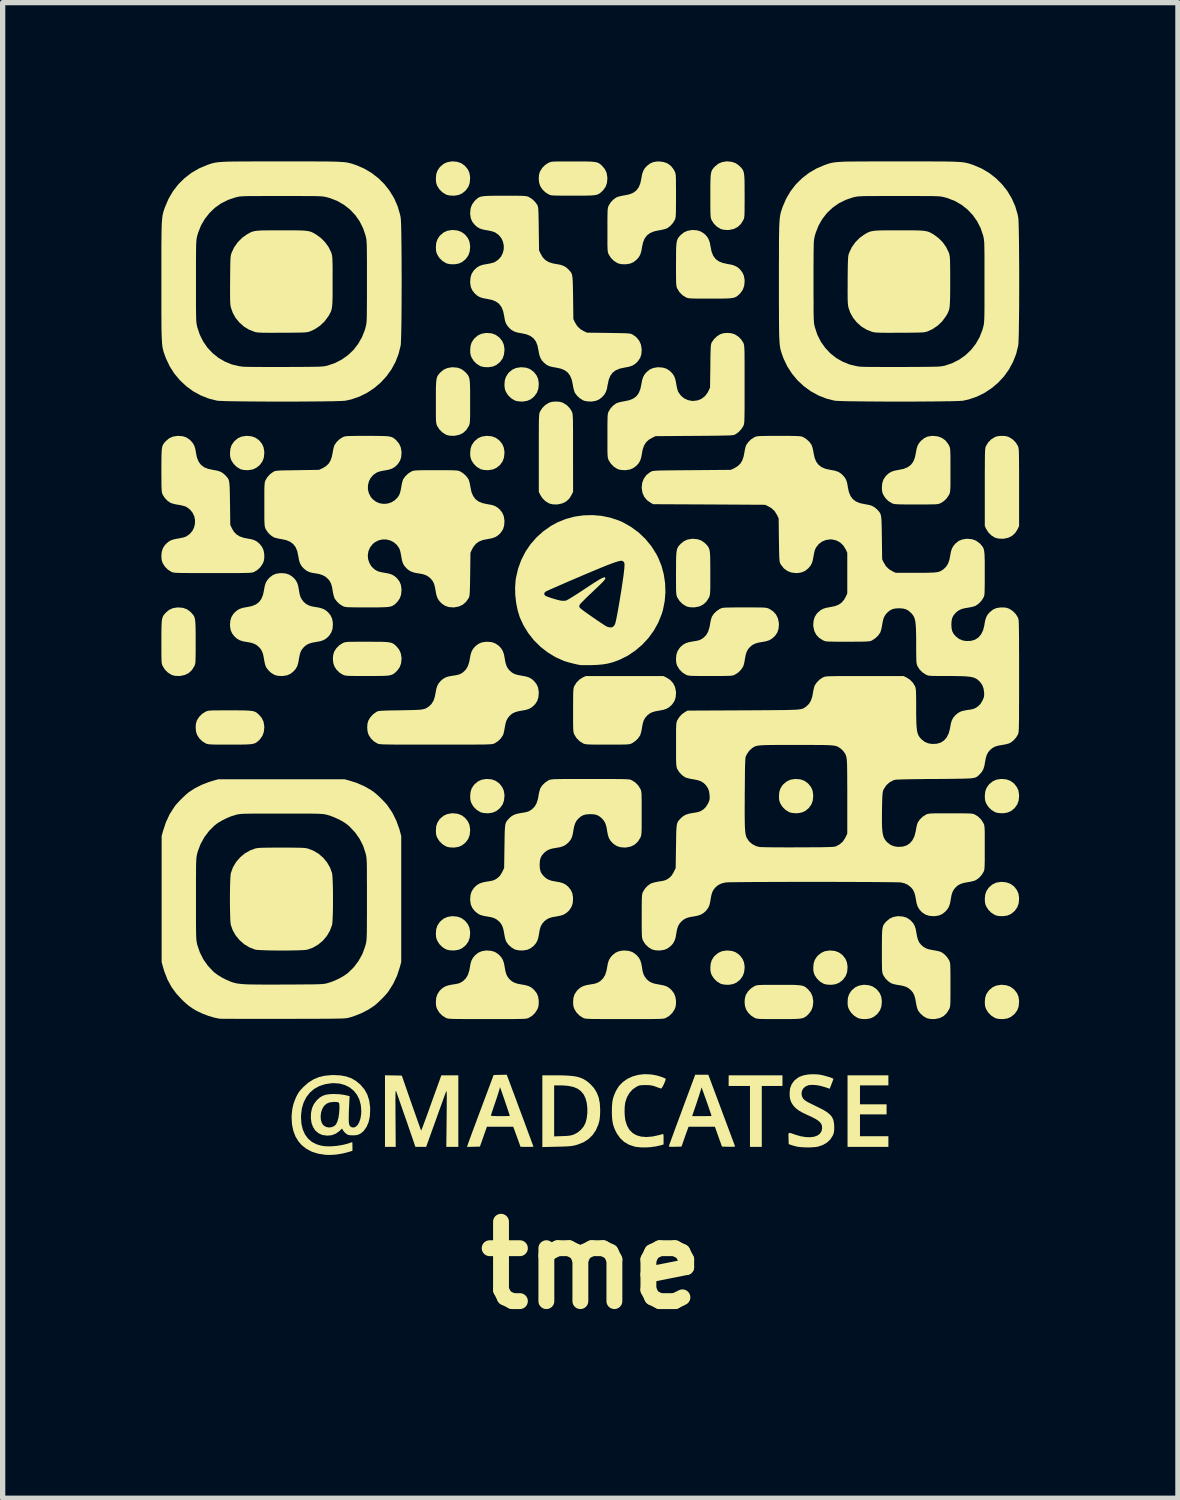
<source format=kicad_pcb>
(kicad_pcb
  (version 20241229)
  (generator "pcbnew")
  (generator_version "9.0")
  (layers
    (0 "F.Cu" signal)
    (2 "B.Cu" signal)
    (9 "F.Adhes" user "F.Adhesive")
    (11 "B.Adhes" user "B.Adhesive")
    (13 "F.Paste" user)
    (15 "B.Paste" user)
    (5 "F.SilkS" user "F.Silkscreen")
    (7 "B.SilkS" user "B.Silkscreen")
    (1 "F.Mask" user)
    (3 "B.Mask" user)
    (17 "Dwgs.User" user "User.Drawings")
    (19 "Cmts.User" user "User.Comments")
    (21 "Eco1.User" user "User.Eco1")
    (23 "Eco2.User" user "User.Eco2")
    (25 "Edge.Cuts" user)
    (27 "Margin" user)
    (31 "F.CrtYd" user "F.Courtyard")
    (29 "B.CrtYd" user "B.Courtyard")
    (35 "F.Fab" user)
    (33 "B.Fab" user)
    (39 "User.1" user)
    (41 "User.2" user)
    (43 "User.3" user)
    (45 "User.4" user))
  (footprint "tme"
    (layer "F.Cu")
    (at 8.133 9.229)
    (property "Reference" "tme" (at 0 11.633 0) (layer "F.SilkS") (effects (font (size 1.5 1.5) (thickness 0.3))))
    (attr board_only exclude_from_pos_files exclude_from_bom)
    (fp_poly (pts (xy 3.605 8.144) (xy 3.605 8.245) (xy 3.41 8.245) (xy 3.214 8.245) (xy 3.214 8.821) (xy 3.214 9.396) (xy 3.102 9.396) (xy 2.991 9.396) (xy 2.991 8.821) (xy 2.991 8.245) (xy 2.789 8.245) (xy 2.588 8.245) (xy 2.588 8.144) (xy 2.588 8.044) (xy 3.097 8.044) (xy 3.605 8.044)) (stroke (width 0) (type solid)) (fill yes) (layer "F.SilkS"))
    (fp_poly (pts (xy 5.607 8.139) (xy 5.607 8.234) (xy 5.338 8.234) (xy 5.07 8.234) (xy 5.07 8.413) (xy 5.07 8.592) (xy 5.321 8.592) (xy 5.573 8.592) (xy 5.573 8.687) (xy 5.573 8.782) (xy 5.321 8.782) (xy 5.07 8.782) (xy 5.07 8.988) (xy 5.07 9.195) (xy 5.338 9.195) (xy 5.607 9.195) (xy 5.607 9.296) (xy 5.607 9.396) (xy 5.221 9.396) (xy 4.835 9.396) (xy 4.835 8.72) (xy 4.835 8.044) (xy 5.221 8.044) (xy 5.607 8.044)) (stroke (width 0) (type solid)) (fill yes) (layer "F.SilkS"))
    (fp_poly (pts (xy -6.428 -4.033) (xy -6.356 -4.007) (xy -6.292 -3.962) (xy -6.275 -3.945) (xy -6.229 -3.887) (xy -6.202 -3.824) (xy -6.189 -3.75) (xy -6.188 -3.717) (xy -6.196 -3.633) (xy -6.222 -3.561) (xy -6.267 -3.498) (xy -6.284 -3.48) (xy -6.343 -3.435) (xy -6.405 -3.407) (xy -6.479 -3.395) (xy -6.512 -3.393) (xy -6.575 -3.397) (xy -6.624 -3.407) (xy -6.646 -3.416) (xy -6.712 -3.457) (xy -6.769 -3.514) (xy -6.81 -3.577) (xy -6.825 -3.618) (xy -6.834 -3.66) (xy -6.836 -3.714) (xy -6.836 -3.717) (xy -6.829 -3.796) (xy -6.808 -3.863) (xy -6.769 -3.922) (xy -6.749 -3.945) (xy -6.688 -3.996) (xy -6.619 -4.027) (xy -6.538 -4.04) (xy -6.512 -4.041)) (stroke (width 0) (type solid)) (fill yes) (layer "F.SilkS"))
    (fp_poly (pts (xy -2.537 -9.22) (xy -2.465 -9.194) (xy -2.402 -9.149) (xy -2.385 -9.132) (xy -2.339 -9.074) (xy -2.311 -9.011) (xy -2.299 -8.938) (xy -2.298 -8.905) (xy -2.306 -8.82) (xy -2.332 -8.748) (xy -2.377 -8.685) (xy -2.394 -8.668) (xy -2.452 -8.622) (xy -2.515 -8.594) (xy -2.588 -8.582) (xy -2.622 -8.581) (xy -2.684 -8.584) (xy -2.733 -8.595) (xy -2.756 -8.604) (xy -2.822 -8.645) (xy -2.879 -8.701) (xy -2.919 -8.765) (xy -2.935 -8.805) (xy -2.943 -8.847) (xy -2.945 -8.901) (xy -2.945 -8.905) (xy -2.939 -8.984) (xy -2.917 -9.05) (xy -2.879 -9.109) (xy -2.859 -9.132) (xy -2.798 -9.183) (xy -2.728 -9.214) (xy -2.648 -9.228) (xy -2.622 -9.229)) (stroke (width 0) (type solid)) (fill yes) (layer "F.SilkS"))
    (fp_poly (pts (xy -2.537 -7.923) (xy -2.465 -7.897) (xy -2.402 -7.852) (xy -2.385 -7.835) (xy -2.339 -7.777) (xy -2.311 -7.714) (xy -2.299 -7.641) (xy -2.298 -7.608) (xy -2.306 -7.524) (xy -2.332 -7.451) (xy -2.377 -7.388) (xy -2.394 -7.371) (xy -2.452 -7.325) (xy -2.515 -7.297) (xy -2.588 -7.285) (xy -2.622 -7.284) (xy -2.684 -7.287) (xy -2.733 -7.298) (xy -2.756 -7.307) (xy -2.822 -7.348) (xy -2.879 -7.405) (xy -2.919 -7.468) (xy -2.935 -7.508) (xy -2.943 -7.55) (xy -2.945 -7.604) (xy -2.945 -7.608) (xy -2.939 -7.687) (xy -2.917 -7.753) (xy -2.879 -7.813) (xy -2.859 -7.835) (xy -2.798 -7.886) (xy -2.728 -7.918) (xy -2.648 -7.931) (xy -2.622 -7.932)) (stroke (width 0) (type solid)) (fill yes) (layer "F.SilkS"))
    (fp_poly (pts (xy -2.537 3.1) (xy -2.465 3.126) (xy -2.402 3.171) (xy -2.385 3.188) (xy -2.339 3.246) (xy -2.311 3.309) (xy -2.299 3.382) (xy -2.298 3.415) (xy -2.306 3.5) (xy -2.332 3.572) (xy -2.377 3.635) (xy -2.394 3.652) (xy -2.452 3.698) (xy -2.515 3.726) (xy -2.588 3.738) (xy -2.622 3.739) (xy -2.684 3.736) (xy -2.733 3.725) (xy -2.756 3.716) (xy -2.822 3.675) (xy -2.879 3.618) (xy -2.919 3.555) (xy -2.935 3.515) (xy -2.943 3.473) (xy -2.945 3.419) (xy -2.945 3.415) (xy -2.939 3.336) (xy -2.917 3.27) (xy -2.879 3.21) (xy -2.859 3.188) (xy -2.798 3.137) (xy -2.728 3.106) (xy -2.648 3.092) (xy -2.622 3.091)) (stroke (width 0) (type solid)) (fill yes) (layer "F.SilkS"))
    (fp_poly (pts (xy -2.537 5.045) (xy -2.465 5.071) (xy -2.402 5.116) (xy -2.385 5.133) (xy -2.339 5.191) (xy -2.311 5.254) (xy -2.299 5.327) (xy -2.298 5.361) (xy -2.306 5.445) (xy -2.332 5.517) (xy -2.377 5.58) (xy -2.394 5.598) (xy -2.452 5.643) (xy -2.515 5.671) (xy -2.588 5.683) (xy -2.622 5.684) (xy -2.684 5.681) (xy -2.733 5.67) (xy -2.756 5.662) (xy -2.822 5.621) (xy -2.879 5.564) (xy -2.919 5.5) (xy -2.935 5.46) (xy -2.943 5.418) (xy -2.945 5.364) (xy -2.945 5.361) (xy -2.939 5.282) (xy -2.917 5.215) (xy -2.879 5.156) (xy -2.859 5.133) (xy -2.798 5.082) (xy -2.728 5.051) (xy -2.648 5.037) (xy -2.622 5.037)) (stroke (width 0) (type solid)) (fill yes) (layer "F.SilkS"))
    (fp_poly (pts (xy -1.889 -5.978) (xy -1.817 -5.952) (xy -1.754 -5.907) (xy -1.736 -5.89) (xy -1.691 -5.832) (xy -1.663 -5.769) (xy -1.65 -5.696) (xy -1.649 -5.662) (xy -1.658 -5.578) (xy -1.683 -5.506) (xy -1.728 -5.443) (xy -1.745 -5.426) (xy -1.804 -5.38) (xy -1.867 -5.352) (xy -1.94 -5.34) (xy -1.973 -5.339) (xy -2.036 -5.342) (xy -2.085 -5.353) (xy -2.107 -5.361) (xy -2.174 -5.402) (xy -2.231 -5.459) (xy -2.271 -5.523) (xy -2.286 -5.563) (xy -2.295 -5.605) (xy -2.297 -5.659) (xy -2.297 -5.662) (xy -2.29 -5.742) (xy -2.269 -5.808) (xy -2.23 -5.867) (xy -2.21 -5.89) (xy -2.149 -5.941) (xy -2.08 -5.972) (xy -2 -5.986) (xy -1.973 -5.986)) (stroke (width 0) (type solid)) (fill yes) (layer "F.SilkS"))
    (fp_poly (pts (xy -1.889 -4.033) (xy -1.817 -4.007) (xy -1.754 -3.962) (xy -1.736 -3.945) (xy -1.691 -3.887) (xy -1.663 -3.824) (xy -1.65 -3.75) (xy -1.649 -3.717) (xy -1.658 -3.633) (xy -1.683 -3.561) (xy -1.728 -3.498) (xy -1.745 -3.48) (xy -1.804 -3.435) (xy -1.867 -3.407) (xy -1.94 -3.395) (xy -1.973 -3.393) (xy -2.036 -3.397) (xy -2.085 -3.407) (xy -2.107 -3.416) (xy -2.174 -3.457) (xy -2.231 -3.514) (xy -2.271 -3.577) (xy -2.286 -3.618) (xy -2.295 -3.66) (xy -2.297 -3.714) (xy -2.297 -3.717) (xy -2.29 -3.796) (xy -2.269 -3.863) (xy -2.23 -3.922) (xy -2.21 -3.945) (xy -2.149 -3.996) (xy -2.08 -4.027) (xy -2 -4.04) (xy -1.973 -4.041)) (stroke (width 0) (type solid)) (fill yes) (layer "F.SilkS"))
    (fp_poly (pts (xy -1.889 2.451) (xy -1.817 2.477) (xy -1.754 2.522) (xy -1.736 2.539) (xy -1.691 2.598) (xy -1.663 2.66) (xy -1.65 2.734) (xy -1.649 2.767) (xy -1.658 2.851) (xy -1.683 2.923) (xy -1.728 2.986) (xy -1.745 3.004) (xy -1.804 3.05) (xy -1.867 3.077) (xy -1.94 3.09) (xy -1.973 3.091) (xy -2.036 3.087) (xy -2.085 3.077) (xy -2.107 3.068) (xy -2.174 3.027) (xy -2.231 2.97) (xy -2.271 2.907) (xy -2.286 2.866) (xy -2.295 2.824) (xy -2.297 2.77) (xy -2.297 2.767) (xy -2.29 2.688) (xy -2.269 2.622) (xy -2.23 2.562) (xy -2.21 2.539) (xy -2.149 2.489) (xy -2.08 2.457) (xy -2 2.444) (xy -1.973 2.443)) (stroke (width 0) (type solid)) (fill yes) (layer "F.SilkS"))
    (fp_poly (pts (xy -1.24 -5.33) (xy -1.168 -5.304) (xy -1.105 -5.259) (xy -1.088 -5.242) (xy -1.042 -5.183) (xy -1.014 -5.121) (xy -1.002 -5.047) (xy -1.001 -5.014) (xy -1.009 -4.93) (xy -1.035 -4.858) (xy -1.08 -4.795) (xy -1.097 -4.777) (xy -1.155 -4.731) (xy -1.218 -4.704) (xy -1.291 -4.691) (xy -1.325 -4.69) (xy -1.387 -4.694) (xy -1.436 -4.704) (xy -1.459 -4.713) (xy -1.525 -4.754) (xy -1.582 -4.811) (xy -1.622 -4.874) (xy -1.638 -4.915) (xy -1.646 -4.957) (xy -1.649 -5.011) (xy -1.649 -5.014) (xy -1.642 -5.093) (xy -1.62 -5.159) (xy -1.582 -5.219) (xy -1.562 -5.242) (xy -1.501 -5.292) (xy -1.432 -5.324) (xy -1.351 -5.337) (xy -1.325 -5.338)) (stroke (width 0) (type solid)) (fill yes) (layer "F.SilkS"))
    (fp_poly (pts (xy 2.65 5.693) (xy 2.722 5.719) (xy 2.785 5.764) (xy 2.803 5.781) (xy 2.848 5.84) (xy 2.876 5.903) (xy 2.889 5.976) (xy 2.89 6.009) (xy 2.881 6.093) (xy 2.855 6.165) (xy 2.811 6.228) (xy 2.793 6.246) (xy 2.735 6.292) (xy 2.672 6.319) (xy 2.599 6.332) (xy 2.566 6.333) (xy 2.503 6.329) (xy 2.454 6.319) (xy 2.432 6.31) (xy 2.365 6.269) (xy 2.308 6.212) (xy 2.268 6.149) (xy 2.252 6.108) (xy 2.244 6.066) (xy 2.242 6.012) (xy 2.242 6.009) (xy 2.249 5.93) (xy 2.27 5.864) (xy 2.308 5.804) (xy 2.329 5.781) (xy 2.39 5.731) (xy 2.459 5.699) (xy 2.539 5.686) (xy 2.566 5.685)) (stroke (width 0) (type solid)) (fill yes) (layer "F.SilkS"))
    (fp_poly (pts (xy 3.947 2.451) (xy 4.019 2.477) (xy 4.082 2.522) (xy 4.099 2.539) (xy 4.145 2.598) (xy 4.173 2.66) (xy 4.185 2.734) (xy 4.186 2.767) (xy 4.178 2.851) (xy 4.152 2.923) (xy 4.108 2.986) (xy 4.09 3.004) (xy 4.032 3.05) (xy 3.969 3.077) (xy 3.896 3.09) (xy 3.863 3.091) (xy 3.8 3.087) (xy 3.751 3.077) (xy 3.728 3.068) (xy 3.662 3.027) (xy 3.605 2.97) (xy 3.565 2.907) (xy 3.549 2.866) (xy 3.541 2.824) (xy 3.539 2.77) (xy 3.539 2.767) (xy 3.545 2.688) (xy 3.567 2.622) (xy 3.605 2.562) (xy 3.626 2.539) (xy 3.687 2.489) (xy 3.756 2.457) (xy 3.836 2.444) (xy 3.863 2.443)) (stroke (width 0) (type solid)) (fill yes) (layer "F.SilkS"))
    (fp_poly (pts (xy 4.595 5.693) (xy 4.667 5.719) (xy 4.731 5.764) (xy 4.748 5.781) (xy 4.794 5.84) (xy 4.821 5.903) (xy 4.834 5.976) (xy 4.835 6.009) (xy 4.827 6.093) (xy 4.801 6.165) (xy 4.756 6.228) (xy 4.739 6.246) (xy 4.68 6.292) (xy 4.618 6.319) (xy 4.544 6.332) (xy 4.511 6.333) (xy 4.448 6.329) (xy 4.399 6.319) (xy 4.377 6.31) (xy 4.311 6.269) (xy 4.254 6.212) (xy 4.213 6.149) (xy 4.198 6.108) (xy 4.189 6.066) (xy 4.187 6.012) (xy 4.187 6.009) (xy 4.194 5.93) (xy 4.215 5.864) (xy 4.254 5.804) (xy 4.274 5.781) (xy 4.335 5.731) (xy 4.404 5.699) (xy 4.485 5.686) (xy 4.511 5.685)) (stroke (width 0) (type solid)) (fill yes) (layer "F.SilkS"))
    (fp_poly (pts (xy 5.244 6.342) (xy 5.316 6.368) (xy 5.379 6.413) (xy 5.396 6.43) (xy 5.442 6.488) (xy 5.47 6.551) (xy 5.482 6.624) (xy 5.483 6.657) (xy 5.475 6.742) (xy 5.449 6.814) (xy 5.404 6.877) (xy 5.387 6.894) (xy 5.329 6.94) (xy 5.266 6.968) (xy 5.193 6.98) (xy 5.159 6.981) (xy 5.097 6.978) (xy 5.048 6.967) (xy 5.025 6.958) (xy 4.959 6.917) (xy 4.902 6.86) (xy 4.862 6.797) (xy 4.846 6.757) (xy 4.838 6.715) (xy 4.836 6.661) (xy 4.836 6.657) (xy 4.842 6.578) (xy 4.864 6.512) (xy 4.902 6.453) (xy 4.922 6.43) (xy 4.983 6.379) (xy 5.053 6.348) (xy 5.133 6.334) (xy 5.159 6.333)) (stroke (width 0) (type solid)) (fill yes) (layer "F.SilkS"))
    (fp_poly (pts (xy 7.837 2.451) (xy 7.91 2.477) (xy 7.973 2.522) (xy 7.99 2.539) (xy 8.036 2.598) (xy 8.064 2.66) (xy 8.076 2.734) (xy 8.077 2.767) (xy 8.069 2.851) (xy 8.043 2.923) (xy 7.998 2.986) (xy 7.981 3.004) (xy 7.923 3.05) (xy 7.86 3.077) (xy 7.787 3.09) (xy 7.753 3.091) (xy 7.691 3.087) (xy 7.642 3.077) (xy 7.619 3.068) (xy 7.553 3.027) (xy 7.496 2.97) (xy 7.456 2.907) (xy 7.44 2.866) (xy 7.432 2.824) (xy 7.429 2.77) (xy 7.429 2.767) (xy 7.436 2.688) (xy 7.457 2.622) (xy 7.496 2.562) (xy 7.516 2.539) (xy 7.577 2.489) (xy 7.646 2.457) (xy 7.727 2.444) (xy 7.753 2.443)) (stroke (width 0) (type solid)) (fill yes) (layer "F.SilkS"))
    (fp_poly (pts (xy 7.837 4.397) (xy 7.91 4.423) (xy 7.973 4.467) (xy 7.99 4.484) (xy 8.036 4.543) (xy 8.064 4.606) (xy 8.076 4.679) (xy 8.077 4.712) (xy 8.069 4.796) (xy 8.043 4.868) (xy 7.998 4.932) (xy 7.981 4.949) (xy 7.923 4.995) (xy 7.86 5.023) (xy 7.787 5.035) (xy 7.753 5.036) (xy 7.691 5.033) (xy 7.642 5.022) (xy 7.619 5.013) (xy 7.553 4.972) (xy 7.496 4.915) (xy 7.456 4.852) (xy 7.44 4.812) (xy 7.432 4.769) (xy 7.429 4.716) (xy 7.429 4.712) (xy 7.436 4.633) (xy 7.457 4.567) (xy 7.496 4.507) (xy 7.516 4.484) (xy 7.577 4.434) (xy 7.646 4.402) (xy 7.727 4.389) (xy 7.753 4.388)) (stroke (width 0) (type solid)) (fill yes) (layer "F.SilkS"))
    (fp_poly (pts (xy 7.837 6.342) (xy 7.91 6.368) (xy 7.973 6.413) (xy 7.99 6.43) (xy 8.036 6.488) (xy 8.064 6.551) (xy 8.076 6.624) (xy 8.077 6.657) (xy 8.069 6.742) (xy 8.043 6.814) (xy 7.998 6.877) (xy 7.981 6.894) (xy 7.923 6.94) (xy 7.86 6.968) (xy 7.787 6.98) (xy 7.753 6.981) (xy 7.691 6.978) (xy 7.642 6.967) (xy 7.619 6.958) (xy 7.553 6.917) (xy 7.496 6.86) (xy 7.456 6.797) (xy 7.44 6.757) (xy 7.432 6.715) (xy 7.429 6.661) (xy 7.429 6.657) (xy 7.436 6.578) (xy 7.457 6.512) (xy 7.496 6.453) (xy 7.516 6.43) (xy 7.577 6.379) (xy 7.646 6.348) (xy 7.727 6.334) (xy 7.753 6.333)) (stroke (width 0) (type solid)) (fill yes) (layer "F.SilkS"))
    (fp_poly (pts (xy -0.621 -4.687) (xy -0.578 -4.679) (xy -0.538 -4.664) (xy -0.537 -4.663) (xy -0.47 -4.621) (xy -0.414 -4.563) (xy -0.375 -4.5) (xy -0.371 -4.489) (xy -0.367 -4.478) (xy -0.364 -4.464) (xy -0.361 -4.446) (xy -0.359 -4.421) (xy -0.357 -4.39) (xy -0.355 -4.348) (xy -0.354 -4.296) (xy -0.354 -4.231) (xy -0.353 -4.152) (xy -0.353 -4.056) (xy -0.353 -3.942) (xy -0.353 -3.809) (xy -0.353 -3.717) (xy -0.352 -2.985) (xy -0.379 -2.929) (xy -0.424 -2.856) (xy -0.484 -2.801) (xy -0.555 -2.765) (xy -0.638 -2.747) (xy -0.676 -2.745) (xy -0.739 -2.748) (xy -0.788 -2.759) (xy -0.811 -2.768) (xy -0.877 -2.809) (xy -0.934 -2.866) (xy -0.974 -2.929) (xy -1 -2.985) (xy -1 -3.717) (xy -1 -3.863) (xy -1 -3.989) (xy -1 -4.095) (xy -0.999 -4.184) (xy -0.999 -4.258) (xy -0.998 -4.318) (xy -0.997 -4.366) (xy -0.995 -4.403) (xy -0.993 -4.432) (xy -0.991 -4.453) (xy -0.988 -4.47) (xy -0.984 -4.482) (xy -0.98 -4.493) (xy -0.977 -4.5) (xy -0.936 -4.566) (xy -0.879 -4.623) (xy -0.816 -4.663) (xy -0.775 -4.679) (xy -0.733 -4.687) (xy -0.678 -4.69) (xy -0.676 -4.69)) (stroke (width 0) (type solid)) (fill yes) (layer "F.SilkS"))
    (fp_poly (pts (xy 7.808 -4.039) (xy 7.851 -4.031) (xy 7.891 -4.015) (xy 7.893 -4.015) (xy 7.959 -3.972) (xy 8.015 -3.915) (xy 8.054 -3.851) (xy 8.059 -3.841) (xy 8.062 -3.829) (xy 8.066 -3.815) (xy 8.068 -3.797) (xy 8.071 -3.773) (xy 8.073 -3.741) (xy 8.074 -3.7) (xy 8.075 -3.648) (xy 8.076 -3.583) (xy 8.076 -3.503) (xy 8.077 -3.408) (xy 8.077 -3.294) (xy 8.077 -3.161) (xy 8.077 -3.069) (xy 8.077 -2.337) (xy 8.051 -2.281) (xy 8.005 -2.208) (xy 7.946 -2.153) (xy 7.874 -2.116) (xy 7.791 -2.098) (xy 7.753 -2.097) (xy 7.691 -2.1) (xy 7.642 -2.111) (xy 7.619 -2.119) (xy 7.553 -2.16) (xy 7.496 -2.217) (xy 7.456 -2.281) (xy 7.429 -2.337) (xy 7.429 -3.069) (xy 7.429 -3.215) (xy 7.429 -3.34) (xy 7.43 -3.447) (xy 7.43 -3.536) (xy 7.431 -3.61) (xy 7.431 -3.669) (xy 7.433 -3.717) (xy 7.434 -3.754) (xy 7.436 -3.783) (xy 7.439 -3.805) (xy 7.442 -3.821) (xy 7.445 -3.834) (xy 7.449 -3.845) (xy 7.452 -3.851) (xy 7.493 -3.918) (xy 7.55 -3.975) (xy 7.613 -4.015) (xy 7.654 -4.031) (xy 7.697 -4.039) (xy 7.751 -4.041) (xy 7.753 -4.041)) (stroke (width 0) (type solid)) (fill yes) (layer "F.SilkS"))
    (fp_poly (pts (xy -6.836 1.146) (xy -6.723 1.146) (xy -6.629 1.147) (xy -6.553 1.148) (xy -6.492 1.151) (xy -6.444 1.155) (xy -6.406 1.16) (xy -6.375 1.169) (xy -6.351 1.179) (xy -6.329 1.193) (xy -6.309 1.211) (xy -6.286 1.232) (xy -6.284 1.233) (xy -6.234 1.294) (xy -6.202 1.363) (xy -6.189 1.444) (xy -6.188 1.47) (xy -6.197 1.554) (xy -6.223 1.627) (xy -6.267 1.69) (xy -6.284 1.707) (xy -6.307 1.728) (xy -6.328 1.746) (xy -6.349 1.76) (xy -6.374 1.771) (xy -6.403 1.779) (xy -6.441 1.785) (xy -6.488 1.789) (xy -6.548 1.792) (xy -6.623 1.793) (xy -6.716 1.794) (xy -6.828 1.794) (xy -6.836 1.794) (xy -6.943 1.794) (xy -7.03 1.794) (xy -7.099 1.793) (xy -7.154 1.792) (xy -7.195 1.79) (xy -7.226 1.788) (xy -7.25 1.785) (xy -7.268 1.781) (xy -7.283 1.776) (xy -7.295 1.771) (xy -7.361 1.73) (xy -7.418 1.673) (xy -7.458 1.61) (xy -7.478 1.548) (xy -7.485 1.476) (xy -7.481 1.404) (xy -7.464 1.341) (xy -7.462 1.336) (xy -7.42 1.27) (xy -7.364 1.213) (xy -7.3 1.173) (xy -7.285 1.166) (xy -7.271 1.16) (xy -7.255 1.156) (xy -7.234 1.152) (xy -7.207 1.15) (xy -7.17 1.148) (xy -7.122 1.147) (xy -7.059 1.147) (xy -6.981 1.146) (xy -6.883 1.146)) (stroke (width 0) (type solid)) (fill yes) (layer "F.SilkS"))
    (fp_poly (pts (xy -4.243 -0.151) (xy -4.129 -0.15) (xy -4.035 -0.15) (xy -3.959 -0.149) (xy -3.898 -0.146) (xy -3.85 -0.142) (xy -3.812 -0.136) (xy -3.782 -0.128) (xy -3.757 -0.117) (xy -3.736 -0.104) (xy -3.715 -0.086) (xy -3.692 -0.065) (xy -3.691 -0.064) (xy -3.64 -0.003) (xy -3.609 0.067) (xy -3.595 0.147) (xy -3.594 0.173) (xy -3.603 0.258) (xy -3.629 0.33) (xy -3.674 0.393) (xy -3.691 0.41) (xy -3.713 0.432) (xy -3.734 0.449) (xy -3.756 0.463) (xy -3.78 0.474) (xy -3.81 0.483) (xy -3.847 0.489) (xy -3.895 0.493) (xy -3.955 0.495) (xy -4.03 0.496) (xy -4.122 0.497) (xy -4.235 0.497) (xy -4.243 0.497) (xy -4.349 0.497) (xy -4.436 0.497) (xy -4.506 0.496) (xy -4.56 0.495) (xy -4.601 0.494) (xy -4.633 0.491) (xy -4.656 0.488) (xy -4.674 0.484) (xy -4.689 0.479) (xy -4.701 0.474) (xy -4.767 0.433) (xy -4.824 0.376) (xy -4.864 0.313) (xy -4.884 0.251) (xy -4.892 0.179) (xy -4.887 0.108) (xy -4.87 0.044) (xy -4.868 0.039) (xy -4.827 -0.027) (xy -4.77 -0.084) (xy -4.707 -0.124) (xy -4.692 -0.131) (xy -4.677 -0.137) (xy -4.661 -0.141) (xy -4.64 -0.144) (xy -4.613 -0.147) (xy -4.576 -0.149) (xy -4.528 -0.15) (xy -4.466 -0.15) (xy -4.387 -0.151) (xy -4.289 -0.151)) (stroke (width 0) (type solid)) (fill yes) (layer "F.SilkS"))
    (fp_poly (pts (xy -0.352 -9.228) (xy -0.239 -9.228) (xy -0.145 -9.228) (xy -0.069 -9.226) (xy -0.008 -9.224) (xy 0.041 -9.22) (xy 0.079 -9.214) (xy 0.109 -9.206) (xy 0.133 -9.195) (xy 0.155 -9.181) (xy 0.176 -9.164) (xy 0.198 -9.143) (xy 0.2 -9.141) (xy 0.25 -9.08) (xy 0.282 -9.011) (xy 0.295 -8.931) (xy 0.296 -8.905) (xy 0.288 -8.82) (xy 0.262 -8.748) (xy 0.217 -8.685) (xy 0.2 -8.668) (xy 0.177 -8.646) (xy 0.156 -8.629) (xy 0.135 -8.615) (xy 0.11 -8.604) (xy 0.081 -8.595) (xy 0.043 -8.589) (xy -0.004 -8.585) (xy -0.064 -8.583) (xy -0.139 -8.581) (xy -0.232 -8.581) (xy -0.344 -8.581) (xy -0.352 -8.581) (xy -0.459 -8.581) (xy -0.546 -8.581) (xy -0.615 -8.582) (xy -0.669 -8.583) (xy -0.711 -8.584) (xy -0.742 -8.586) (xy -0.766 -8.589) (xy -0.784 -8.593) (xy -0.798 -8.598) (xy -0.811 -8.604) (xy -0.877 -8.645) (xy -0.934 -8.701) (xy -0.974 -8.765) (xy -0.994 -8.827) (xy -1.001 -8.898) (xy -0.997 -8.97) (xy -0.98 -9.033) (xy -0.977 -9.039) (xy -0.936 -9.105) (xy -0.879 -9.162) (xy -0.816 -9.202) (xy -0.801 -9.209) (xy -0.787 -9.214) (xy -0.77 -9.219) (xy -0.75 -9.222) (xy -0.722 -9.225) (xy -0.686 -9.226) (xy -0.638 -9.228) (xy -0.575 -9.228) (xy -0.497 -9.228) (xy -0.399 -9.228)) (stroke (width 0) (type solid)) (fill yes) (layer "F.SilkS"))
    (fp_poly (pts (xy 3.538 6.334) (xy 3.652 6.334) (xy 3.746 6.334) (xy 3.822 6.335) (xy 3.883 6.338) (xy 3.931 6.342) (xy 3.969 6.348) (xy 3.999 6.356) (xy 4.024 6.367) (xy 4.045 6.381) (xy 4.066 6.398) (xy 4.089 6.419) (xy 4.09 6.42) (xy 4.141 6.482) (xy 4.172 6.551) (xy 4.186 6.631) (xy 4.187 6.657) (xy 4.178 6.742) (xy 4.152 6.814) (xy 4.107 6.877) (xy 4.09 6.894) (xy 4.068 6.916) (xy 4.047 6.933) (xy 4.025 6.947) (xy 4.001 6.958) (xy 3.971 6.967) (xy 3.934 6.973) (xy 3.886 6.977) (xy 3.826 6.979) (xy 3.751 6.981) (xy 3.659 6.981) (xy 3.546 6.981) (xy 3.538 6.981) (xy 3.432 6.981) (xy 3.345 6.981) (xy 3.275 6.98) (xy 3.221 6.979) (xy 3.179 6.978) (xy 3.148 6.975) (xy 3.125 6.972) (xy 3.107 6.969) (xy 3.092 6.964) (xy 3.08 6.958) (xy 3.014 6.917) (xy 2.957 6.86) (xy 2.917 6.797) (xy 2.897 6.735) (xy 2.889 6.664) (xy 2.894 6.592) (xy 2.911 6.529) (xy 2.913 6.523) (xy 2.954 6.457) (xy 3.011 6.4) (xy 3.074 6.36) (xy 3.089 6.353) (xy 3.104 6.347) (xy 3.12 6.343) (xy 3.141 6.34) (xy 3.168 6.337) (xy 3.205 6.336) (xy 3.253 6.334) (xy 3.315 6.334) (xy 3.394 6.334) (xy 3.492 6.334)) (stroke (width 0) (type solid)) (fill yes) (layer "F.SilkS"))
    (fp_poly (pts (xy -7.725 -0.791) (xy -7.652 -0.765) (xy -7.589 -0.72) (xy -7.572 -0.703) (xy -7.551 -0.68) (xy -7.533 -0.659) (xy -7.519 -0.638) (xy -7.508 -0.614) (xy -7.5 -0.584) (xy -7.494 -0.546) (xy -7.49 -0.499) (xy -7.487 -0.439) (xy -7.486 -0.364) (xy -7.485 -0.271) (xy -7.485 -0.159) (xy -7.485 -0.151) (xy -7.485 -0.045) (xy -7.485 0.042) (xy -7.486 0.11) (xy -7.487 0.164) (xy -7.488 0.205) (xy -7.49 0.236) (xy -7.493 0.259) (xy -7.497 0.277) (xy -7.502 0.292) (xy -7.508 0.307) (xy -7.511 0.313) (xy -7.557 0.386) (xy -7.616 0.441) (xy -7.688 0.477) (xy -7.771 0.495) (xy -7.809 0.497) (xy -7.871 0.494) (xy -7.92 0.483) (xy -7.943 0.474) (xy -8.009 0.433) (xy -8.066 0.376) (xy -8.106 0.313) (xy -8.113 0.298) (xy -8.119 0.284) (xy -8.123 0.267) (xy -8.127 0.247) (xy -8.129 0.219) (xy -8.131 0.183) (xy -8.132 0.135) (xy -8.133 0.072) (xy -8.133 -0.007) (xy -8.133 -0.104) (xy -8.133 -0.151) (xy -8.133 -0.265) (xy -8.132 -0.358) (xy -8.131 -0.434) (xy -8.128 -0.495) (xy -8.125 -0.544) (xy -8.119 -0.582) (xy -8.11 -0.612) (xy -8.1 -0.636) (xy -8.086 -0.658) (xy -8.068 -0.679) (xy -8.047 -0.701) (xy -8.046 -0.703) (xy -7.985 -0.754) (xy -7.916 -0.785) (xy -7.835 -0.798) (xy -7.809 -0.799)) (stroke (width 0) (type solid)) (fill yes) (layer "F.SilkS"))
    (fp_poly (pts (xy -2.537 -5.33) (xy -2.465 -5.304) (xy -2.402 -5.259) (xy -2.385 -5.242) (xy -2.363 -5.219) (xy -2.346 -5.198) (xy -2.332 -5.177) (xy -2.321 -5.152) (xy -2.312 -5.123) (xy -2.306 -5.085) (xy -2.302 -5.038) (xy -2.3 -4.978) (xy -2.298 -4.903) (xy -2.298 -4.81) (xy -2.298 -4.698) (xy -2.298 -4.69) (xy -2.298 -4.584) (xy -2.298 -4.497) (xy -2.298 -4.428) (xy -2.299 -4.375) (xy -2.301 -4.334) (xy -2.303 -4.303) (xy -2.306 -4.279) (xy -2.31 -4.262) (xy -2.315 -4.247) (xy -2.321 -4.232) (xy -2.324 -4.226) (xy -2.37 -4.153) (xy -2.429 -4.098) (xy -2.5 -4.062) (xy -2.584 -4.044) (xy -2.622 -4.042) (xy -2.684 -4.045) (xy -2.733 -4.056) (xy -2.756 -4.065) (xy -2.822 -4.106) (xy -2.879 -4.163) (xy -2.919 -4.226) (xy -2.926 -4.241) (xy -2.932 -4.255) (xy -2.936 -4.272) (xy -2.939 -4.292) (xy -2.942 -4.32) (xy -2.944 -4.356) (xy -2.945 -4.404) (xy -2.945 -4.467) (xy -2.945 -4.545) (xy -2.945 -4.643) (xy -2.945 -4.69) (xy -2.945 -4.803) (xy -2.945 -4.897) (xy -2.944 -4.973) (xy -2.941 -5.034) (xy -2.937 -5.083) (xy -2.931 -5.121) (xy -2.923 -5.151) (xy -2.912 -5.175) (xy -2.898 -5.197) (xy -2.881 -5.218) (xy -2.86 -5.24) (xy -2.859 -5.242) (xy -2.798 -5.292) (xy -2.728 -5.324) (xy -2.648 -5.337) (xy -2.622 -5.338)) (stroke (width 0) (type solid)) (fill yes) (layer "F.SilkS"))
    (fp_poly (pts (xy 2.002 -2.088) (xy 2.074 -2.062) (xy 2.137 -2.017) (xy 2.154 -2) (xy 2.176 -1.977) (xy 2.193 -1.956) (xy 2.207 -1.935) (xy 2.218 -1.91) (xy 2.227 -1.881) (xy 2.233 -1.843) (xy 2.237 -1.796) (xy 2.239 -1.736) (xy 2.24 -1.661) (xy 2.241 -1.568) (xy 2.241 -1.456) (xy 2.241 -1.448) (xy 2.241 -1.342) (xy 2.241 -1.255) (xy 2.241 -1.186) (xy 2.24 -1.133) (xy 2.238 -1.091) (xy 2.236 -1.061) (xy 2.233 -1.037) (xy 2.229 -1.02) (xy 2.224 -1.005) (xy 2.218 -0.99) (xy 2.215 -0.984) (xy 2.169 -0.911) (xy 2.11 -0.856) (xy 2.038 -0.819) (xy 1.955 -0.802) (xy 1.917 -0.8) (xy 1.855 -0.803) (xy 1.806 -0.814) (xy 1.783 -0.823) (xy 1.717 -0.864) (xy 1.66 -0.921) (xy 1.62 -0.984) (xy 1.613 -0.999) (xy 1.607 -1.013) (xy 1.603 -1.029) (xy 1.6 -1.05) (xy 1.597 -1.078) (xy 1.595 -1.114) (xy 1.594 -1.162) (xy 1.594 -1.225) (xy 1.593 -1.303) (xy 1.593 -1.401) (xy 1.593 -1.448) (xy 1.594 -1.561) (xy 1.594 -1.655) (xy 1.595 -1.731) (xy 1.598 -1.792) (xy 1.602 -1.841) (xy 1.608 -1.879) (xy 1.616 -1.909) (xy 1.627 -1.933) (xy 1.64 -1.955) (xy 1.658 -1.976) (xy 1.679 -1.998) (xy 1.68 -2) (xy 1.741 -2.05) (xy 1.811 -2.082) (xy 1.891 -2.095) (xy 1.917 -2.096)) (stroke (width 0) (type solid)) (fill yes) (layer "F.SilkS"))
    (fp_poly (pts (xy 2.65 -9.22) (xy 2.722 -9.194) (xy 2.785 -9.149) (xy 2.803 -9.132) (xy 2.824 -9.109) (xy 2.842 -9.089) (xy 2.856 -9.067) (xy 2.867 -9.043) (xy 2.875 -9.013) (xy 2.881 -8.976) (xy 2.885 -8.928) (xy 2.888 -8.868) (xy 2.889 -8.793) (xy 2.889 -8.701) (xy 2.89 -8.588) (xy 2.89 -8.58) (xy 2.89 -8.474) (xy 2.889 -8.388) (xy 2.889 -8.319) (xy 2.888 -8.265) (xy 2.887 -8.224) (xy 2.885 -8.193) (xy 2.882 -8.17) (xy 2.878 -8.152) (xy 2.873 -8.137) (xy 2.866 -8.123) (xy 2.863 -8.116) (xy 2.818 -8.044) (xy 2.758 -7.989) (xy 2.687 -7.952) (xy 2.604 -7.934) (xy 2.566 -7.932) (xy 2.503 -7.936) (xy 2.454 -7.946) (xy 2.432 -7.955) (xy 2.365 -7.996) (xy 2.308 -8.053) (xy 2.268 -8.116) (xy 2.261 -8.131) (xy 2.256 -8.146) (xy 2.251 -8.162) (xy 2.248 -8.183) (xy 2.246 -8.21) (xy 2.244 -8.247) (xy 2.243 -8.295) (xy 2.242 -8.357) (xy 2.242 -8.436) (xy 2.242 -8.534) (xy 2.242 -8.58) (xy 2.242 -8.694) (xy 2.242 -8.788) (xy 2.244 -8.864) (xy 2.246 -8.925) (xy 2.25 -8.973) (xy 2.256 -9.011) (xy 2.264 -9.041) (xy 2.275 -9.066) (xy 2.289 -9.087) (xy 2.306 -9.108) (xy 2.327 -9.131) (xy 2.329 -9.132) (xy 2.39 -9.183) (xy 2.459 -9.214) (xy 2.539 -9.228) (xy 2.566 -9.229)) (stroke (width 0) (type solid)) (fill yes) (layer "F.SilkS"))
    (fp_poly (pts (xy -0.546 8.045) (xy -0.441 8.05) (xy -0.352 8.058) (xy -0.276 8.071) (xy -0.212 8.09) (xy -0.155 8.115) (xy -0.102 8.147) (xy -0.051 8.187) (xy -0.025 8.211) (xy 0.044 8.286) (xy 0.095 8.37) (xy 0.132 8.464) (xy 0.153 8.571) (xy 0.16 8.693) (xy 0.159 8.748) (xy 0.156 8.816) (xy 0.15 8.87) (xy 0.142 8.915) (xy 0.129 8.96) (xy 0.124 8.976) (xy 0.078 9.083) (xy 0.016 9.173) (xy -0.06 9.248) (xy -0.153 9.308) (xy -0.263 9.352) (xy -0.304 9.364) (xy -0.337 9.372) (xy -0.371 9.378) (xy -0.412 9.383) (xy -0.461 9.387) (xy -0.524 9.389) (xy -0.603 9.392) (xy -0.662 9.393) (xy -0.933 9.4) (xy -0.933 8.722) (xy -0.933 8.716) (xy -0.71 8.716) (xy -0.71 9.198) (xy -0.556 9.193) (xy -0.488 9.19) (xy -0.436 9.186) (xy -0.396 9.18) (xy -0.362 9.171) (xy -0.336 9.162) (xy -0.267 9.125) (xy -0.204 9.073) (xy -0.152 9.01) (xy -0.118 8.944) (xy -0.095 8.858) (xy -0.083 8.76) (xy -0.083 8.66) (xy -0.094 8.563) (xy -0.117 8.478) (xy -0.118 8.476) (xy -0.154 8.402) (xy -0.204 8.343) (xy -0.268 8.296) (xy -0.348 8.263) (xy -0.445 8.243) (xy -0.56 8.234) (xy -0.59 8.234) (xy -0.71 8.234) (xy -0.71 8.716) (xy -0.933 8.716) (xy -0.933 8.044) (xy -0.67 8.044)) (stroke (width 0) (type solid)) (fill yes) (layer "F.SilkS"))
    (fp_poly (pts (xy 2.455 8.705) (xy 2.498 8.822) (xy 2.54 8.932) (xy 2.578 9.035) (xy 2.613 9.128) (xy 2.643 9.21) (xy 2.669 9.278) (xy 2.689 9.331) (xy 2.702 9.368) (xy 2.709 9.386) (xy 2.709 9.387) (xy 2.7 9.391) (xy 2.673 9.394) (xy 2.63 9.395) (xy 2.588 9.394) (xy 2.462 9.391) (xy 2.395 9.204) (xy 2.328 9.016) (xy 2.079 9.016) (xy 1.83 9.016) (xy 1.812 9.064) (xy 1.802 9.093) (xy 1.786 9.137) (xy 1.767 9.19) (xy 1.747 9.247) (xy 1.746 9.251) (xy 1.697 9.391) (xy 1.577 9.394) (xy 1.524 9.395) (xy 1.49 9.395) (xy 1.47 9.392) (xy 1.462 9.387) (xy 1.46 9.379) (xy 1.461 9.376) (xy 1.465 9.362) (xy 1.477 9.329) (xy 1.495 9.279) (xy 1.519 9.213) (xy 1.548 9.134) (xy 1.581 9.043) (xy 1.619 8.942) (xy 1.659 8.833) (xy 1.666 8.815) (xy 1.898 8.815) (xy 2.081 8.815) (xy 2.142 8.815) (xy 2.194 8.814) (xy 2.235 8.814) (xy 2.259 8.813) (xy 2.264 8.812) (xy 2.26 8.798) (xy 2.251 8.768) (xy 2.236 8.724) (xy 2.218 8.671) (xy 2.197 8.61) (xy 2.175 8.547) (xy 2.152 8.483) (xy 2.13 8.422) (xy 2.111 8.367) (xy 2.094 8.322) (xy 2.082 8.29) (xy 2.075 8.274) (xy 2.074 8.274) (xy 2.07 8.29) (xy 2.061 8.325) (xy 2.045 8.374) (xy 2.026 8.435) (xy 2.003 8.504) (xy 1.986 8.556) (xy 1.898 8.815) (xy 1.666 8.815) (xy 1.702 8.718) (xy 1.71 8.694) (xy 1.956 8.033) (xy 2.08 8.033) (xy 2.204 8.033)) (stroke (width 0) (type solid)) (fill yes) (layer "F.SilkS"))
    (fp_poly (pts (xy -3.748 8.046) (xy -3.589 8.049) (xy -3.409 8.567) (xy -3.373 8.67) (xy -3.339 8.765) (xy -3.308 8.853) (xy -3.281 8.929) (xy -3.258 8.993) (xy -3.241 9.043) (xy -3.229 9.075) (xy -3.224 9.089) (xy -3.223 9.089) (xy -3.219 9.08) (xy -3.208 9.051) (xy -3.19 9.006) (xy -3.168 8.945) (xy -3.14 8.871) (xy -3.109 8.786) (xy -3.075 8.692) (xy -3.039 8.591) (xy -3.031 8.568) (xy -2.842 8.044) (xy -2.682 8.044) (xy -2.521 8.044) (xy -2.521 8.72) (xy -2.521 9.396) (xy -2.634 9.396) (xy -2.748 9.396) (xy -2.742 8.853) (xy -2.741 8.729) (xy -2.74 8.626) (xy -2.74 8.541) (xy -2.739 8.474) (xy -2.74 8.423) (xy -2.74 8.386) (xy -2.742 8.362) (xy -2.744 8.348) (xy -2.746 8.343) (xy -2.749 8.345) (xy -2.753 8.353) (xy -2.755 8.358) (xy -2.763 8.379) (xy -2.777 8.418) (xy -2.797 8.473) (xy -2.822 8.543) (xy -2.851 8.624) (xy -2.884 8.714) (xy -2.919 8.812) (xy -2.951 8.902) (xy -3.129 9.396) (xy -3.23 9.396) (xy -3.332 9.396) (xy -3.504 8.896) (xy -3.54 8.794) (xy -3.574 8.696) (xy -3.605 8.606) (xy -3.633 8.526) (xy -3.656 8.458) (xy -3.675 8.404) (xy -3.688 8.367) (xy -3.694 8.35) (xy -3.698 8.341) (xy -3.702 8.337) (xy -3.704 8.341) (xy -3.706 8.354) (xy -3.708 8.378) (xy -3.709 8.414) (xy -3.709 8.464) (xy -3.71 8.529) (xy -3.709 8.612) (xy -3.709 8.713) (xy -3.708 8.835) (xy -3.708 8.85) (xy -3.704 9.396) (xy -3.806 9.396) (xy -3.907 9.396) (xy -3.907 8.72) (xy -3.907 8.043)) (stroke (width 0) (type solid)) (fill yes) (layer "F.SilkS"))
    (fp_poly (pts (xy 1.996 -7.925) (xy 2.063 -7.903) (xy 2.122 -7.865) (xy 2.145 -7.845) (xy 2.184 -7.801) (xy 2.212 -7.752) (xy 2.232 -7.694) (xy 2.246 -7.62) (xy 2.247 -7.614) (xy 2.266 -7.52) (xy 2.297 -7.444) (xy 2.342 -7.384) (xy 2.401 -7.34) (xy 2.476 -7.309) (xy 2.57 -7.289) (xy 2.572 -7.289) (xy 2.648 -7.275) (xy 2.707 -7.255) (xy 2.756 -7.228) (xy 2.8 -7.19) (xy 2.803 -7.187) (xy 2.848 -7.129) (xy 2.876 -7.066) (xy 2.889 -6.992) (xy 2.89 -6.959) (xy 2.881 -6.875) (xy 2.855 -6.803) (xy 2.811 -6.74) (xy 2.793 -6.722) (xy 2.771 -6.701) (xy 2.75 -6.683) (xy 2.728 -6.669) (xy 2.704 -6.658) (xy 2.674 -6.65) (xy 2.637 -6.644) (xy 2.59 -6.64) (xy 2.529 -6.637) (xy 2.454 -6.636) (xy 2.362 -6.636) (xy 2.25 -6.636) (xy 2.242 -6.636) (xy 2.135 -6.636) (xy 2.048 -6.636) (xy 1.978 -6.636) (xy 1.924 -6.637) (xy 1.883 -6.639) (xy 1.851 -6.641) (xy 1.828 -6.644) (xy 1.81 -6.648) (xy 1.795 -6.653) (xy 1.783 -6.658) (xy 1.717 -6.699) (xy 1.66 -6.756) (xy 1.62 -6.82) (xy 1.613 -6.834) (xy 1.607 -6.849) (xy 1.603 -6.865) (xy 1.6 -6.886) (xy 1.597 -6.913) (xy 1.595 -6.95) (xy 1.594 -6.998) (xy 1.594 -7.06) (xy 1.593 -7.139) (xy 1.593 -7.237) (xy 1.593 -7.283) (xy 1.594 -7.397) (xy 1.594 -7.491) (xy 1.595 -7.567) (xy 1.598 -7.628) (xy 1.602 -7.676) (xy 1.608 -7.714) (xy 1.616 -7.744) (xy 1.627 -7.769) (xy 1.64 -7.79) (xy 1.658 -7.811) (xy 1.679 -7.834) (xy 1.68 -7.835) (xy 1.741 -7.886) (xy 1.81 -7.917) (xy 1.891 -7.931) (xy 1.917 -7.932)) (stroke (width 0) (type solid)) (fill yes) (layer "F.SilkS"))
    (fp_poly (pts (xy 6.544 -4.031) (xy 6.62 -4.002) (xy 6.685 -3.955) (xy 6.736 -3.889) (xy 6.754 -3.857) (xy 6.761 -3.842) (xy 6.766 -3.828) (xy 6.771 -3.811) (xy 6.774 -3.791) (xy 6.776 -3.763) (xy 6.778 -3.727) (xy 6.779 -3.678) (xy 6.78 -3.616) (xy 6.78 -3.537) (xy 6.78 -3.439) (xy 6.78 -3.393) (xy 6.78 -3.287) (xy 6.78 -3.2) (xy 6.78 -3.132) (xy 6.779 -3.078) (xy 6.777 -3.037) (xy 6.775 -3.006) (xy 6.772 -2.983) (xy 6.768 -2.965) (xy 6.763 -2.95) (xy 6.757 -2.935) (xy 6.754 -2.929) (xy 6.711 -2.863) (xy 6.654 -2.807) (xy 6.59 -2.768) (xy 6.576 -2.762) (xy 6.561 -2.757) (xy 6.542 -2.753) (xy 6.518 -2.75) (xy 6.485 -2.748) (xy 6.442 -2.747) (xy 6.386 -2.746) (xy 6.314 -2.745) (xy 6.225 -2.745) (xy 6.132 -2.745) (xy 6.025 -2.745) (xy 5.938 -2.745) (xy 5.869 -2.746) (xy 5.815 -2.747) (xy 5.773 -2.749) (xy 5.742 -2.751) (xy 5.719 -2.754) (xy 5.701 -2.758) (xy 5.686 -2.763) (xy 5.674 -2.768) (xy 5.607 -2.809) (xy 5.55 -2.866) (xy 5.51 -2.929) (xy 5.494 -2.969) (xy 5.486 -3.012) (xy 5.484 -3.065) (xy 5.484 -3.069) (xy 5.491 -3.148) (xy 5.512 -3.214) (xy 5.551 -3.273) (xy 5.571 -3.296) (xy 5.615 -3.335) (xy 5.663 -3.363) (xy 5.721 -3.383) (xy 5.796 -3.397) (xy 5.801 -3.398) (xy 5.896 -3.418) (xy 5.972 -3.449) (xy 6.031 -3.493) (xy 6.076 -3.552) (xy 6.107 -3.628) (xy 6.127 -3.722) (xy 6.127 -3.724) (xy 6.141 -3.799) (xy 6.16 -3.859) (xy 6.188 -3.907) (xy 6.226 -3.951) (xy 6.229 -3.954) (xy 6.287 -4) (xy 6.349 -4.028) (xy 6.423 -4.04) (xy 6.456 -4.041)) (stroke (width 0) (type solid)) (fill yes) (layer "F.SilkS"))
    (fp_poly (pts (xy -5.747 3.74) (xy -5.65 3.741) (xy -5.571 3.742) (xy -5.508 3.743) (xy -5.459 3.745) (xy -5.421 3.748) (xy -5.393 3.752) (xy -5.372 3.756) (xy -5.264 3.796) (xy -5.164 3.855) (xy -5.076 3.93) (xy -5.002 4.02) (xy -4.944 4.12) (xy -4.908 4.221) (xy -4.903 4.251) (xy -4.899 4.3) (xy -4.896 4.364) (xy -4.893 4.442) (xy -4.891 4.529) (xy -4.89 4.622) (xy -4.89 4.718) (xy -4.89 4.814) (xy -4.891 4.907) (xy -4.893 4.993) (xy -4.896 5.069) (xy -4.899 5.132) (xy -4.903 5.179) (xy -4.908 5.204) (xy -4.948 5.312) (xy -5.007 5.412) (xy -5.082 5.5) (xy -5.171 5.574) (xy -5.271 5.632) (xy -5.372 5.668) (xy -5.401 5.673) (xy -5.449 5.677) (xy -5.512 5.68) (xy -5.589 5.682) (xy -5.675 5.684) (xy -5.768 5.685) (xy -5.863 5.685) (xy -5.959 5.685) (xy -6.052 5.684) (xy -6.139 5.682) (xy -6.216 5.679) (xy -6.28 5.676) (xy -6.329 5.673) (xy -6.359 5.668) (xy -6.36 5.668) (xy -6.467 5.627) (xy -6.565 5.568) (xy -6.653 5.492) (xy -6.727 5.403) (xy -6.784 5.303) (xy -6.82 5.204) (xy -6.825 5.174) (xy -6.829 5.125) (xy -6.832 5.06) (xy -6.834 4.982) (xy -6.836 4.895) (xy -6.837 4.802) (xy -6.838 4.706) (xy -6.837 4.61) (xy -6.836 4.517) (xy -6.834 4.431) (xy -6.831 4.355) (xy -6.828 4.292) (xy -6.824 4.246) (xy -6.82 4.221) (xy -6.78 4.112) (xy -6.721 4.013) (xy -6.645 3.925) (xy -6.556 3.85) (xy -6.456 3.793) (xy -6.355 3.756) (xy -6.334 3.752) (xy -6.306 3.748) (xy -6.268 3.745) (xy -6.219 3.743) (xy -6.156 3.742) (xy -6.077 3.741) (xy -5.981 3.74) (xy -5.864 3.74)) (stroke (width 0) (type solid)) (fill yes) (layer "F.SilkS"))
    (fp_poly (pts (xy 1.409 0.524) (xy 1.481 0.57) (xy 1.536 0.629) (xy 1.573 0.701) (xy 1.591 0.784) (xy 1.593 0.822) (xy 1.586 0.901) (xy 1.565 0.967) (xy 1.526 1.026) (xy 1.506 1.049) (xy 1.462 1.088) (xy 1.414 1.116) (xy 1.356 1.136) (xy 1.282 1.15) (xy 1.275 1.151) (xy 1.199 1.165) (xy 1.14 1.183) (xy 1.093 1.207) (xy 1.051 1.241) (xy 1.045 1.247) (xy 1.01 1.288) (xy 0.984 1.334) (xy 0.966 1.391) (xy 0.952 1.463) (xy 0.95 1.476) (xy 0.941 1.527) (xy 0.929 1.576) (xy 0.917 1.613) (xy 0.913 1.622) (xy 0.875 1.678) (xy 0.822 1.728) (xy 0.764 1.767) (xy 0.755 1.771) (xy 0.74 1.777) (xy 0.725 1.782) (xy 0.707 1.786) (xy 0.682 1.789) (xy 0.65 1.791) (xy 0.606 1.792) (xy 0.55 1.793) (xy 0.478 1.794) (xy 0.389 1.794) (xy 0.296 1.794) (xy 0.189 1.794) (xy 0.103 1.794) (xy 0.033 1.793) (xy -0.021 1.792) (xy -0.063 1.79) (xy -0.094 1.788) (xy -0.117 1.785) (xy -0.135 1.781) (xy -0.15 1.776) (xy -0.162 1.771) (xy -0.228 1.73) (xy -0.285 1.673) (xy -0.325 1.61) (xy -0.332 1.595) (xy -0.338 1.58) (xy -0.342 1.564) (xy -0.346 1.544) (xy -0.348 1.516) (xy -0.35 1.48) (xy -0.351 1.431) (xy -0.352 1.369) (xy -0.352 1.29) (xy -0.352 1.193) (xy -0.352 1.146) (xy -0.352 1.039) (xy -0.351 0.952) (xy -0.351 0.883) (xy -0.35 0.829) (xy -0.348 0.787) (xy -0.346 0.756) (xy -0.343 0.732) (xy -0.339 0.714) (xy -0.334 0.7) (xy -0.329 0.688) (xy -0.288 0.621) (xy -0.231 0.564) (xy -0.168 0.524) (xy -0.112 0.498) (xy 0.62 0.498) (xy 1.353 0.498)) (stroke (width 0) (type solid)) (fill yes) (layer "F.SilkS"))
    (fp_poly (pts (xy 1.118 8.027) (xy 1.181 8.037) (xy 1.231 8.048) (xy 1.282 8.062) (xy 1.329 8.078) (xy 1.367 8.093) (xy 1.392 8.105) (xy 1.397 8.11) (xy 1.397 8.126) (xy 1.388 8.154) (xy 1.373 8.19) (xy 1.356 8.228) (xy 1.338 8.261) (xy 1.322 8.285) (xy 1.312 8.293) (xy 1.295 8.289) (xy 1.263 8.278) (xy 1.223 8.264) (xy 1.213 8.26) (xy 1.168 8.244) (xy 1.128 8.235) (xy 1.085 8.23) (xy 1.03 8.228) (xy 1.017 8.228) (xy 0.964 8.229) (xy 0.926 8.232) (xy 0.896 8.237) (xy 0.869 8.248) (xy 0.848 8.259) (xy 0.773 8.31) (xy 0.712 8.379) (xy 0.665 8.461) (xy 0.634 8.555) (xy 0.632 8.568) (xy 0.624 8.632) (xy 0.621 8.708) (xy 0.623 8.786) (xy 0.63 8.858) (xy 0.638 8.904) (xy 0.669 8.998) (xy 0.714 9.075) (xy 0.774 9.135) (xy 0.847 9.177) (xy 0.934 9.202) (xy 1.035 9.21) (xy 1.15 9.2) (xy 1.279 9.172) (xy 1.339 9.155) (xy 1.348 9.154) (xy 1.354 9.161) (xy 1.357 9.18) (xy 1.358 9.215) (xy 1.358 9.25) (xy 1.358 9.351) (xy 1.298 9.368) (xy 1.211 9.388) (xy 1.115 9.401) (xy 1.015 9.407) (xy 0.92 9.405) (xy 0.835 9.396) (xy 0.807 9.39) (xy 0.703 9.355) (xy 0.614 9.303) (xy 0.539 9.233) (xy 0.477 9.146) (xy 0.454 9.103) (xy 0.426 9.04) (xy 0.406 8.98) (xy 0.393 8.92) (xy 0.385 8.851) (xy 0.381 8.769) (xy 0.381 8.72) (xy 0.383 8.629) (xy 0.389 8.553) (xy 0.401 8.487) (xy 0.421 8.424) (xy 0.449 8.358) (xy 0.458 8.338) (xy 0.514 8.248) (xy 0.587 8.172) (xy 0.673 8.111) (xy 0.771 8.065) (xy 0.88 8.035) (xy 0.996 8.022)) (stroke (width 0) (type solid)) (fill yes) (layer "F.SilkS"))
    (fp_poly (pts (xy -1.894 5.692) (xy -1.828 5.713) (xy -1.769 5.752) (xy -1.746 5.772) (xy -1.707 5.816) (xy -1.679 5.864) (xy -1.659 5.922) (xy -1.645 5.996) (xy -1.644 6.003) (xy -1.63 6.079) (xy -1.612 6.138) (xy -1.588 6.185) (xy -1.554 6.227) (xy -1.548 6.233) (xy -1.507 6.268) (xy -1.461 6.293) (xy -1.404 6.312) (xy -1.332 6.326) (xy -1.319 6.328) (xy -1.243 6.342) (xy -1.184 6.361) (xy -1.135 6.388) (xy -1.092 6.426) (xy -1.088 6.43) (xy -1.042 6.488) (xy -1.014 6.551) (xy -1.002 6.624) (xy -1.001 6.657) (xy -1.003 6.712) (xy -1.011 6.755) (xy -1.026 6.795) (xy -1.027 6.797) (xy -1.07 6.863) (xy -1.127 6.92) (xy -1.191 6.958) (xy -1.201 6.963) (xy -1.213 6.967) (xy -1.227 6.97) (xy -1.245 6.973) (xy -1.269 6.975) (xy -1.301 6.977) (xy -1.342 6.978) (xy -1.394 6.979) (xy -1.459 6.98) (xy -1.538 6.981) (xy -1.634 6.981) (xy -1.748 6.981) (xy -1.881 6.981) (xy -1.973 6.981) (xy -2.119 6.981) (xy -2.245 6.981) (xy -2.351 6.981) (xy -2.44 6.98) (xy -2.514 6.98) (xy -2.574 6.979) (xy -2.622 6.978) (xy -2.659 6.976) (xy -2.688 6.974) (xy -2.709 6.972) (xy -2.726 6.969) (xy -2.738 6.965) (xy -2.749 6.961) (xy -2.756 6.958) (xy -2.822 6.917) (xy -2.879 6.86) (xy -2.919 6.797) (xy -2.935 6.757) (xy -2.943 6.715) (xy -2.945 6.661) (xy -2.945 6.657) (xy -2.939 6.578) (xy -2.917 6.512) (xy -2.879 6.453) (xy -2.859 6.43) (xy -2.815 6.391) (xy -2.766 6.363) (xy -2.708 6.343) (xy -2.633 6.328) (xy -2.628 6.328) (xy -2.568 6.318) (xy -2.524 6.309) (xy -2.49 6.297) (xy -2.46 6.281) (xy -2.427 6.259) (xy -2.426 6.258) (xy -2.377 6.209) (xy -2.339 6.144) (xy -2.313 6.06) (xy -2.303 6.004) (xy -2.289 5.928) (xy -2.27 5.869) (xy -2.243 5.821) (xy -2.205 5.777) (xy -2.201 5.772) (xy -2.143 5.726) (xy -2.08 5.699) (xy -2.007 5.686) (xy -1.973 5.685)) (stroke (width 0) (type solid)) (fill yes) (layer "F.SilkS"))
    (fp_poly (pts (xy 0.7 5.692) (xy 0.766 5.713) (xy 0.825 5.752) (xy 0.848 5.772) (xy 0.887 5.816) (xy 0.915 5.864) (xy 0.935 5.922) (xy 0.949 5.996) (xy 0.95 6.003) (xy 0.963 6.079) (xy 0.981 6.138) (xy 1.006 6.185) (xy 1.039 6.227) (xy 1.045 6.233) (xy 1.086 6.268) (xy 1.133 6.293) (xy 1.189 6.312) (xy 1.262 6.326) (xy 1.275 6.328) (xy 1.35 6.342) (xy 1.41 6.361) (xy 1.458 6.388) (xy 1.502 6.426) (xy 1.506 6.43) (xy 1.551 6.488) (xy 1.579 6.551) (xy 1.592 6.624) (xy 1.593 6.657) (xy 1.591 6.712) (xy 1.583 6.755) (xy 1.567 6.795) (xy 1.566 6.797) (xy 1.524 6.863) (xy 1.466 6.92) (xy 1.403 6.958) (xy 1.392 6.963) (xy 1.381 6.967) (xy 1.367 6.97) (xy 1.349 6.973) (xy 1.325 6.975) (xy 1.293 6.977) (xy 1.252 6.978) (xy 1.2 6.979) (xy 1.135 6.98) (xy 1.055 6.981) (xy 0.96 6.981) (xy 0.846 6.981) (xy 0.713 6.981) (xy 0.62 6.981) (xy 0.474 6.981) (xy 0.349 6.981) (xy 0.243 6.981) (xy 0.153 6.98) (xy 0.08 6.98) (xy 0.02 6.979) (xy -0.028 6.978) (xy -0.065 6.976) (xy -0.094 6.974) (xy -0.115 6.972) (xy -0.132 6.969) (xy -0.145 6.965) (xy -0.156 6.961) (xy -0.162 6.958) (xy -0.228 6.917) (xy -0.285 6.86) (xy -0.325 6.797) (xy -0.341 6.757) (xy -0.349 6.715) (xy -0.352 6.661) (xy -0.352 6.657) (xy -0.345 6.578) (xy -0.324 6.512) (xy -0.285 6.453) (xy -0.265 6.43) (xy -0.221 6.391) (xy -0.173 6.363) (xy -0.114 6.343) (xy -0.04 6.328) (xy -0.035 6.328) (xy 0.025 6.318) (xy 0.069 6.309) (xy 0.103 6.297) (xy 0.134 6.281) (xy 0.167 6.259) (xy 0.168 6.258) (xy 0.217 6.209) (xy 0.255 6.144) (xy 0.281 6.06) (xy 0.291 6.004) (xy 0.305 5.928) (xy 0.324 5.869) (xy 0.351 5.821) (xy 0.388 5.777) (xy 0.393 5.772) (xy 0.451 5.726) (xy 0.514 5.699) (xy 0.587 5.686) (xy 0.62 5.685)) (stroke (width 0) (type solid)) (fill yes) (layer "F.SilkS"))
    (fp_poly (pts (xy -1.595 8.063) (xy -1.587 8.082) (xy -1.573 8.119) (xy -1.554 8.172) (xy -1.529 8.238) (xy -1.5 8.316) (xy -1.467 8.403) (xy -1.432 8.497) (xy -1.396 8.596) (xy -1.358 8.698) (xy -1.32 8.8) (xy -1.282 8.901) (xy -1.246 8.998) (xy -1.213 9.089) (xy -1.182 9.172) (xy -1.155 9.245) (xy -1.133 9.306) (xy -1.116 9.352) (xy -1.105 9.381) (xy -1.101 9.392) (xy -1.112 9.394) (xy -1.14 9.395) (xy -1.181 9.396) (xy -1.224 9.396) (xy -1.274 9.396) (xy -1.314 9.395) (xy -1.339 9.394) (xy -1.347 9.393) (xy -1.351 9.382) (xy -1.36 9.354) (xy -1.375 9.314) (xy -1.392 9.265) (xy -1.411 9.213) (xy -1.43 9.161) (xy -1.447 9.114) (xy -1.461 9.075) (xy -1.47 9.051) (xy -1.472 9.047) (xy -1.484 9.016) (xy -1.733 9.016) (xy -1.981 9.016) (xy -2.047 9.204) (xy -2.113 9.391) (xy -2.234 9.394) (xy -2.356 9.397) (xy -2.349 9.372) (xy -2.344 9.357) (xy -2.332 9.323) (xy -2.314 9.272) (xy -2.289 9.206) (xy -2.26 9.126) (xy -2.226 9.034) (xy -2.188 8.933) (xy -2.148 8.824) (xy -2.141 8.806) (xy -1.906 8.806) (xy -1.896 8.809) (xy -1.866 8.812) (xy -1.822 8.814) (xy -1.767 8.815) (xy -1.727 8.815) (xy -1.667 8.815) (xy -1.615 8.814) (xy -1.576 8.813) (xy -1.553 8.811) (xy -1.548 8.81) (xy -1.552 8.798) (xy -1.561 8.767) (xy -1.576 8.723) (xy -1.594 8.669) (xy -1.615 8.607) (xy -1.637 8.542) (xy -1.659 8.476) (xy -1.681 8.414) (xy -1.7 8.359) (xy -1.716 8.314) (xy -1.727 8.283) (xy -1.732 8.27) (xy -1.732 8.27) (xy -1.737 8.274) (xy -1.738 8.285) (xy -1.742 8.302) (xy -1.752 8.336) (xy -1.767 8.385) (xy -1.786 8.445) (xy -1.809 8.513) (xy -1.822 8.552) (xy -1.846 8.622) (xy -1.867 8.685) (xy -1.885 8.738) (xy -1.898 8.778) (xy -1.905 8.801) (xy -1.906 8.806) (xy -2.141 8.806) (xy -2.105 8.709) (xy -2.098 8.692) (xy -1.854 8.038) (xy -1.731 8.035) (xy -1.607 8.032)) (stroke (width 0) (type solid)) (fill yes) (layer "F.SilkS"))
    (fp_poly (pts (xy 1.357 -9.218) (xy 1.433 -9.19) (xy 1.498 -9.142) (xy 1.549 -9.077) (xy 1.566 -9.044) (xy 1.573 -9.029) (xy 1.579 -9.015) (xy 1.583 -8.999) (xy 1.587 -8.978) (xy 1.589 -8.951) (xy 1.591 -8.914) (xy 1.592 -8.866) (xy 1.592 -8.803) (xy 1.593 -8.725) (xy 1.593 -8.627) (xy 1.593 -8.58) (xy 1.593 -8.473) (xy 1.592 -8.387) (xy 1.592 -8.317) (xy 1.591 -8.263) (xy 1.589 -8.221) (xy 1.587 -8.19) (xy 1.584 -8.167) (xy 1.58 -8.149) (xy 1.575 -8.134) (xy 1.57 -8.122) (xy 1.534 -8.063) (xy 1.485 -8.009) (xy 1.43 -7.968) (xy 1.421 -7.963) (xy 1.39 -7.952) (xy 1.344 -7.94) (xy 1.293 -7.929) (xy 1.275 -7.927) (xy 1.181 -7.907) (xy 1.105 -7.876) (xy 1.046 -7.832) (xy 1.001 -7.773) (xy 0.97 -7.697) (xy 0.95 -7.603) (xy 0.95 -7.601) (xy 0.936 -7.526) (xy 0.917 -7.466) (xy 0.889 -7.418) (xy 0.851 -7.374) (xy 0.848 -7.371) (xy 0.79 -7.325) (xy 0.727 -7.297) (xy 0.654 -7.285) (xy 0.62 -7.284) (xy 0.558 -7.287) (xy 0.509 -7.298) (xy 0.486 -7.307) (xy 0.42 -7.348) (xy 0.363 -7.405) (xy 0.323 -7.468) (xy 0.316 -7.483) (xy 0.31 -7.497) (xy 0.306 -7.514) (xy 0.303 -7.534) (xy 0.3 -7.562) (xy 0.299 -7.598) (xy 0.297 -7.646) (xy 0.297 -7.709) (xy 0.297 -7.788) (xy 0.297 -7.885) (xy 0.297 -7.932) (xy 0.297 -8.039) (xy 0.297 -8.126) (xy 0.298 -8.195) (xy 0.299 -8.249) (xy 0.3 -8.291) (xy 0.302 -8.322) (xy 0.305 -8.345) (xy 0.309 -8.363) (xy 0.314 -8.378) (xy 0.319 -8.39) (xy 0.355 -8.449) (xy 0.404 -8.503) (xy 0.46 -8.544) (xy 0.468 -8.549) (xy 0.5 -8.561) (xy 0.545 -8.573) (xy 0.596 -8.583) (xy 0.614 -8.586) (xy 0.709 -8.605) (xy 0.785 -8.636) (xy 0.844 -8.68) (xy 0.888 -8.739) (xy 0.919 -8.815) (xy 0.939 -8.909) (xy 0.939 -8.911) (xy 0.953 -8.987) (xy 0.973 -9.046) (xy 1 -9.095) (xy 1.039 -9.139) (xy 1.042 -9.141) (xy 1.099 -9.187) (xy 1.162 -9.215) (xy 1.235 -9.227) (xy 1.269 -9.228)) (stroke (width 0) (type solid)) (fill yes) (layer "F.SilkS"))
    (fp_poly (pts (xy 4.275 8.027) (xy 4.32 8.033) (xy 4.362 8.042) (xy 4.41 8.054) (xy 4.459 8.068) (xy 4.504 8.082) (xy 4.54 8.095) (xy 4.562 8.106) (xy 4.567 8.112) (xy 4.563 8.125) (xy 4.553 8.155) (xy 4.538 8.194) (xy 4.532 8.209) (xy 4.498 8.297) (xy 4.402 8.265) (xy 4.323 8.243) (xy 4.244 8.229) (xy 4.17 8.224) (xy 4.108 8.229) (xy 4.09 8.233) (xy 4.035 8.258) (xy 3.994 8.297) (xy 3.971 8.346) (xy 3.966 8.402) (xy 3.973 8.434) (xy 3.981 8.457) (xy 3.992 8.478) (xy 4.008 8.497) (xy 4.031 8.517) (xy 4.065 8.539) (xy 4.11 8.564) (xy 4.171 8.594) (xy 4.248 8.632) (xy 4.287 8.651) (xy 4.378 8.697) (xy 4.449 8.741) (xy 4.503 8.785) (xy 4.541 8.832) (xy 4.566 8.885) (xy 4.579 8.946) (xy 4.584 9.018) (xy 4.584 9.022) (xy 4.582 9.078) (xy 4.578 9.119) (xy 4.568 9.154) (xy 4.558 9.178) (xy 4.512 9.253) (xy 4.448 9.314) (xy 4.367 9.361) (xy 4.28 9.391) (xy 4.232 9.399) (xy 4.168 9.404) (xy 4.096 9.407) (xy 4.022 9.405) (xy 3.952 9.401) (xy 3.894 9.394) (xy 3.879 9.391) (xy 3.834 9.38) (xy 3.79 9.367) (xy 3.768 9.36) (xy 3.723 9.344) (xy 3.72 9.235) (xy 3.718 9.186) (xy 3.718 9.154) (xy 3.724 9.137) (xy 3.74 9.132) (xy 3.767 9.138) (xy 3.811 9.153) (xy 3.847 9.166) (xy 3.948 9.195) (xy 4.042 9.211) (xy 4.127 9.214) (xy 4.201 9.205) (xy 4.263 9.183) (xy 4.31 9.15) (xy 4.341 9.105) (xy 4.354 9.05) (xy 4.354 9.039) (xy 4.351 8.999) (xy 4.339 8.964) (xy 4.316 8.932) (xy 4.28 8.9) (xy 4.23 8.868) (xy 4.162 8.833) (xy 4.075 8.793) (xy 4.075 8.793) (xy 3.985 8.75) (xy 3.913 8.709) (xy 3.858 8.666) (xy 3.815 8.621) (xy 3.799 8.599) (xy 3.77 8.55) (xy 3.752 8.501) (xy 3.742 8.446) (xy 3.74 8.378) (xy 3.749 8.29) (xy 3.779 8.212) (xy 3.827 8.145) (xy 3.895 8.091) (xy 3.926 8.073) (xy 3.997 8.046) (xy 4.083 8.029) (xy 4.177 8.023)) (stroke (width 0) (type solid)) (fill yes) (layer "F.SilkS"))
    (fp_poly (pts (xy -5.742 -7.926) (xy -5.64 -7.926) (xy -5.556 -7.925) (xy -5.486 -7.923) (xy -5.43 -7.92) (xy -5.385 -7.915) (xy -5.347 -7.909) (xy -5.315 -7.901) (xy -5.287 -7.89) (xy -5.259 -7.876) (xy -5.231 -7.86) (xy -5.207 -7.846) (xy -5.117 -7.78) (xy -5.038 -7.7) (xy -4.973 -7.61) (xy -4.926 -7.514) (xy -4.916 -7.485) (xy -4.911 -7.467) (xy -4.907 -7.447) (xy -4.904 -7.421) (xy -4.901 -7.388) (xy -4.9 -7.345) (xy -4.898 -7.29) (xy -4.897 -7.221) (xy -4.897 -7.136) (xy -4.897 -7.032) (xy -4.897 -6.959) (xy -4.897 -6.837) (xy -4.897 -6.735) (xy -4.898 -6.651) (xy -4.9 -6.582) (xy -4.903 -6.526) (xy -4.908 -6.48) (xy -4.914 -6.443) (xy -4.922 -6.411) (xy -4.933 -6.382) (xy -4.947 -6.355) (xy -4.963 -6.326) (xy -4.977 -6.302) (xy -5.049 -6.205) (xy -5.136 -6.122) (xy -5.236 -6.056) (xy -5.326 -6.015) (xy -5.342 -6.01) (xy -5.36 -6.005) (xy -5.38 -6.001) (xy -5.406 -5.998) (xy -5.44 -5.996) (xy -5.483 -5.994) (xy -5.539 -5.993) (xy -5.609 -5.992) (xy -5.696 -5.991) (xy -5.803 -5.99) (xy -5.847 -5.99) (xy -5.962 -5.99) (xy -6.058 -5.989) (xy -6.135 -5.99) (xy -6.198 -5.99) (xy -6.247 -5.992) (xy -6.285 -5.994) (xy -6.315 -5.996) (xy -6.339 -6) (xy -6.36 -6.004) (xy -6.373 -6.008) (xy -6.478 -6.049) (xy -6.574 -6.108) (xy -6.659 -6.184) (xy -6.731 -6.271) (xy -6.785 -6.369) (xy -6.819 -6.467) (xy -6.824 -6.488) (xy -6.828 -6.514) (xy -6.831 -6.545) (xy -6.833 -6.584) (xy -6.834 -6.633) (xy -6.835 -6.696) (xy -6.835 -6.774) (xy -6.835 -6.869) (xy -6.834 -6.985) (xy -6.834 -6.987) (xy -6.833 -7.1) (xy -6.832 -7.192) (xy -6.831 -7.267) (xy -6.83 -7.327) (xy -6.828 -7.374) (xy -6.826 -7.41) (xy -6.823 -7.437) (xy -6.819 -7.459) (xy -6.814 -7.477) (xy -6.809 -7.494) (xy -6.808 -7.497) (xy -6.757 -7.606) (xy -6.687 -7.704) (xy -6.601 -7.789) (xy -6.521 -7.846) (xy -6.489 -7.864) (xy -6.461 -7.88) (xy -6.434 -7.893) (xy -6.405 -7.903) (xy -6.372 -7.911) (xy -6.332 -7.917) (xy -6.284 -7.921) (xy -6.225 -7.924) (xy -6.152 -7.925) (xy -6.064 -7.926) (xy -5.957 -7.926) (xy -5.864 -7.926)) (stroke (width 0) (type solid)) (fill yes) (layer "F.SilkS"))
    (fp_poly (pts (xy 3.082 -0.799) (xy 3.151 -0.798) (xy 3.205 -0.798) (xy 3.246 -0.796) (xy 3.277 -0.794) (xy 3.3 -0.791) (xy 3.318 -0.787) (xy 3.333 -0.782) (xy 3.347 -0.776) (xy 3.354 -0.773) (xy 3.426 -0.727) (xy 3.481 -0.668) (xy 3.518 -0.596) (xy 3.536 -0.513) (xy 3.538 -0.475) (xy 3.531 -0.396) (xy 3.51 -0.33) (xy 3.472 -0.271) (xy 3.451 -0.248) (xy 3.407 -0.209) (xy 3.359 -0.181) (xy 3.301 -0.161) (xy 3.227 -0.147) (xy 3.22 -0.146) (xy 3.144 -0.132) (xy 3.086 -0.114) (xy 3.038 -0.09) (xy 2.997 -0.056) (xy 2.991 -0.05) (xy 2.955 -0.009) (xy 2.93 0.037) (xy 2.911 0.094) (xy 2.897 0.167) (xy 2.895 0.179) (xy 2.886 0.231) (xy 2.875 0.279) (xy 2.863 0.316) (xy 2.858 0.325) (xy 2.82 0.381) (xy 2.768 0.432) (xy 2.709 0.47) (xy 2.7 0.474) (xy 2.686 0.48) (xy 2.671 0.485) (xy 2.652 0.489) (xy 2.628 0.492) (xy 2.595 0.494) (xy 2.552 0.495) (xy 2.495 0.496) (xy 2.424 0.497) (xy 2.334 0.497) (xy 2.242 0.497) (xy 2.135 0.497) (xy 2.048 0.497) (xy 1.978 0.496) (xy 1.924 0.495) (xy 1.883 0.494) (xy 1.851 0.491) (xy 1.828 0.488) (xy 1.81 0.484) (xy 1.795 0.479) (xy 1.783 0.474) (xy 1.717 0.433) (xy 1.66 0.376) (xy 1.62 0.313) (xy 1.604 0.273) (xy 1.596 0.231) (xy 1.593 0.177) (xy 1.593 0.173) (xy 1.6 0.094) (xy 1.622 0.028) (xy 1.66 -0.031) (xy 1.68 -0.054) (xy 1.724 -0.093) (xy 1.773 -0.121) (xy 1.831 -0.141) (xy 1.906 -0.156) (xy 1.911 -0.156) (xy 1.971 -0.166) (xy 2.015 -0.175) (xy 2.049 -0.187) (xy 2.079 -0.203) (xy 2.112 -0.225) (xy 2.113 -0.226) (xy 2.162 -0.275) (xy 2.2 -0.34) (xy 2.226 -0.424) (xy 2.236 -0.48) (xy 2.245 -0.532) (xy 2.257 -0.58) (xy 2.269 -0.618) (xy 2.273 -0.627) (xy 2.311 -0.683) (xy 2.364 -0.733) (xy 2.422 -0.772) (xy 2.432 -0.776) (xy 2.446 -0.782) (xy 2.461 -0.787) (xy 2.48 -0.791) (xy 2.504 -0.794) (xy 2.537 -0.796) (xy 2.58 -0.797) (xy 2.636 -0.798) (xy 2.708 -0.799) (xy 2.798 -0.799) (xy 2.89 -0.799) (xy 2.996 -0.799)) (stroke (width 0) (type solid)) (fill yes) (layer "F.SilkS"))
    (fp_poly (pts (xy 5.93 -7.926) (xy 6.032 -7.926) (xy 6.116 -7.925) (xy 6.185 -7.923) (xy 6.241 -7.92) (xy 6.287 -7.915) (xy 6.324 -7.909) (xy 6.356 -7.901) (xy 6.385 -7.89) (xy 6.412 -7.876) (xy 6.441 -7.86) (xy 6.465 -7.846) (xy 6.554 -7.78) (xy 6.634 -7.7) (xy 6.698 -7.61) (xy 6.745 -7.514) (xy 6.756 -7.485) (xy 6.76 -7.467) (xy 6.764 -7.447) (xy 6.768 -7.421) (xy 6.77 -7.388) (xy 6.772 -7.345) (xy 6.773 -7.29) (xy 6.774 -7.221) (xy 6.775 -7.136) (xy 6.775 -7.032) (xy 6.775 -6.959) (xy 6.775 -6.837) (xy 6.774 -6.735) (xy 6.773 -6.651) (xy 6.771 -6.582) (xy 6.768 -6.526) (xy 6.764 -6.48) (xy 6.758 -6.443) (xy 6.749 -6.411) (xy 6.738 -6.382) (xy 6.725 -6.355) (xy 6.709 -6.326) (xy 6.694 -6.302) (xy 6.623 -6.205) (xy 6.535 -6.122) (xy 6.435 -6.056) (xy 6.346 -6.015) (xy 6.329 -6.01) (xy 6.312 -6.005) (xy 6.291 -6.001) (xy 6.265 -5.998) (xy 6.232 -5.996) (xy 6.188 -5.994) (xy 6.133 -5.993) (xy 6.062 -5.992) (xy 5.975 -5.991) (xy 5.869 -5.99) (xy 5.825 -5.99) (xy 5.709 -5.99) (xy 5.614 -5.989) (xy 5.536 -5.99) (xy 5.474 -5.99) (xy 5.425 -5.992) (xy 5.386 -5.994) (xy 5.356 -5.996) (xy 5.332 -6) (xy 5.312 -6.004) (xy 5.298 -6.008) (xy 5.194 -6.049) (xy 5.097 -6.108) (xy 5.012 -6.184) (xy 4.941 -6.271) (xy 4.886 -6.369) (xy 4.852 -6.467) (xy 4.848 -6.488) (xy 4.844 -6.514) (xy 4.841 -6.545) (xy 4.839 -6.584) (xy 4.837 -6.633) (xy 4.837 -6.696) (xy 4.836 -6.774) (xy 4.837 -6.869) (xy 4.837 -6.985) (xy 4.837 -6.987) (xy 4.838 -7.1) (xy 4.839 -7.192) (xy 4.84 -7.267) (xy 4.842 -7.327) (xy 4.844 -7.374) (xy 4.846 -7.41) (xy 4.849 -7.437) (xy 4.852 -7.459) (xy 4.857 -7.477) (xy 4.863 -7.494) (xy 4.864 -7.497) (xy 4.915 -7.606) (xy 4.985 -7.704) (xy 5.071 -7.789) (xy 5.151 -7.846) (xy 5.182 -7.864) (xy 5.21 -7.88) (xy 5.238 -7.893) (xy 5.267 -7.903) (xy 5.3 -7.911) (xy 5.339 -7.917) (xy 5.387 -7.921) (xy 5.447 -7.924) (xy 5.519 -7.925) (xy 5.608 -7.926) (xy 5.715 -7.926) (xy 5.808 -7.926)) (stroke (width 0) (type solid)) (fill yes) (layer "F.SilkS"))
    (fp_poly (pts (xy 5.887 5.044) (xy 5.953 5.065) (xy 6.012 5.103) (xy 6.035 5.124) (xy 6.074 5.167) (xy 6.102 5.215) (xy 6.122 5.274) (xy 6.136 5.348) (xy 6.137 5.355) (xy 6.151 5.43) (xy 6.169 5.489) (xy 6.193 5.537) (xy 6.227 5.578) (xy 6.233 5.584) (xy 6.274 5.619) (xy 6.32 5.645) (xy 6.377 5.664) (xy 6.449 5.678) (xy 6.462 5.68) (xy 6.513 5.689) (xy 6.562 5.7) (xy 6.599 5.712) (xy 6.608 5.716) (xy 6.664 5.755) (xy 6.714 5.807) (xy 6.753 5.866) (xy 6.757 5.875) (xy 6.763 5.889) (xy 6.768 5.904) (xy 6.772 5.923) (xy 6.775 5.947) (xy 6.777 5.98) (xy 6.778 6.023) (xy 6.779 6.08) (xy 6.78 6.151) (xy 6.78 6.241) (xy 6.78 6.333) (xy 6.78 6.439) (xy 6.78 6.526) (xy 6.779 6.595) (xy 6.779 6.648) (xy 6.777 6.69) (xy 6.775 6.72) (xy 6.772 6.744) (xy 6.768 6.761) (xy 6.763 6.776) (xy 6.757 6.791) (xy 6.754 6.797) (xy 6.708 6.87) (xy 6.649 6.925) (xy 6.577 6.962) (xy 6.494 6.979) (xy 6.456 6.981) (xy 6.394 6.978) (xy 6.345 6.967) (xy 6.322 6.958) (xy 6.263 6.923) (xy 6.209 6.873) (xy 6.168 6.818) (xy 6.164 6.81) (xy 6.152 6.778) (xy 6.14 6.733) (xy 6.13 6.682) (xy 6.127 6.663) (xy 6.113 6.588) (xy 6.095 6.529) (xy 6.071 6.481) (xy 6.037 6.44) (xy 6.031 6.434) (xy 5.99 6.399) (xy 5.944 6.373) (xy 5.887 6.354) (xy 5.815 6.34) (xy 5.802 6.339) (xy 5.75 6.33) (xy 5.702 6.318) (xy 5.665 6.306) (xy 5.656 6.302) (xy 5.6 6.263) (xy 5.549 6.211) (xy 5.511 6.152) (xy 5.507 6.143) (xy 5.501 6.129) (xy 5.496 6.114) (xy 5.492 6.095) (xy 5.489 6.071) (xy 5.487 6.038) (xy 5.486 5.995) (xy 5.485 5.939) (xy 5.484 5.867) (xy 5.484 5.777) (xy 5.484 5.685) (xy 5.484 5.571) (xy 5.485 5.477) (xy 5.486 5.401) (xy 5.488 5.34) (xy 5.492 5.292) (xy 5.498 5.254) (xy 5.506 5.224) (xy 5.517 5.199) (xy 5.531 5.178) (xy 5.548 5.157) (xy 5.569 5.134) (xy 5.571 5.133) (xy 5.632 5.082) (xy 5.701 5.051) (xy 5.781 5.037) (xy 5.808 5.037)) (stroke (width 0) (type solid)) (fill yes) (layer "F.SilkS"))
    (fp_poly (pts (xy -5.785 -1.441) (xy -5.718 -1.419) (xy -5.659 -1.381) (xy -5.636 -1.361) (xy -5.597 -1.317) (xy -5.569 -1.269) (xy -5.549 -1.211) (xy -5.535 -1.137) (xy -5.534 -1.129) (xy -5.521 -1.054) (xy -5.503 -0.995) (xy -5.478 -0.948) (xy -5.445 -0.906) (xy -5.439 -0.9) (xy -5.398 -0.865) (xy -5.351 -0.839) (xy -5.295 -0.82) (xy -5.222 -0.806) (xy -5.21 -0.805) (xy -5.134 -0.791) (xy -5.075 -0.771) (xy -5.026 -0.744) (xy -4.982 -0.706) (xy -4.978 -0.702) (xy -4.933 -0.645) (xy -4.905 -0.582) (xy -4.893 -0.509) (xy -4.892 -0.475) (xy -4.898 -0.396) (xy -4.92 -0.33) (xy -4.958 -0.271) (xy -4.978 -0.248) (xy -5.022 -0.209) (xy -5.07 -0.181) (xy -5.128 -0.161) (xy -5.202 -0.147) (xy -5.21 -0.146) (xy -5.285 -0.132) (xy -5.344 -0.114) (xy -5.391 -0.09) (xy -5.433 -0.056) (xy -5.439 -0.05) (xy -5.474 -0.009) (xy -5.5 0.037) (xy -5.518 0.094) (xy -5.532 0.167) (xy -5.534 0.179) (xy -5.548 0.255) (xy -5.567 0.314) (xy -5.595 0.363) (xy -5.632 0.406) (xy -5.636 0.41) (xy -5.694 0.456) (xy -5.757 0.484) (xy -5.83 0.496) (xy -5.864 0.497) (xy -5.926 0.494) (xy -5.975 0.483) (xy -5.998 0.474) (xy -6.057 0.439) (xy -6.111 0.389) (xy -6.152 0.334) (xy -6.156 0.325) (xy -6.168 0.294) (xy -6.18 0.249) (xy -6.19 0.198) (xy -6.193 0.179) (xy -6.207 0.103) (xy -6.225 0.045) (xy -6.249 -0.003) (xy -6.283 -0.044) (xy -6.289 -0.05) (xy -6.33 -0.085) (xy -6.376 -0.111) (xy -6.433 -0.13) (xy -6.505 -0.144) (xy -6.518 -0.146) (xy -6.593 -0.159) (xy -6.653 -0.179) (xy -6.701 -0.206) (xy -6.745 -0.244) (xy -6.749 -0.248) (xy -6.795 -0.306) (xy -6.823 -0.368) (xy -6.835 -0.442) (xy -6.836 -0.475) (xy -6.829 -0.554) (xy -6.808 -0.62) (xy -6.77 -0.68) (xy -6.749 -0.702) (xy -6.705 -0.741) (xy -6.657 -0.77) (xy -6.598 -0.79) (xy -6.524 -0.804) (xy -6.518 -0.805) (xy -6.424 -0.824) (xy -6.348 -0.855) (xy -6.289 -0.899) (xy -6.244 -0.959) (xy -6.213 -1.034) (xy -6.193 -1.128) (xy -6.193 -1.13) (xy -6.179 -1.206) (xy -6.16 -1.265) (xy -6.132 -1.314) (xy -6.094 -1.358) (xy -6.091 -1.361) (xy -6.033 -1.406) (xy -5.971 -1.434) (xy -5.897 -1.446) (xy -5.864 -1.447)) (stroke (width 0) (type solid)) (fill yes) (layer "F.SilkS"))
    (fp_poly (pts (xy -7.73 -4.034) (xy -7.663 -4.013) (xy -7.604 -3.974) (xy -7.582 -3.954) (xy -7.543 -3.91) (xy -7.514 -3.862) (xy -7.494 -3.804) (xy -7.48 -3.729) (xy -7.48 -3.724) (xy -7.46 -3.629) (xy -7.429 -3.553) (xy -7.385 -3.494) (xy -7.326 -3.449) (xy -7.25 -3.418) (xy -7.156 -3.398) (xy -7.154 -3.398) (xy -7.078 -3.384) (xy -7.019 -3.365) (xy -6.971 -3.337) (xy -6.927 -3.299) (xy -6.924 -3.296) (xy -6.904 -3.274) (xy -6.887 -3.255) (xy -6.874 -3.236) (xy -6.863 -3.215) (xy -6.855 -3.188) (xy -6.849 -3.154) (xy -6.845 -3.111) (xy -6.842 -3.055) (xy -6.84 -2.985) (xy -6.838 -2.898) (xy -6.837 -2.792) (xy -6.836 -2.767) (xy -6.831 -2.359) (xy -6.802 -2.297) (xy -6.763 -2.23) (xy -6.714 -2.179) (xy -6.653 -2.141) (xy -6.577 -2.115) (xy -6.506 -2.101) (xy -6.43 -2.087) (xy -6.371 -2.068) (xy -6.322 -2.04) (xy -6.278 -2.002) (xy -6.275 -1.999) (xy -6.23 -1.941) (xy -6.202 -1.879) (xy -6.189 -1.805) (xy -6.188 -1.772) (xy -6.19 -1.717) (xy -6.198 -1.675) (xy -6.214 -1.635) (xy -6.215 -1.632) (xy -6.257 -1.566) (xy -6.315 -1.51) (xy -6.378 -1.471) (xy -6.389 -1.466) (xy -6.4 -1.463) (xy -6.414 -1.459) (xy -6.432 -1.457) (xy -6.456 -1.454) (xy -6.488 -1.452) (xy -6.529 -1.451) (xy -6.581 -1.45) (xy -6.646 -1.449) (xy -6.726 -1.449) (xy -6.821 -1.448) (xy -6.935 -1.448) (xy -7.068 -1.448) (xy -7.161 -1.448) (xy -7.307 -1.448) (xy -7.432 -1.448) (xy -7.538 -1.449) (xy -7.628 -1.449) (xy -7.701 -1.45) (xy -7.761 -1.45) (xy -7.809 -1.452) (xy -7.846 -1.453) (xy -7.875 -1.455) (xy -7.896 -1.458) (xy -7.913 -1.46) (xy -7.926 -1.464) (xy -7.937 -1.468) (xy -7.943 -1.471) (xy -8.009 -1.512) (xy -8.066 -1.569) (xy -8.106 -1.632) (xy -8.122 -1.673) (xy -8.13 -1.715) (xy -8.133 -1.769) (xy -8.133 -1.772) (xy -8.126 -1.851) (xy -8.105 -1.917) (xy -8.066 -1.977) (xy -8.046 -1.999) (xy -8.002 -2.038) (xy -7.954 -2.067) (xy -7.895 -2.086) (xy -7.821 -2.101) (xy -7.815 -2.101) (xy -7.763 -2.111) (xy -7.714 -2.122) (xy -7.676 -2.135) (xy -7.667 -2.139) (xy -7.601 -2.184) (xy -7.55 -2.241) (xy -7.516 -2.307) (xy -7.499 -2.378) (xy -7.497 -2.451) (xy -7.512 -2.523) (xy -7.544 -2.59) (xy -7.592 -2.648) (xy -7.656 -2.696) (xy -7.667 -2.702) (xy -7.7 -2.714) (xy -7.746 -2.726) (xy -7.798 -2.737) (xy -7.815 -2.739) (xy -7.867 -2.748) (xy -7.915 -2.76) (xy -7.952 -2.772) (xy -7.961 -2.776) (xy -8.017 -2.814) (xy -8.067 -2.867) (xy -8.106 -2.925) (xy -8.11 -2.935) (xy -8.116 -2.949) (xy -8.121 -2.964) (xy -8.124 -2.983) (xy -8.127 -3.007) (xy -8.129 -3.04) (xy -8.131 -3.083) (xy -8.132 -3.139) (xy -8.132 -3.211) (xy -8.133 -3.3) (xy -8.133 -3.393) (xy -8.133 -3.507) (xy -8.132 -3.6) (xy -8.131 -3.676) (xy -8.128 -3.737) (xy -8.125 -3.786) (xy -8.119 -3.824) (xy -8.111 -3.854) (xy -8.1 -3.878) (xy -8.086 -3.9) (xy -8.069 -3.921) (xy -8.047 -3.943) (xy -8.046 -3.945) (xy -7.985 -3.996) (xy -7.916 -4.027) (xy -7.836 -4.04) (xy -7.809 -4.041)) (stroke (width 0) (type solid)) (fill yes) (layer "F.SilkS"))
    (fp_poly (pts (xy -1.894 -0.144) (xy -1.828 -0.122) (xy -1.769 -0.084) (xy -1.746 -0.064) (xy -1.707 -0.02) (xy -1.679 0.028) (xy -1.659 0.086) (xy -1.645 0.16) (xy -1.644 0.168) (xy -1.63 0.243) (xy -1.612 0.302) (xy -1.588 0.349) (xy -1.554 0.391) (xy -1.548 0.397) (xy -1.507 0.432) (xy -1.461 0.458) (xy -1.404 0.476) (xy -1.332 0.49) (xy -1.319 0.492) (xy -1.243 0.506) (xy -1.184 0.525) (xy -1.135 0.553) (xy -1.092 0.59) (xy -1.088 0.594) (xy -1.042 0.652) (xy -1.014 0.715) (xy -1.002 0.788) (xy -1.001 0.822) (xy -1.008 0.901) (xy -1.029 0.967) (xy -1.067 1.026) (xy -1.088 1.049) (xy -1.132 1.088) (xy -1.18 1.116) (xy -1.238 1.136) (xy -1.312 1.15) (xy -1.319 1.151) (xy -1.395 1.165) (xy -1.453 1.183) (xy -1.501 1.207) (xy -1.542 1.241) (xy -1.548 1.247) (xy -1.583 1.288) (xy -1.609 1.334) (xy -1.628 1.391) (xy -1.642 1.463) (xy -1.644 1.476) (xy -1.653 1.527) (xy -1.664 1.576) (xy -1.676 1.613) (xy -1.681 1.622) (xy -1.719 1.678) (xy -1.771 1.728) (xy -1.83 1.767) (xy -1.839 1.771) (xy -1.848 1.775) (xy -1.858 1.778) (xy -1.869 1.781) (xy -1.884 1.784) (xy -1.905 1.786) (xy -1.931 1.788) (xy -1.965 1.789) (xy -2.008 1.791) (xy -2.062 1.792) (xy -2.128 1.792) (xy -2.206 1.793) (xy -2.3 1.793) (xy -2.409 1.794) (xy -2.536 1.794) (xy -2.682 1.794) (xy -2.848 1.794) (xy -2.946 1.794) (xy -3.123 1.794) (xy -3.28 1.794) (xy -3.417 1.794) (xy -3.535 1.793) (xy -3.637 1.793) (xy -3.724 1.793) (xy -3.796 1.792) (xy -3.856 1.791) (xy -3.905 1.79) (xy -3.943 1.789) (xy -3.974 1.787) (xy -3.997 1.785) (xy -4.015 1.783) (xy -4.028 1.78) (xy -4.039 1.777) (xy -4.048 1.773) (xy -4.053 1.771) (xy -4.119 1.73) (xy -4.176 1.673) (xy -4.216 1.61) (xy -4.236 1.548) (xy -4.243 1.476) (xy -4.239 1.404) (xy -4.222 1.341) (xy -4.219 1.336) (xy -4.183 1.276) (xy -4.131 1.22) (xy -4.073 1.178) (xy -4.069 1.176) (xy -4.057 1.169) (xy -4.043 1.164) (xy -4.026 1.16) (xy -4.004 1.157) (xy -3.973 1.154) (xy -3.932 1.152) (xy -3.878 1.15) (xy -3.809 1.148) (xy -3.722 1.147) (xy -3.617 1.145) (xy -3.505 1.143) (xy -3.413 1.141) (xy -3.339 1.139) (xy -3.279 1.136) (xy -3.232 1.133) (xy -3.195 1.127) (xy -3.166 1.12) (xy -3.141 1.112) (xy -3.119 1.1) (xy -3.098 1.086) (xy -3.078 1.073) (xy -3.029 1.026) (xy -2.991 0.966) (xy -2.965 0.888) (xy -2.951 0.817) (xy -2.937 0.741) (xy -2.918 0.682) (xy -2.891 0.633) (xy -2.854 0.59) (xy -2.849 0.585) (xy -2.809 0.551) (xy -2.767 0.527) (xy -2.719 0.509) (xy -2.657 0.496) (xy -2.629 0.492) (xy -2.568 0.483) (xy -2.525 0.473) (xy -2.49 0.462) (xy -2.46 0.446) (xy -2.427 0.423) (xy -2.426 0.422) (xy -2.377 0.374) (xy -2.339 0.308) (xy -2.313 0.225) (xy -2.303 0.168) (xy -2.289 0.093) (xy -2.27 0.033) (xy -2.243 -0.015) (xy -2.205 -0.059) (xy -2.201 -0.064) (xy -2.143 -0.109) (xy -2.08 -0.137) (xy -2.007 -0.149) (xy -1.973 -0.15)) (stroke (width 0) (type solid)) (fill yes) (layer "F.SilkS"))
    (fp_poly (pts (xy 2.637 -5.981) (xy 2.7 -5.962) (xy 2.705 -5.96) (xy 2.772 -5.917) (xy 2.828 -5.86) (xy 2.867 -5.797) (xy 2.871 -5.786) (xy 2.875 -5.775) (xy 2.878 -5.761) (xy 2.881 -5.742) (xy 2.883 -5.718) (xy 2.885 -5.686) (xy 2.887 -5.645) (xy 2.888 -5.593) (xy 2.888 -5.528) (xy 2.889 -5.449) (xy 2.889 -5.353) (xy 2.889 -5.24) (xy 2.889 -5.106) (xy 2.889 -5.014) (xy 2.889 -4.868) (xy 2.889 -4.743) (xy 2.889 -4.636) (xy 2.889 -4.547) (xy 2.888 -4.473) (xy 2.887 -4.413) (xy 2.886 -4.366) (xy 2.885 -4.328) (xy 2.883 -4.3) (xy 2.88 -4.278) (xy 2.877 -4.262) (xy 2.874 -4.249) (xy 2.87 -4.238) (xy 2.867 -4.231) (xy 2.83 -4.171) (xy 2.779 -4.116) (xy 2.72 -4.073) (xy 2.717 -4.071) (xy 2.707 -4.066) (xy 2.697 -4.062) (xy 2.685 -4.059) (xy 2.669 -4.056) (xy 2.647 -4.053) (xy 2.618 -4.051) (xy 2.58 -4.049) (xy 2.531 -4.048) (xy 2.47 -4.047) (xy 2.395 -4.045) (xy 2.303 -4.044) (xy 2.195 -4.043) (xy 2.067 -4.042) (xy 1.94 -4.041) (xy 1.207 -4.036) (xy 1.146 -4.007) (xy 1.079 -3.968) (xy 1.027 -3.919) (xy 0.989 -3.858) (xy 0.963 -3.782) (xy 0.95 -3.711) (xy 0.936 -3.635) (xy 0.917 -3.576) (xy 0.889 -3.527) (xy 0.851 -3.483) (xy 0.848 -3.48) (xy 0.79 -3.435) (xy 0.727 -3.407) (xy 0.654 -3.395) (xy 0.62 -3.393) (xy 0.558 -3.397) (xy 0.509 -3.407) (xy 0.486 -3.416) (xy 0.42 -3.457) (xy 0.363 -3.514) (xy 0.323 -3.577) (xy 0.316 -3.592) (xy 0.31 -3.607) (xy 0.306 -3.623) (xy 0.303 -3.644) (xy 0.3 -3.671) (xy 0.299 -3.708) (xy 0.297 -3.756) (xy 0.297 -3.818) (xy 0.297 -3.897) (xy 0.297 -3.995) (xy 0.297 -4.041) (xy 0.297 -4.148) (xy 0.297 -4.235) (xy 0.298 -4.305) (xy 0.299 -4.359) (xy 0.3 -4.4) (xy 0.302 -4.432) (xy 0.305 -4.455) (xy 0.309 -4.473) (xy 0.314 -4.488) (xy 0.319 -4.5) (xy 0.355 -4.559) (xy 0.404 -4.613) (xy 0.46 -4.654) (xy 0.468 -4.658) (xy 0.5 -4.67) (xy 0.545 -4.682) (xy 0.596 -4.692) (xy 0.614 -4.695) (xy 0.709 -4.715) (xy 0.785 -4.746) (xy 0.844 -4.79) (xy 0.888 -4.849) (xy 0.919 -4.925) (xy 0.939 -5.019) (xy 0.939 -5.02) (xy 0.953 -5.096) (xy 0.973 -5.155) (xy 1 -5.204) (xy 1.039 -5.248) (xy 1.042 -5.251) (xy 1.099 -5.297) (xy 1.162 -5.324) (xy 1.235 -5.337) (xy 1.269 -5.338) (xy 1.348 -5.331) (xy 1.414 -5.31) (xy 1.473 -5.272) (xy 1.496 -5.251) (xy 1.535 -5.207) (xy 1.563 -5.159) (xy 1.583 -5.1) (xy 1.597 -5.026) (xy 1.598 -5.02) (xy 1.607 -4.969) (xy 1.619 -4.919) (xy 1.632 -4.881) (xy 1.636 -4.872) (xy 1.683 -4.804) (xy 1.744 -4.752) (xy 1.817 -4.717) (xy 1.898 -4.702) (xy 1.917 -4.701) (xy 2.001 -4.712) (xy 2.075 -4.742) (xy 2.139 -4.791) (xy 2.19 -4.858) (xy 2.207 -4.891) (xy 2.236 -4.953) (xy 2.242 -5.361) (xy 2.243 -5.467) (xy 2.244 -5.554) (xy 2.246 -5.623) (xy 2.248 -5.677) (xy 2.25 -5.718) (xy 2.252 -5.748) (xy 2.256 -5.771) (xy 2.26 -5.787) (xy 2.265 -5.801) (xy 2.271 -5.813) (xy 2.271 -5.813) (xy 2.313 -5.872) (xy 2.368 -5.924) (xy 2.428 -5.962) (xy 2.432 -5.963) (xy 2.493 -5.982) (xy 2.565 -5.987)) (stroke (width 0) (type solid)) (fill yes) (layer "F.SilkS"))
    (fp_poly (pts (xy -4.75 8.045) (xy -4.64 8.065) (xy -4.544 8.099) (xy -4.457 8.149) (xy -4.377 8.215) (xy -4.366 8.226) (xy -4.294 8.312) (xy -4.241 8.408) (xy -4.206 8.517) (xy -4.189 8.638) (xy -4.187 8.703) (xy -4.194 8.825) (xy -4.217 8.93) (xy -4.255 9.019) (xy -4.308 9.092) (xy -4.315 9.1) (xy -4.359 9.138) (xy -4.402 9.162) (xy -4.45 9.175) (xy -4.512 9.178) (xy -4.559 9.177) (xy -4.591 9.173) (xy -4.617 9.163) (xy -4.637 9.15) (xy -4.668 9.124) (xy -4.694 9.093) (xy -4.698 9.086) (xy -4.711 9.063) (xy -4.718 9.05) (xy -4.718 9.05) (xy -4.726 9.057) (xy -4.746 9.075) (xy -4.77 9.099) (xy -4.836 9.146) (xy -4.911 9.175) (xy -4.993 9.184) (xy -5.08 9.173) (xy -5.099 9.168) (xy -5.167 9.136) (xy -5.223 9.087) (xy -5.266 9.023) (xy -5.295 8.946) (xy -5.308 8.857) (xy -5.307 8.81) (xy -5.123 8.81) (xy -5.12 8.876) (xy -5.105 8.935) (xy -5.077 8.981) (xy -5.07 8.988) (xy -5.024 9.018) (xy -4.969 9.03) (xy -4.912 9.023) (xy -4.862 9) (xy -4.831 8.968) (xy -4.806 8.916) (xy -4.787 8.848) (xy -4.774 8.765) (xy -4.768 8.67) (xy -4.768 8.651) (xy -4.769 8.603) (xy -4.773 8.573) (xy -4.786 8.556) (xy -4.811 8.549) (xy -4.852 8.547) (xy -4.876 8.547) (xy -4.951 8.555) (xy -5.013 8.581) (xy -5.059 8.622) (xy -5.092 8.678) (xy -5.114 8.743) (xy -5.123 8.81) (xy -5.307 8.81) (xy -5.305 8.76) (xy -5.304 8.75) (xy -5.285 8.662) (xy -5.251 8.587) (xy -5.199 8.519) (xy -5.187 8.507) (xy -5.137 8.462) (xy -5.084 8.431) (xy -5.023 8.41) (xy -4.951 8.4) (xy -4.874 8.397) (xy -4.771 8.401) (xy -4.68 8.413) (xy -4.664 8.417) (xy -4.576 8.437) (xy -4.586 8.64) (xy -4.59 8.74) (xy -4.592 8.821) (xy -4.592 8.884) (xy -4.59 8.932) (xy -4.584 8.967) (xy -4.576 8.992) (xy -4.563 9.009) (xy -4.547 9.02) (xy -4.531 9.027) (xy -4.492 9.03) (xy -4.455 9.013) (xy -4.421 8.979) (xy -4.394 8.929) (xy -4.372 8.866) (xy -4.359 8.792) (xy -4.355 8.719) (xy -4.364 8.604) (xy -4.392 8.501) (xy -4.437 8.411) (xy -4.498 8.334) (xy -4.574 8.273) (xy -4.663 8.228) (xy -4.764 8.2) (xy -4.875 8.192) (xy -4.914 8.193) (xy -5.037 8.211) (xy -5.147 8.247) (xy -5.244 8.3) (xy -5.325 8.369) (xy -5.392 8.454) (xy -5.443 8.553) (xy -5.477 8.665) (xy -5.493 8.79) (xy -5.494 8.843) (xy -5.486 8.963) (xy -5.46 9.069) (xy -5.419 9.162) (xy -5.361 9.24) (xy -5.289 9.302) (xy -5.201 9.347) (xy -5.115 9.373) (xy -5.029 9.385) (xy -4.93 9.386) (xy -4.824 9.378) (xy -4.717 9.361) (xy -4.617 9.337) (xy -4.579 9.324) (xy -4.55 9.314) (xy -4.53 9.308) (xy -4.526 9.307) (xy -4.524 9.317) (xy -4.523 9.344) (xy -4.522 9.383) (xy -4.522 9.389) (xy -4.522 9.47) (xy -4.598 9.494) (xy -4.709 9.522) (xy -4.828 9.541) (xy -4.945 9.549) (xy -5.036 9.546) (xy -5.17 9.525) (xy -5.288 9.488) (xy -5.392 9.433) (xy -5.482 9.362) (xy -5.542 9.293) (xy -5.598 9.201) (xy -5.639 9.094) (xy -5.664 8.975) (xy -5.672 8.848) (xy -5.67 8.785) (xy -5.659 8.684) (xy -5.639 8.593) (xy -5.608 8.505) (xy -5.582 8.446) (xy -5.555 8.395) (xy -5.527 8.351) (xy -5.491 8.309) (xy -5.446 8.261) (xy -5.355 8.182) (xy -5.261 8.122) (xy -5.16 8.079) (xy -5.048 8.052) (xy -4.923 8.04) (xy -4.874 8.039)) (stroke (width 0) (type solid)) (fill yes) (layer "F.SilkS"))
    (fp_poly (pts (xy 0.183 -2.53) (xy 0.349 -2.496) (xy 0.509 -2.443) (xy 0.587 -2.409) (xy 0.743 -2.321) (xy 0.886 -2.216) (xy 1.014 -2.094) (xy 1.127 -1.957) (xy 1.222 -1.806) (xy 1.257 -1.738) (xy 1.319 -1.586) (xy 1.362 -1.424) (xy 1.387 -1.256) (xy 1.393 -1.085) (xy 1.379 -0.916) (xy 1.346 -0.75) (xy 1.322 -0.671) (xy 1.258 -0.512) (xy 1.174 -0.361) (xy 1.073 -0.222) (xy 0.955 -0.095) (xy 0.824 0.017) (xy 0.681 0.113) (xy 0.527 0.19) (xy 0.486 0.206) (xy 0.393 0.239) (xy 0.303 0.262) (xy 0.208 0.278) (xy 0.104 0.287) (xy 0.006 0.291) (xy -0.06 0.292) (xy -0.12 0.292) (xy -0.169 0.292) (xy -0.204 0.291) (xy -0.218 0.29) (xy -0.284 0.277) (xy -0.356 0.26) (xy -0.426 0.242) (xy -0.488 0.224) (xy -0.53 0.21) (xy -0.686 0.14) (xy -0.833 0.05) (xy -0.969 -0.056) (xy -1.092 -0.178) (xy -1.199 -0.313) (xy -1.289 -0.46) (xy -1.358 -0.609) (xy -1.398 -0.738) (xy -1.427 -0.879) (xy -1.444 -1.027) (xy -1.445 -1.045) (xy -0.897 -1.045) (xy -0.879 -1.021) (xy -0.875 -1.019) (xy -0.851 -1.008) (xy -0.812 -0.993) (xy -0.763 -0.976) (xy -0.708 -0.96) (xy -0.655 -0.944) (xy -0.609 -0.933) (xy -0.579 -0.927) (xy -0.538 -0.924) (xy -0.498 -0.926) (xy -0.492 -0.927) (xy -0.47 -0.936) (xy -0.432 -0.957) (xy -0.377 -0.99) (xy -0.308 -1.033) (xy -0.224 -1.087) (xy -0.131 -1.149) (xy -0.037 -1.211) (xy 0.041 -1.262) (xy 0.104 -1.301) (xy 0.153 -1.331) (xy 0.191 -1.351) (xy 0.218 -1.363) (xy 0.237 -1.368) (xy 0.25 -1.366) (xy 0.257 -1.359) (xy 0.258 -1.35) (xy 0.253 -1.336) (xy 0.24 -1.316) (xy 0.217 -1.289) (xy 0.182 -1.253) (xy 0.135 -1.207) (xy 0.074 -1.149) (xy 0.005 -1.083) (xy -0.054 -1.028) (xy -0.108 -0.976) (xy -0.154 -0.929) (xy -0.191 -0.892) (xy -0.216 -0.864) (xy -0.226 -0.851) (xy -0.236 -0.827) (xy -0.233 -0.808) (xy -0.221 -0.789) (xy -0.206 -0.776) (xy -0.176 -0.752) (xy -0.133 -0.72) (xy -0.081 -0.683) (xy -0.023 -0.642) (xy 0.039 -0.599) (xy 0.1 -0.557) (xy 0.158 -0.518) (xy 0.21 -0.484) (xy 0.252 -0.457) (xy 0.282 -0.439) (xy 0.291 -0.435) (xy 0.335 -0.422) (xy 0.375 -0.422) (xy 0.406 -0.434) (xy 0.41 -0.439) (xy 0.43 -0.465) (xy 0.44 -0.483) (xy 0.447 -0.504) (xy 0.457 -0.545) (xy 0.469 -0.602) (xy 0.483 -0.673) (xy 0.498 -0.755) (xy 0.514 -0.845) (xy 0.53 -0.941) (xy 0.546 -1.039) (xy 0.562 -1.137) (xy 0.576 -1.232) (xy 0.589 -1.321) (xy 0.601 -1.401) (xy 0.609 -1.47) (xy 0.615 -1.525) (xy 0.617 -1.548) (xy 0.62 -1.595) (xy 0.619 -1.626) (xy 0.615 -1.644) (xy 0.607 -1.658) (xy 0.599 -1.665) (xy 0.583 -1.677) (xy 0.565 -1.682) (xy 0.538 -1.679) (xy 0.514 -1.674) (xy 0.485 -1.666) (xy 0.439 -1.651) (xy 0.381 -1.63) (xy 0.316 -1.606) (xy 0.247 -1.579) (xy 0.239 -1.575) (xy 0.176 -1.55) (xy 0.102 -1.519) (xy 0.019 -1.485) (xy -0.072 -1.446) (xy -0.167 -1.406) (xy -0.265 -1.364) (xy -0.363 -1.322) (xy -0.459 -1.281) (xy -0.55 -1.241) (xy -0.635 -1.204) (xy -0.71 -1.171) (xy -0.774 -1.143) (xy -0.824 -1.12) (xy -0.858 -1.104) (xy -0.872 -1.097) (xy -0.895 -1.072) (xy -0.897 -1.045) (xy -1.445 -1.045) (xy -1.448 -1.174) (xy -1.438 -1.315) (xy -1.431 -1.359) (xy -1.391 -1.533) (xy -1.331 -1.697) (xy -1.252 -1.852) (xy -1.155 -1.995) (xy -1.041 -2.125) (xy -0.911 -2.241) (xy -0.766 -2.342) (xy -0.643 -2.409) (xy -0.488 -2.471) (xy -0.325 -2.515) (xy -0.157 -2.539) (xy 0.014 -2.544)) (stroke (width 0) (type solid)) (fill yes) (layer "F.SilkS"))
    (fp_poly (pts (xy -1.542 -8.58) (xy -1.455 -8.58) (xy -1.386 -8.579) (xy -1.332 -8.578) (xy -1.29 -8.576) (xy -1.259 -8.574) (xy -1.236 -8.571) (xy -1.218 -8.567) (xy -1.203 -8.562) (xy -1.191 -8.557) (xy -1.13 -8.52) (xy -1.075 -8.469) (xy -1.032 -8.411) (xy -1.03 -8.407) (xy -1.024 -8.395) (xy -1.019 -8.381) (xy -1.015 -8.364) (xy -1.011 -8.342) (xy -1.009 -8.312) (xy -1.007 -8.271) (xy -1.005 -8.217) (xy -1.004 -8.148) (xy -1.002 -8.062) (xy -1.001 -7.956) (xy -1.001 -7.954) (xy -0.995 -7.546) (xy -0.966 -7.485) (xy -0.927 -7.417) (xy -0.878 -7.366) (xy -0.818 -7.328) (xy -0.741 -7.302) (xy -0.67 -7.289) (xy -0.594 -7.275) (xy -0.535 -7.255) (xy -0.486 -7.228) (xy -0.443 -7.19) (xy -0.44 -7.187) (xy -0.42 -7.165) (xy -0.403 -7.146) (xy -0.389 -7.127) (xy -0.379 -7.105) (xy -0.371 -7.079) (xy -0.365 -7.045) (xy -0.361 -7.001) (xy -0.358 -6.946) (xy -0.356 -6.876) (xy -0.354 -6.789) (xy -0.352 -6.682) (xy -0.352 -6.657) (xy -0.347 -6.249) (xy -0.318 -6.188) (xy -0.273 -6.115) (xy -0.214 -6.058) (xy -0.151 -6.021) (xy -0.089 -5.992) (xy 0.319 -5.987) (xy 0.425 -5.985) (xy 0.512 -5.984) (xy 0.581 -5.982) (xy 0.635 -5.981) (xy 0.676 -5.978) (xy 0.706 -5.976) (xy 0.729 -5.973) (xy 0.745 -5.968) (xy 0.759 -5.963) (xy 0.771 -5.957) (xy 0.771 -5.957) (xy 0.842 -5.907) (xy 0.895 -5.844) (xy 0.929 -5.77) (xy 0.944 -5.684) (xy 0.944 -5.662) (xy 0.938 -5.583) (xy 0.916 -5.517) (xy 0.878 -5.458) (xy 0.857 -5.435) (xy 0.814 -5.396) (xy 0.765 -5.368) (xy 0.707 -5.348) (xy 0.632 -5.334) (xy 0.627 -5.333) (xy 0.532 -5.313) (xy 0.456 -5.282) (xy 0.397 -5.238) (xy 0.353 -5.179) (xy 0.322 -5.103) (xy 0.302 -5.009) (xy 0.301 -5.008) (xy 0.288 -4.932) (xy 0.268 -4.873) (xy 0.241 -4.824) (xy 0.202 -4.78) (xy 0.199 -4.777) (xy 0.142 -4.731) (xy 0.079 -4.704) (xy 0.006 -4.691) (xy -0.028 -4.69) (xy -0.09 -4.694) (xy -0.139 -4.704) (xy -0.162 -4.713) (xy -0.221 -4.749) (xy -0.275 -4.798) (xy -0.316 -4.853) (xy -0.321 -4.862) (xy -0.332 -4.893) (xy -0.344 -4.938) (xy -0.355 -4.99) (xy -0.357 -5.008) (xy -0.377 -5.102) (xy -0.408 -5.178) (xy -0.452 -5.237) (xy -0.511 -5.282) (xy -0.587 -5.313) (xy -0.681 -5.333) (xy -0.683 -5.333) (xy -0.752 -5.345) (xy -0.804 -5.36) (xy -0.848 -5.381) (xy -0.887 -5.411) (xy -0.904 -5.426) (xy -0.943 -5.469) (xy -0.971 -5.517) (xy -0.991 -5.576) (xy -1.005 -5.65) (xy -1.006 -5.656) (xy -1.025 -5.751) (xy -1.056 -5.827) (xy -1.101 -5.886) (xy -1.16 -5.93) (xy -1.235 -5.961) (xy -1.33 -5.981) (xy -1.331 -5.981) (xy -1.407 -5.995) (xy -1.466 -6.015) (xy -1.515 -6.042) (xy -1.558 -6.08) (xy -1.561 -6.084) (xy -1.595 -6.124) (xy -1.62 -6.165) (xy -1.637 -6.213) (xy -1.65 -6.275) (xy -1.654 -6.304) (xy -1.674 -6.399) (xy -1.705 -6.475) (xy -1.749 -6.534) (xy -1.808 -6.579) (xy -1.884 -6.61) (xy -1.978 -6.63) (xy -1.98 -6.63) (xy -2.055 -6.644) (xy -2.114 -6.663) (xy -2.163 -6.691) (xy -2.207 -6.729) (xy -2.21 -6.732) (xy -2.256 -6.79) (xy -2.284 -6.852) (xy -2.296 -6.926) (xy -2.297 -6.959) (xy -2.29 -7.038) (xy -2.269 -7.105) (xy -2.231 -7.164) (xy -2.21 -7.187) (xy -2.166 -7.226) (xy -2.118 -7.254) (xy -2.06 -7.274) (xy -1.985 -7.288) (xy -1.98 -7.289) (xy -1.928 -7.298) (xy -1.879 -7.31) (xy -1.84 -7.322) (xy -1.832 -7.326) (xy -1.765 -7.372) (xy -1.714 -7.429) (xy -1.681 -7.495) (xy -1.663 -7.566) (xy -1.662 -7.639) (xy -1.677 -7.71) (xy -1.708 -7.777) (xy -1.756 -7.836) (xy -1.82 -7.883) (xy -1.832 -7.889) (xy -1.864 -7.901) (xy -1.91 -7.914) (xy -1.962 -7.924) (xy -1.98 -7.927) (xy -2.055 -7.941) (xy -2.114 -7.96) (xy -2.163 -7.988) (xy -2.207 -8.026) (xy -2.21 -8.029) (xy -2.256 -8.087) (xy -2.284 -8.149) (xy -2.296 -8.223) (xy -2.297 -8.256) (xy -2.289 -8.34) (xy -2.263 -8.412) (xy -2.218 -8.475) (xy -2.201 -8.493) (xy -2.178 -8.514) (xy -2.157 -8.532) (xy -2.136 -8.546) (xy -2.112 -8.557) (xy -2.082 -8.565) (xy -2.045 -8.571) (xy -1.997 -8.575) (xy -1.937 -8.578) (xy -1.862 -8.579) (xy -1.769 -8.58) (xy -1.657 -8.58) (xy -1.649 -8.58)) (stroke (width 0) (type solid)) (fill yes) (layer "F.SilkS"))
    (fp_poly (pts (xy 0.118 2.443) (xy 0.243 2.443) (xy 0.35 2.444) (xy 0.439 2.444) (xy 0.513 2.445) (xy 0.573 2.445) (xy 0.62 2.447) (xy 0.658 2.448) (xy 0.686 2.45) (xy 0.708 2.452) (xy 0.724 2.455) (xy 0.737 2.459) (xy 0.748 2.463) (xy 0.755 2.466) (xy 0.821 2.507) (xy 0.878 2.564) (xy 0.918 2.627) (xy 0.925 2.642) (xy 0.93 2.657) (xy 0.935 2.673) (xy 0.938 2.694) (xy 0.941 2.721) (xy 0.942 2.758) (xy 0.943 2.806) (xy 0.944 2.868) (xy 0.944 2.947) (xy 0.944 3.045) (xy 0.944 3.091) (xy 0.944 3.197) (xy 0.944 3.284) (xy 0.944 3.353) (xy 0.943 3.406) (xy 0.941 3.447) (xy 0.939 3.478) (xy 0.936 3.502) (xy 0.932 3.519) (xy 0.927 3.534) (xy 0.921 3.549) (xy 0.918 3.555) (xy 0.872 3.628) (xy 0.813 3.683) (xy 0.742 3.719) (xy 0.658 3.737) (xy 0.62 3.739) (xy 0.541 3.732) (xy 0.475 3.711) (xy 0.416 3.673) (xy 0.393 3.652) (xy 0.354 3.609) (xy 0.326 3.561) (xy 0.306 3.502) (xy 0.292 3.428) (xy 0.291 3.421) (xy 0.278 3.346) (xy 0.26 3.287) (xy 0.235 3.239) (xy 0.201 3.198) (xy 0.196 3.192) (xy 0.149 3.152) (xy 0.102 3.126) (xy 0.048 3.112) (xy -0.021 3.108) (xy -0.028 3.108) (xy -0.098 3.112) (xy -0.154 3.125) (xy -0.201 3.149) (xy -0.248 3.188) (xy -0.252 3.192) (xy -0.287 3.233) (xy -0.312 3.279) (xy -0.331 3.336) (xy -0.345 3.408) (xy -0.347 3.421) (xy -0.359 3.49) (xy -0.374 3.543) (xy -0.395 3.586) (xy -0.424 3.626) (xy -0.44 3.643) (xy -0.483 3.681) (xy -0.531 3.71) (xy -0.589 3.73) (xy -0.663 3.744) (xy -0.671 3.745) (xy -0.746 3.758) (xy -0.805 3.776) (xy -0.852 3.801) (xy -0.894 3.834) (xy -0.9 3.84) (xy -0.94 3.886) (xy -0.966 3.934) (xy -0.979 3.988) (xy -0.984 4.057) (xy -0.984 4.064) (xy -0.98 4.134) (xy -0.967 4.19) (xy -0.943 4.237) (xy -0.904 4.283) (xy -0.9 4.287) (xy -0.859 4.322) (xy -0.813 4.348) (xy -0.756 4.367) (xy -0.683 4.381) (xy -0.671 4.383) (xy -0.595 4.397) (xy -0.536 4.416) (xy -0.487 4.443) (xy -0.443 4.481) (xy -0.439 4.485) (xy -0.394 4.543) (xy -0.366 4.605) (xy -0.354 4.679) (xy -0.353 4.712) (xy -0.359 4.791) (xy -0.381 4.857) (xy -0.419 4.917) (xy -0.439 4.94) (xy -0.483 4.978) (xy -0.531 5.007) (xy -0.589 5.026) (xy -0.663 5.041) (xy -0.671 5.042) (xy -0.746 5.055) (xy -0.805 5.073) (xy -0.852 5.098) (xy -0.894 5.131) (xy -0.9 5.137) (xy -0.935 5.178) (xy -0.961 5.224) (xy -0.98 5.281) (xy -0.993 5.354) (xy -0.995 5.366) (xy -1.009 5.442) (xy -1.028 5.501) (xy -1.056 5.55) (xy -1.094 5.594) (xy -1.097 5.598) (xy -1.155 5.643) (xy -1.218 5.671) (xy -1.291 5.683) (xy -1.325 5.684) (xy -1.387 5.681) (xy -1.436 5.67) (xy -1.459 5.662) (xy -1.518 5.626) (xy -1.572 5.577) (xy -1.613 5.521) (xy -1.617 5.513) (xy -1.629 5.482) (xy -1.641 5.436) (xy -1.651 5.385) (xy -1.654 5.366) (xy -1.668 5.291) (xy -1.686 5.232) (xy -1.71 5.185) (xy -1.744 5.143) (xy -1.75 5.137) (xy -1.791 5.102) (xy -1.837 5.076) (xy -1.894 5.057) (xy -1.966 5.043) (xy -1.979 5.042) (xy -2.055 5.028) (xy -2.114 5.009) (xy -2.162 4.981) (xy -2.206 4.943) (xy -2.21 4.94) (xy -2.256 4.882) (xy -2.284 4.819) (xy -2.296 4.746) (xy -2.297 4.712) (xy -2.29 4.633) (xy -2.269 4.567) (xy -2.231 4.508) (xy -2.21 4.485) (xy -2.166 4.446) (xy -2.118 4.418) (xy -2.059 4.398) (xy -1.985 4.383) (xy -1.98 4.382) (xy -1.92 4.373) (xy -1.876 4.364) (xy -1.842 4.352) (xy -1.811 4.336) (xy -1.778 4.313) (xy -1.776 4.312) (xy -1.736 4.274) (xy -1.701 4.219) (xy -1.692 4.202) (xy -1.655 4.126) (xy -1.649 3.717) (xy -1.647 3.607) (xy -1.646 3.516) (xy -1.644 3.442) (xy -1.641 3.384) (xy -1.637 3.338) (xy -1.632 3.302) (xy -1.624 3.275) (xy -1.614 3.252) (xy -1.601 3.233) (xy -1.585 3.214) (xy -1.566 3.193) (xy -1.561 3.188) (xy -1.518 3.149) (xy -1.47 3.121) (xy -1.411 3.101) (xy -1.337 3.086) (xy -1.332 3.086) (xy -1.272 3.076) (xy -1.228 3.067) (xy -1.193 3.055) (xy -1.163 3.039) (xy -1.13 3.017) (xy -1.129 3.016) (xy -1.08 2.967) (xy -1.042 2.902) (xy -1.016 2.818) (xy -1.006 2.762) (xy -0.997 2.71) (xy -0.985 2.662) (xy -0.973 2.624) (xy -0.969 2.615) (xy -0.931 2.559) (xy -0.878 2.509) (xy -0.82 2.47) (xy -0.811 2.466) (xy -0.8 2.461) (xy -0.788 2.458) (xy -0.775 2.454) (xy -0.756 2.452) (xy -0.732 2.449) (xy -0.7 2.447) (xy -0.659 2.446) (xy -0.607 2.445) (xy -0.542 2.444) (xy -0.463 2.444) (xy -0.367 2.443) (xy -0.254 2.443) (xy -0.12 2.443) (xy -0.028 2.443)) (stroke (width 0) (type solid)) (fill yes) (layer "F.SilkS"))
    (fp_poly (pts (xy -4.581 2.473) (xy -4.439 2.519) (xy -4.304 2.577) (xy -4.181 2.646) (xy -4.114 2.692) (xy -4.07 2.729) (xy -4.017 2.777) (xy -3.962 2.831) (xy -3.91 2.885) (xy -3.868 2.933) (xy -3.858 2.946) (xy -3.767 3.081) (xy -3.693 3.231) (xy -3.634 3.394) (xy -3.625 3.429) (xy -3.6 3.522) (xy -3.6 4.712) (xy -3.6 5.903) (xy -3.625 5.995) (xy -3.679 6.161) (xy -3.751 6.314) (xy -3.838 6.452) (xy -3.858 6.479) (xy -3.895 6.523) (xy -3.944 6.576) (xy -3.999 6.63) (xy -4.053 6.681) (xy -4.101 6.722) (xy -4.114 6.732) (xy -4.224 6.804) (xy -4.35 6.869) (xy -4.487 6.923) (xy -4.575 6.951) (xy -4.589 6.955) (xy -4.603 6.958) (xy -4.618 6.961) (xy -4.636 6.964) (xy -4.657 6.966) (xy -4.684 6.968) (xy -4.717 6.97) (xy -4.758 6.971) (xy -4.808 6.972) (xy -4.869 6.973) (xy -4.942 6.974) (xy -5.029 6.975) (xy -5.13 6.975) (xy -5.247 6.976) (xy -5.381 6.976) (xy -5.535 6.976) (xy -5.708 6.977) (xy -5.83 6.977) (xy -5.991 6.977) (xy -6.145 6.977) (xy -6.292 6.977) (xy -6.43 6.977) (xy -6.558 6.977) (xy -6.674 6.977) (xy -6.776 6.976) (xy -6.864 6.976) (xy -6.934 6.976) (xy -6.987 6.975) (xy -7.02 6.974) (xy -7.032 6.974) (xy -7.135 6.953) (xy -7.246 6.92) (xy -7.356 6.878) (xy -7.457 6.83) (xy -7.49 6.812) (xy -7.552 6.774) (xy -7.604 6.738) (xy -7.654 6.698) (xy -7.707 6.65) (xy -7.74 6.619) (xy -7.85 6.5) (xy -7.942 6.374) (xy -8.017 6.236) (xy -8.076 6.085) (xy -8.103 5.995) (xy -8.128 5.903) (xy -8.128 4.712) (xy -8.128 4.681) (xy -7.479 4.681) (xy -7.479 4.712) (xy -7.479 4.862) (xy -7.479 4.991) (xy -7.479 5.101) (xy -7.479 5.194) (xy -7.478 5.271) (xy -7.477 5.336) (xy -7.476 5.388) (xy -7.475 5.43) (xy -7.473 5.465) (xy -7.47 5.492) (xy -7.467 5.516) (xy -7.464 5.536) (xy -7.46 5.555) (xy -7.455 5.574) (xy -7.454 5.579) (xy -7.407 5.718) (xy -7.341 5.85) (xy -7.256 5.971) (xy -7.154 6.08) (xy -7.125 6.105) (xy -7.068 6.147) (xy -6.997 6.191) (xy -6.919 6.232) (xy -6.841 6.267) (xy -6.77 6.292) (xy -6.758 6.295) (xy -6.729 6.302) (xy -6.699 6.308) (xy -6.665 6.313) (xy -6.627 6.317) (xy -6.583 6.321) (xy -6.53 6.324) (xy -6.468 6.326) (xy -6.393 6.327) (xy -6.305 6.328) (xy -6.201 6.329) (xy -6.081 6.329) (xy -5.941 6.329) (xy -5.797 6.328) (xy -5.653 6.328) (xy -5.529 6.327) (xy -5.425 6.326) (xy -5.337 6.326) (xy -5.264 6.325) (xy -5.204 6.324) (xy -5.156 6.322) (xy -5.117 6.32) (xy -5.085 6.318) (xy -5.06 6.315) (xy -5.038 6.312) (xy -5.018 6.308) (xy -4.999 6.303) (xy -4.992 6.301) (xy -4.91 6.275) (xy -4.822 6.238) (xy -4.735 6.194) (xy -4.658 6.147) (xy -4.602 6.105) (xy -4.496 6.001) (xy -4.407 5.882) (xy -4.335 5.753) (xy -4.284 5.615) (xy -4.274 5.579) (xy -4.269 5.559) (xy -4.264 5.54) (xy -4.261 5.52) (xy -4.258 5.497) (xy -4.255 5.471) (xy -4.253 5.438) (xy -4.252 5.397) (xy -4.25 5.347) (xy -4.25 5.285) (xy -4.249 5.21) (xy -4.249 5.12) (xy -4.248 5.014) (xy -4.248 4.889) (xy -4.248 4.744) (xy -4.248 4.712) (xy -4.248 4.563) (xy -4.248 4.434) (xy -4.249 4.324) (xy -4.249 4.231) (xy -4.249 4.153) (xy -4.25 4.089) (xy -4.251 4.036) (xy -4.253 3.994) (xy -4.255 3.96) (xy -4.257 3.932) (xy -4.26 3.909) (xy -4.264 3.889) (xy -4.268 3.87) (xy -4.273 3.85) (xy -4.274 3.846) (xy -4.32 3.706) (xy -4.387 3.574) (xy -4.472 3.453) (xy -4.574 3.345) (xy -4.602 3.319) (xy -4.668 3.27) (xy -4.75 3.222) (xy -4.839 3.179) (xy -4.929 3.143) (xy -4.997 3.122) (xy -5.017 3.117) (xy -5.036 3.113) (xy -5.056 3.109) (xy -5.079 3.106) (xy -5.105 3.104) (xy -5.138 3.102) (xy -5.179 3.1) (xy -5.229 3.099) (xy -5.291 3.098) (xy -5.366 3.097) (xy -5.456 3.097) (xy -5.562 3.097) (xy -5.687 3.097) (xy -5.832 3.097) (xy -5.864 3.097) (xy -6.013 3.097) (xy -6.142 3.097) (xy -6.252 3.097) (xy -6.345 3.097) (xy -6.423 3.098) (xy -6.487 3.099) (xy -6.539 3.1) (xy -6.582 3.101) (xy -6.616 3.103) (xy -6.644 3.106) (xy -6.667 3.109) (xy -6.687 3.112) (xy -6.706 3.116) (xy -6.726 3.121) (xy -6.73 3.122) (xy -6.816 3.149) (xy -6.906 3.187) (xy -6.995 3.232) (xy -7.074 3.28) (xy -7.125 3.319) (xy -7.231 3.424) (xy -7.32 3.542) (xy -7.392 3.672) (xy -7.444 3.809) (xy -7.454 3.846) (xy -7.459 3.866) (xy -7.463 3.885) (xy -7.467 3.905) (xy -7.47 3.927) (xy -7.472 3.954) (xy -7.474 3.987) (xy -7.476 4.027) (xy -7.477 4.078) (xy -7.478 4.139) (xy -7.478 4.214) (xy -7.479 4.304) (xy -7.479 4.411) (xy -7.479 4.536) (xy -7.479 4.681) (xy -8.128 4.681) (xy -8.128 3.522) (xy -8.103 3.429) (xy -8.048 3.263) (xy -7.977 3.11) (xy -7.889 2.972) (xy -7.87 2.946) (xy -7.832 2.901) (xy -7.783 2.849) (xy -7.728 2.794) (xy -7.674 2.744) (xy -7.627 2.703) (xy -7.613 2.692) (xy -7.501 2.619) (xy -7.373 2.554) (xy -7.235 2.5) (xy -7.146 2.473) (xy -7.054 2.448) (xy -5.864 2.448) (xy -4.673 2.448)) (stroke (width 0) (type solid)) (fill yes) (layer "F.SilkS"))
    (fp_poly (pts (xy -5.504 -9.229) (xy -5.354 -9.229) (xy -5.222 -9.228) (xy -5.107 -9.228) (xy -5.007 -9.227) (xy -4.921 -9.225) (xy -4.847 -9.224) (xy -4.784 -9.221) (xy -4.731 -9.218) (xy -4.685 -9.215) (xy -4.647 -9.211) (xy -4.613 -9.205) (xy -4.583 -9.199) (xy -4.555 -9.192) (xy -4.528 -9.184) (xy -4.501 -9.175) (xy -4.472 -9.165) (xy -4.457 -9.16) (xy -4.304 -9.095) (xy -4.163 -9.012) (xy -4.033 -8.912) (xy -3.917 -8.797) (xy -3.817 -8.669) (xy -3.733 -8.53) (xy -3.668 -8.381) (xy -3.622 -8.224) (xy -3.611 -8.169) (xy -3.608 -8.14) (xy -3.605 -8.091) (xy -3.602 -8.022) (xy -3.6 -7.938) (xy -3.598 -7.839) (xy -3.597 -7.727) (xy -3.595 -7.604) (xy -3.594 -7.472) (xy -3.593 -7.334) (xy -3.593 -7.19) (xy -3.592 -7.044) (xy -3.592 -6.896) (xy -3.593 -6.749) (xy -3.593 -6.605) (xy -3.594 -6.466) (xy -3.595 -6.333) (xy -3.596 -6.209) (xy -3.598 -6.095) (xy -3.6 -5.994) (xy -3.602 -5.907) (xy -3.605 -5.837) (xy -3.607 -5.784) (xy -3.61 -5.752) (xy -3.611 -5.749) (xy -3.65 -5.591) (xy -3.708 -5.44) (xy -3.785 -5.298) (xy -3.879 -5.167) (xy -3.988 -5.049) (xy -4.11 -4.945) (xy -4.244 -4.856) (xy -4.389 -4.784) (xy -4.542 -4.731) (xy -4.654 -4.706) (xy -4.682 -4.704) (xy -4.73 -4.701) (xy -4.797 -4.699) (xy -4.881 -4.696) (xy -4.979 -4.695) (xy -5.09 -4.693) (xy -5.212 -4.692) (xy -5.343 -4.691) (xy -5.481 -4.69) (xy -5.623 -4.689) (xy -5.77 -4.689) (xy -5.917 -4.689) (xy -6.064 -4.689) (xy -6.208 -4.69) (xy -6.348 -4.691) (xy -6.481 -4.692) (xy -6.606 -4.693) (xy -6.721 -4.695) (xy -6.824 -4.696) (xy -6.912 -4.698) (xy -6.985 -4.701) (xy -7.04 -4.703) (xy -7.075 -4.706) (xy -7.083 -4.707) (xy -7.24 -4.747) (xy -7.391 -4.807) (xy -7.533 -4.885) (xy -7.664 -4.981) (xy -7.782 -5.092) (xy -7.887 -5.217) (xy -7.975 -5.355) (xy -8.046 -5.504) (xy -8.064 -5.553) (xy -8.075 -5.584) (xy -8.085 -5.612) (xy -8.093 -5.638) (xy -8.101 -5.666) (xy -8.107 -5.694) (xy -8.113 -5.726) (xy -8.117 -5.762) (xy -8.121 -5.805) (xy -8.124 -5.854) (xy -8.127 -5.913) (xy -8.129 -5.982) (xy -8.131 -6.062) (xy -8.132 -6.155) (xy -8.132 -6.263) (xy -8.133 -6.387) (xy -8.133 -6.529) (xy -8.133 -6.689) (xy -8.133 -6.87) (xy -8.133 -6.959) (xy -8.133 -6.996) (xy -7.479 -6.996) (xy -7.479 -6.959) (xy -7.479 -6.81) (xy -7.479 -6.681) (xy -7.479 -6.571) (xy -7.479 -6.478) (xy -7.478 -6.4) (xy -7.477 -6.336) (xy -7.476 -6.284) (xy -7.475 -6.241) (xy -7.473 -6.207) (xy -7.47 -6.179) (xy -7.467 -6.156) (xy -7.464 -6.136) (xy -7.46 -6.117) (xy -7.455 -6.098) (xy -7.454 -6.093) (xy -7.407 -5.953) (xy -7.342 -5.824) (xy -7.261 -5.707) (xy -7.164 -5.604) (xy -7.054 -5.516) (xy -6.933 -5.445) (xy -6.801 -5.391) (xy -6.66 -5.358) (xy -6.596 -5.349) (xy -6.569 -5.348) (xy -6.522 -5.346) (xy -6.457 -5.345) (xy -6.376 -5.344) (xy -6.282 -5.344) (xy -6.176 -5.343) (xy -6.061 -5.343) (xy -5.939 -5.343) (xy -5.813 -5.343) (xy -5.797 -5.343) (xy -5.653 -5.344) (xy -5.53 -5.344) (xy -5.425 -5.345) (xy -5.337 -5.346) (xy -5.264 -5.347) (xy -5.205 -5.348) (xy -5.156 -5.349) (xy -5.117 -5.351) (xy -5.086 -5.354) (xy -5.06 -5.356) (xy -5.038 -5.36) (xy -5.019 -5.364) (xy -4.999 -5.368) (xy -4.992 -5.37) (xy -4.852 -5.418) (xy -4.723 -5.484) (xy -4.606 -5.567) (xy -4.502 -5.666) (xy -4.414 -5.78) (xy -4.342 -5.906) (xy -4.288 -6.042) (xy -4.274 -6.093) (xy -4.269 -6.113) (xy -4.264 -6.132) (xy -4.261 -6.151) (xy -4.258 -6.174) (xy -4.255 -6.2) (xy -4.253 -6.233) (xy -4.252 -6.273) (xy -4.25 -6.323) (xy -4.25 -6.384) (xy -4.249 -6.459) (xy -4.249 -6.548) (xy -4.248 -6.654) (xy -4.248 -6.778) (xy -4.248 -6.923) (xy -4.248 -6.959) (xy -4.248 -7.109) (xy -4.248 -7.238) (xy -4.248 -7.348) (xy -4.249 -7.441) (xy -4.249 -7.518) (xy -4.25 -7.582) (xy -4.251 -7.635) (xy -4.253 -7.677) (xy -4.255 -7.711) (xy -4.257 -7.739) (xy -4.26 -7.762) (xy -4.264 -7.782) (xy -4.268 -7.801) (xy -4.273 -7.821) (xy -4.274 -7.826) (xy -4.321 -7.966) (xy -4.386 -8.096) (xy -4.469 -8.214) (xy -4.568 -8.319) (xy -4.682 -8.408) (xy -4.807 -8.48) (xy -4.944 -8.534) (xy -4.997 -8.549) (xy -5.017 -8.554) (xy -5.036 -8.558) (xy -5.056 -8.562) (xy -5.078 -8.565) (xy -5.105 -8.568) (xy -5.137 -8.57) (xy -5.178 -8.571) (xy -5.227 -8.573) (xy -5.289 -8.573) (xy -5.363 -8.574) (xy -5.453 -8.574) (xy -5.559 -8.575) (xy -5.683 -8.575) (xy -5.827 -8.575) (xy -5.864 -8.575) (xy -6.013 -8.575) (xy -6.142 -8.575) (xy -6.252 -8.574) (xy -6.345 -8.574) (xy -6.423 -8.574) (xy -6.487 -8.573) (xy -6.539 -8.572) (xy -6.582 -8.57) (xy -6.616 -8.568) (xy -6.644 -8.566) (xy -6.667 -8.563) (xy -6.687 -8.559) (xy -6.706 -8.555) (xy -6.725 -8.55) (xy -6.73 -8.549) (xy -6.871 -8.502) (xy -7.001 -8.437) (xy -7.119 -8.354) (xy -7.223 -8.255) (xy -7.312 -8.141) (xy -7.385 -8.016) (xy -7.439 -7.879) (xy -7.454 -7.826) (xy -7.459 -7.806) (xy -7.463 -7.787) (xy -7.467 -7.767) (xy -7.47 -7.745) (xy -7.472 -7.718) (xy -7.474 -7.686) (xy -7.476 -7.645) (xy -7.477 -7.595) (xy -7.478 -7.534) (xy -7.478 -7.46) (xy -7.479 -7.37) (xy -7.479 -7.264) (xy -7.479 -7.14) (xy -7.479 -6.996) (xy -8.133 -6.996) (xy -8.133 -7.15) (xy -8.133 -7.319) (xy -8.133 -7.469) (xy -8.133 -7.6) (xy -8.132 -7.716) (xy -8.131 -7.816) (xy -8.13 -7.902) (xy -8.128 -7.976) (xy -8.126 -8.039) (xy -8.123 -8.092) (xy -8.119 -8.138) (xy -8.115 -8.176) (xy -8.11 -8.21) (xy -8.104 -8.24) (xy -8.097 -8.268) (xy -8.089 -8.295) (xy -8.08 -8.322) (xy -8.07 -8.351) (xy -8.064 -8.366) (xy -7.998 -8.521) (xy -7.914 -8.665) (xy -7.812 -8.796) (xy -7.695 -8.912) (xy -7.563 -9.014) (xy -7.419 -9.097) (xy -7.27 -9.16) (xy -7.239 -9.171) (xy -7.211 -9.18) (xy -7.184 -9.189) (xy -7.157 -9.196) (xy -7.129 -9.203) (xy -7.097 -9.208) (xy -7.061 -9.213) (xy -7.018 -9.217) (xy -6.969 -9.22) (xy -6.91 -9.223) (xy -6.841 -9.225) (xy -6.761 -9.226) (xy -6.668 -9.227) (xy -6.56 -9.228) (xy -6.436 -9.228) (xy -6.294 -9.229) (xy -6.134 -9.229) (xy -5.953 -9.229) (xy -5.864 -9.229) (xy -5.673 -9.229)) (stroke (width 0) (type solid)) (fill yes) (layer "F.SilkS"))
    (fp_poly (pts (xy 6.167 -9.229) (xy 6.317 -9.229) (xy 6.449 -9.228) (xy 6.564 -9.228) (xy 6.664 -9.227) (xy 6.75 -9.225) (xy 6.824 -9.224) (xy 6.887 -9.221) (xy 6.941 -9.218) (xy 6.986 -9.215) (xy 7.025 -9.211) (xy 7.059 -9.205) (xy 7.089 -9.199) (xy 7.116 -9.192) (xy 7.143 -9.184) (xy 7.17 -9.175) (xy 7.2 -9.165) (xy 7.214 -9.16) (xy 7.367 -9.095) (xy 7.509 -9.012) (xy 7.638 -8.912) (xy 7.754 -8.797) (xy 7.855 -8.669) (xy 7.938 -8.53) (xy 8.004 -8.381) (xy 8.05 -8.224) (xy 8.061 -8.169) (xy 8.064 -8.14) (xy 8.067 -8.091) (xy 8.069 -8.022) (xy 8.071 -7.938) (xy 8.073 -7.839) (xy 8.075 -7.727) (xy 8.076 -7.604) (xy 8.077 -7.472) (xy 8.078 -7.334) (xy 8.079 -7.19) (xy 8.079 -7.044) (xy 8.079 -6.896) (xy 8.079 -6.749) (xy 8.078 -6.605) (xy 8.078 -6.466) (xy 8.076 -6.333) (xy 8.075 -6.209) (xy 8.073 -6.095) (xy 8.072 -5.994) (xy 8.069 -5.907) (xy 8.067 -5.837) (xy 8.064 -5.784) (xy 8.061 -5.752) (xy 8.061 -5.749) (xy 8.022 -5.591) (xy 7.963 -5.44) (xy 7.886 -5.298) (xy 7.793 -5.167) (xy 7.684 -5.049) (xy 7.561 -4.945) (xy 7.427 -4.856) (xy 7.283 -4.784) (xy 7.129 -4.731) (xy 7.018 -4.706) (xy 6.99 -4.704) (xy 6.941 -4.701) (xy 6.874 -4.699) (xy 6.791 -4.696) (xy 6.692 -4.695) (xy 6.581 -4.693) (xy 6.459 -4.692) (xy 6.329 -4.691) (xy 6.191 -4.69) (xy 6.048 -4.689) (xy 5.902 -4.689) (xy 5.755 -4.689) (xy 5.608 -4.689) (xy 5.464 -4.69) (xy 5.324 -4.691) (xy 5.191 -4.692) (xy 5.066 -4.693) (xy 4.951 -4.695) (xy 4.848 -4.696) (xy 4.759 -4.698) (xy 4.686 -4.701) (xy 4.631 -4.703) (xy 4.596 -4.706) (xy 4.589 -4.707) (xy 4.431 -4.747) (xy 4.281 -4.807) (xy 4.139 -4.885) (xy 4.008 -4.981) (xy 3.889 -5.092) (xy 3.785 -5.217) (xy 3.696 -5.355) (xy 3.625 -5.504) (xy 3.607 -5.553) (xy 3.596 -5.584) (xy 3.587 -5.612) (xy 3.578 -5.638) (xy 3.571 -5.666) (xy 3.564 -5.694) (xy 3.559 -5.726) (xy 3.554 -5.762) (xy 3.55 -5.805) (xy 3.547 -5.854) (xy 3.544 -5.913) (xy 3.542 -5.982) (xy 3.541 -6.062) (xy 3.54 -6.155) (xy 3.539 -6.263) (xy 3.539 -6.387) (xy 3.538 -6.529) (xy 3.538 -6.689) (xy 3.538 -6.87) (xy 3.538 -6.959) (xy 3.538 -6.996) (xy 4.192 -6.996) (xy 4.192 -6.959) (xy 4.192 -6.81) (xy 4.192 -6.681) (xy 4.193 -6.571) (xy 4.193 -6.478) (xy 4.193 -6.4) (xy 4.194 -6.336) (xy 4.195 -6.284) (xy 4.197 -6.241) (xy 4.199 -6.207) (xy 4.201 -6.179) (xy 4.204 -6.156) (xy 4.208 -6.136) (xy 4.212 -6.117) (xy 4.217 -6.098) (xy 4.218 -6.093) (xy 4.264 -5.953) (xy 4.329 -5.824) (xy 4.411 -5.707) (xy 4.507 -5.604) (xy 4.617 -5.516) (xy 4.739 -5.445) (xy 4.871 -5.391) (xy 5.011 -5.358) (xy 5.076 -5.349) (xy 5.103 -5.348) (xy 5.15 -5.346) (xy 5.215 -5.345) (xy 5.296 -5.344) (xy 5.39 -5.344) (xy 5.496 -5.343) (xy 5.61 -5.343) (xy 5.732 -5.343) (xy 5.858 -5.343) (xy 5.875 -5.343) (xy 6.019 -5.344) (xy 6.142 -5.344) (xy 6.247 -5.345) (xy 6.334 -5.346) (xy 6.407 -5.347) (xy 6.467 -5.348) (xy 6.515 -5.349) (xy 6.554 -5.351) (xy 6.586 -5.354) (xy 6.611 -5.356) (xy 6.633 -5.36) (xy 6.653 -5.364) (xy 6.672 -5.368) (xy 6.68 -5.37) (xy 6.819 -5.418) (xy 6.948 -5.484) (xy 7.065 -5.567) (xy 7.169 -5.666) (xy 7.258 -5.78) (xy 7.33 -5.906) (xy 7.383 -6.042) (xy 7.398 -6.093) (xy 7.403 -6.113) (xy 7.407 -6.132) (xy 7.411 -6.151) (xy 7.414 -6.174) (xy 7.416 -6.2) (xy 7.418 -6.233) (xy 7.42 -6.273) (xy 7.421 -6.323) (xy 7.422 -6.384) (xy 7.423 -6.459) (xy 7.423 -6.548) (xy 7.423 -6.654) (xy 7.423 -6.778) (xy 7.423 -6.923) (xy 7.423 -6.959) (xy 7.423 -7.109) (xy 7.423 -7.238) (xy 7.423 -7.348) (xy 7.423 -7.441) (xy 7.422 -7.518) (xy 7.421 -7.582) (xy 7.42 -7.635) (xy 7.419 -7.677) (xy 7.417 -7.711) (xy 7.414 -7.739) (xy 7.411 -7.762) (xy 7.408 -7.782) (xy 7.404 -7.801) (xy 7.399 -7.821) (xy 7.398 -7.826) (xy 7.351 -7.966) (xy 7.285 -8.096) (xy 7.202 -8.214) (xy 7.103 -8.319) (xy 6.99 -8.408) (xy 6.864 -8.48) (xy 6.727 -8.534) (xy 6.674 -8.549) (xy 6.654 -8.554) (xy 6.635 -8.558) (xy 6.616 -8.562) (xy 6.593 -8.565) (xy 6.567 -8.568) (xy 6.534 -8.57) (xy 6.494 -8.571) (xy 6.444 -8.573) (xy 6.383 -8.573) (xy 6.308 -8.574) (xy 6.219 -8.574) (xy 6.113 -8.575) (xy 5.989 -8.575) (xy 5.844 -8.575) (xy 5.808 -8.575) (xy 5.658 -8.575) (xy 5.529 -8.575) (xy 5.419 -8.574) (xy 5.326 -8.574) (xy 5.249 -8.574) (xy 5.185 -8.573) (xy 5.132 -8.572) (xy 5.09 -8.57) (xy 5.056 -8.568) (xy 5.028 -8.566) (xy 5.005 -8.563) (xy 4.985 -8.559) (xy 4.966 -8.555) (xy 4.946 -8.55) (xy 4.941 -8.549) (xy 4.801 -8.502) (xy 4.671 -8.437) (xy 4.553 -8.354) (xy 4.448 -8.255) (xy 4.359 -8.141) (xy 4.287 -8.016) (xy 4.233 -7.879) (xy 4.218 -7.826) (xy 4.213 -7.806) (xy 4.209 -7.787) (xy 4.205 -7.767) (xy 4.202 -7.745) (xy 4.199 -7.718) (xy 4.197 -7.686) (xy 4.196 -7.645) (xy 4.195 -7.595) (xy 4.194 -7.534) (xy 4.193 -7.46) (xy 4.193 -7.37) (xy 4.192 -7.264) (xy 4.192 -7.14) (xy 4.192 -6.996) (xy 3.538 -6.996) (xy 3.538 -7.15) (xy 3.538 -7.319) (xy 3.539 -7.469) (xy 3.539 -7.6) (xy 3.539 -7.716) (xy 3.54 -7.816) (xy 3.542 -7.902) (xy 3.543 -7.976) (xy 3.546 -8.039) (xy 3.549 -8.092) (xy 3.552 -8.138) (xy 3.557 -8.176) (xy 3.562 -8.21) (xy 3.568 -8.24) (xy 3.575 -8.268) (xy 3.583 -8.295) (xy 3.592 -8.322) (xy 3.602 -8.351) (xy 3.607 -8.366) (xy 3.673 -8.521) (xy 3.758 -8.665) (xy 3.859 -8.796) (xy 3.977 -8.912) (xy 4.109 -9.014) (xy 4.253 -9.097) (xy 4.401 -9.16) (xy 4.432 -9.171) (xy 4.46 -9.18) (xy 4.487 -9.189) (xy 4.514 -9.196) (xy 4.543 -9.203) (xy 4.575 -9.208) (xy 4.611 -9.213) (xy 4.653 -9.217) (xy 4.703 -9.22) (xy 4.761 -9.223) (xy 4.83 -9.225) (xy 4.91 -9.226) (xy 5.004 -9.227) (xy 5.112 -9.228) (xy 5.236 -9.228) (xy 5.377 -9.229) (xy 5.538 -9.229) (xy 5.718 -9.229) (xy 5.808 -9.229) (xy 5.998 -9.229)) (stroke (width 0) (type solid)) (fill yes) (layer "F.SilkS"))
    (fp_poly (pts (xy -4.129 -4.041) (xy -4.035 -4.04) (xy -3.959 -4.039) (xy -3.898 -4.037) (xy -3.85 -4.033) (xy -3.812 -4.027) (xy -3.782 -4.019) (xy -3.757 -4.008) (xy -3.736 -3.994) (xy -3.715 -3.977) (xy -3.692 -3.956) (xy -3.691 -3.954) (xy -3.64 -3.893) (xy -3.609 -3.824) (xy -3.595 -3.744) (xy -3.595 -3.717) (xy -3.601 -3.638) (xy -3.623 -3.572) (xy -3.661 -3.513) (xy -3.681 -3.49) (xy -3.725 -3.451) (xy -3.774 -3.423) (xy -3.832 -3.403) (xy -3.906 -3.389) (xy -3.912 -3.388) (xy -3.964 -3.379) (xy -4.013 -3.367) (xy -4.051 -3.354) (xy -4.06 -3.35) (xy -4.126 -3.305) (xy -4.177 -3.247) (xy -4.212 -3.179) (xy -4.229 -3.106) (xy -4.23 -3.031) (xy -4.212 -2.957) (xy -4.176 -2.888) (xy -4.141 -2.846) (xy -4.078 -2.797) (xy -4.007 -2.767) (xy -3.932 -2.756) (xy -3.857 -2.762) (xy -3.786 -2.785) (xy -3.721 -2.825) (xy -3.666 -2.881) (xy -3.637 -2.927) (xy -3.625 -2.959) (xy -3.612 -3.006) (xy -3.602 -3.058) (xy -3.599 -3.075) (xy -3.59 -3.127) (xy -3.579 -3.175) (xy -3.567 -3.212) (xy -3.563 -3.221) (xy -3.524 -3.276) (xy -3.472 -3.327) (xy -3.413 -3.365) (xy -3.404 -3.37) (xy -3.39 -3.376) (xy -3.375 -3.381) (xy -3.356 -3.384) (xy -3.332 -3.387) (xy -3.299 -3.389) (xy -3.256 -3.391) (xy -3.2 -3.392) (xy -3.128 -3.392) (xy -3.038 -3.392) (xy -2.946 -3.393) (xy -2.839 -3.392) (xy -2.752 -3.392) (xy -2.683 -3.392) (xy -2.629 -3.391) (xy -2.587 -3.389) (xy -2.556 -3.387) (xy -2.532 -3.384) (xy -2.514 -3.38) (xy -2.5 -3.375) (xy -2.487 -3.37) (xy -2.429 -3.334) (xy -2.375 -3.285) (xy -2.334 -3.23) (xy -2.329 -3.221) (xy -2.317 -3.19) (xy -2.305 -3.144) (xy -2.295 -3.093) (xy -2.292 -3.075) (xy -2.273 -2.981) (xy -2.241 -2.905) (xy -2.197 -2.845) (xy -2.138 -2.801) (xy -2.063 -2.77) (xy -1.968 -2.75) (xy -1.967 -2.75) (xy -1.891 -2.736) (xy -1.832 -2.716) (xy -1.783 -2.689) (xy -1.739 -2.651) (xy -1.736 -2.648) (xy -1.691 -2.59) (xy -1.663 -2.527) (xy -1.651 -2.454) (xy -1.649 -2.42) (xy -1.656 -2.341) (xy -1.677 -2.275) (xy -1.716 -2.216) (xy -1.736 -2.193) (xy -1.78 -2.154) (xy -1.828 -2.126) (xy -1.887 -2.106) (xy -1.961 -2.092) (xy -1.967 -2.091) (xy -2.057 -2.073) (xy -2.13 -2.044) (xy -2.187 -2.003) (xy -2.233 -1.948) (xy -2.263 -1.895) (xy -2.292 -1.833) (xy -2.297 -1.425) (xy -2.299 -1.319) (xy -2.3 -1.232) (xy -2.302 -1.163) (xy -2.304 -1.109) (xy -2.306 -1.068) (xy -2.308 -1.038) (xy -2.312 -1.015) (xy -2.316 -0.999) (xy -2.321 -0.985) (xy -2.327 -0.973) (xy -2.327 -0.973) (xy -2.377 -0.902) (xy -2.44 -0.849) (xy -2.515 -0.815) (xy -2.6 -0.8) (xy -2.622 -0.8) (xy -2.701 -0.806) (xy -2.767 -0.828) (xy -2.826 -0.866) (xy -2.849 -0.887) (xy -2.888 -0.93) (xy -2.916 -0.978) (xy -2.936 -1.036) (xy -2.95 -1.11) (xy -2.951 -1.118) (xy -2.965 -1.193) (xy -2.982 -1.252) (xy -3.007 -1.3) (xy -3.041 -1.341) (xy -3.046 -1.347) (xy -3.088 -1.382) (xy -3.134 -1.408) (xy -3.191 -1.427) (xy -3.263 -1.441) (xy -3.276 -1.442) (xy -3.352 -1.456) (xy -3.411 -1.476) (xy -3.459 -1.503) (xy -3.503 -1.541) (xy -3.506 -1.545) (xy -3.541 -1.585) (xy -3.565 -1.626) (xy -3.582 -1.674) (xy -3.595 -1.736) (xy -3.599 -1.765) (xy -3.609 -1.817) (xy -3.62 -1.866) (xy -3.633 -1.905) (xy -3.637 -1.914) (xy -3.682 -1.98) (xy -3.741 -2.031) (xy -3.808 -2.065) (xy -3.881 -2.083) (xy -3.957 -2.083) (xy -4.03 -2.066) (xy -4.099 -2.03) (xy -4.141 -1.995) (xy -4.19 -1.931) (xy -4.22 -1.86) (xy -4.232 -1.786) (xy -4.226 -1.711) (xy -4.202 -1.639) (xy -4.163 -1.574) (xy -4.107 -1.52) (xy -4.06 -1.491) (xy -4.028 -1.478) (xy -3.981 -1.466) (xy -3.93 -1.456) (xy -3.912 -1.453) (xy -3.836 -1.439) (xy -3.777 -1.42) (xy -3.728 -1.392) (xy -3.684 -1.354) (xy -3.681 -1.351) (xy -3.636 -1.293) (xy -3.608 -1.23) (xy -3.596 -1.157) (xy -3.595 -1.124) (xy -3.603 -1.039) (xy -3.629 -0.967) (xy -3.673 -0.904) (xy -3.691 -0.887) (xy -3.713 -0.865) (xy -3.734 -0.848) (xy -3.756 -0.834) (xy -3.78 -0.823) (xy -3.81 -0.814) (xy -3.847 -0.808) (xy -3.895 -0.804) (xy -3.955 -0.802) (xy -4.03 -0.8) (xy -4.122 -0.8) (xy -4.235 -0.8) (xy -4.243 -0.8) (xy -4.349 -0.8) (xy -4.436 -0.8) (xy -4.506 -0.801) (xy -4.56 -0.802) (xy -4.601 -0.803) (xy -4.633 -0.805) (xy -4.656 -0.809) (xy -4.674 -0.812) (xy -4.689 -0.817) (xy -4.701 -0.823) (xy -4.76 -0.858) (xy -4.814 -0.908) (xy -4.855 -0.963) (xy -4.86 -0.971) (xy -4.871 -1.003) (xy -4.883 -1.048) (xy -4.894 -1.099) (xy -4.896 -1.118) (xy -4.909 -1.19) (xy -4.925 -1.245) (xy -4.946 -1.289) (xy -4.976 -1.329) (xy -4.988 -1.341) (xy -5.034 -1.381) (xy -5.089 -1.41) (xy -5.155 -1.431) (xy -5.222 -1.443) (xy -5.291 -1.454) (xy -5.343 -1.47) (xy -5.386 -1.491) (xy -5.426 -1.521) (xy -5.443 -1.536) (xy -5.482 -1.579) (xy -5.51 -1.627) (xy -5.53 -1.685) (xy -5.544 -1.76) (xy -5.545 -1.766) (xy -5.564 -1.86) (xy -5.595 -1.936) (xy -5.64 -1.995) (xy -5.699 -2.04) (xy -5.774 -2.071) (xy -5.868 -2.091) (xy -5.87 -2.091) (xy -5.922 -2.1) (xy -5.97 -2.112) (xy -6.007 -2.124) (xy -6.016 -2.128) (xy -6.071 -2.166) (xy -6.122 -2.219) (xy -6.16 -2.277) (xy -6.165 -2.286) (xy -6.171 -2.3) (xy -6.175 -2.316) (xy -6.179 -2.334) (xy -6.182 -2.359) (xy -6.184 -2.391) (xy -6.186 -2.434) (xy -6.187 -2.491) (xy -6.187 -2.562) (xy -6.187 -2.652) (xy -6.187 -2.745) (xy -6.187 -2.851) (xy -6.187 -2.938) (xy -6.187 -3.008) (xy -6.186 -3.062) (xy -6.184 -3.103) (xy -6.182 -3.135) (xy -6.179 -3.158) (xy -6.175 -3.176) (xy -6.17 -3.191) (xy -6.165 -3.203) (xy -6.128 -3.263) (xy -6.077 -3.319) (xy -6.018 -3.361) (xy -6.015 -3.363) (xy -6.002 -3.37) (xy -5.989 -3.375) (xy -5.972 -3.379) (xy -5.95 -3.382) (xy -5.919 -3.385) (xy -5.878 -3.387) (xy -5.825 -3.389) (xy -5.756 -3.39) (xy -5.669 -3.391) (xy -5.563 -3.393) (xy -5.562 -3.393) (xy -5.154 -3.399) (xy -5.092 -3.427) (xy -5.025 -3.467) (xy -4.973 -3.515) (xy -4.936 -3.576) (xy -4.91 -3.652) (xy -4.896 -3.724) (xy -4.887 -3.775) (xy -4.876 -3.823) (xy -4.864 -3.86) (xy -4.86 -3.869) (xy -4.821 -3.925) (xy -4.769 -3.976) (xy -4.71 -4.014) (xy -4.701 -4.018) (xy -4.687 -4.024) (xy -4.672 -4.029) (xy -4.653 -4.033) (xy -4.629 -4.036) (xy -4.596 -4.038) (xy -4.553 -4.039) (xy -4.497 -4.04) (xy -4.425 -4.041) (xy -4.335 -4.041) (xy -4.243 -4.041)) (stroke (width 0) (type solid)) (fill yes) (layer "F.SilkS"))
    (fp_poly (pts (xy 3.645 -4.041) (xy 3.732 -4.041) (xy 3.801 -4.04) (xy 3.856 -4.039) (xy 3.897 -4.037) (xy 3.928 -4.035) (xy 3.952 -4.032) (xy 3.97 -4.028) (xy 3.985 -4.023) (xy 3.997 -4.018) (xy 4.055 -3.982) (xy 4.109 -3.933) (xy 4.151 -3.878) (xy 4.155 -3.869) (xy 4.167 -3.838) (xy 4.179 -3.793) (xy 4.189 -3.741) (xy 4.192 -3.724) (xy 4.212 -3.629) (xy 4.243 -3.553) (xy 4.287 -3.494) (xy 4.346 -3.449) (xy 4.422 -3.418) (xy 4.516 -3.398) (xy 4.517 -3.398) (xy 4.593 -3.384) (xy 4.652 -3.365) (xy 4.701 -3.337) (xy 4.744 -3.299) (xy 4.747 -3.296) (xy 4.781 -3.256) (xy 4.806 -3.215) (xy 4.823 -3.167) (xy 4.836 -3.105) (xy 4.84 -3.075) (xy 4.86 -2.981) (xy 4.891 -2.905) (xy 4.935 -2.846) (xy 4.994 -2.801) (xy 5.07 -2.77) (xy 5.164 -2.75) (xy 5.166 -2.75) (xy 5.241 -2.736) (xy 5.301 -2.716) (xy 5.349 -2.689) (xy 5.393 -2.651) (xy 5.396 -2.648) (xy 5.416 -2.626) (xy 5.433 -2.607) (xy 5.446 -2.588) (xy 5.457 -2.566) (xy 5.465 -2.54) (xy 5.471 -2.506) (xy 5.475 -2.462) (xy 5.478 -2.407) (xy 5.48 -2.337) (xy 5.482 -2.25) (xy 5.483 -2.143) (xy 5.484 -2.119) (xy 5.489 -1.71) (xy 5.518 -1.649) (xy 5.563 -1.576) (xy 5.622 -1.519) (xy 5.685 -1.482) (xy 5.746 -1.453) (xy 6.121 -1.453) (xy 6.232 -1.453) (xy 6.323 -1.454) (xy 6.397 -1.456) (xy 6.456 -1.458) (xy 6.502 -1.462) (xy 6.54 -1.468) (xy 6.57 -1.476) (xy 6.595 -1.487) (xy 6.618 -1.5) (xy 6.642 -1.516) (xy 6.646 -1.519) (xy 6.696 -1.566) (xy 6.734 -1.626) (xy 6.761 -1.702) (xy 6.775 -1.777) (xy 6.789 -1.853) (xy 6.808 -1.912) (xy 6.835 -1.96) (xy 6.872 -2.004) (xy 6.877 -2.009) (xy 6.935 -2.055) (xy 6.998 -2.082) (xy 7.071 -2.095) (xy 7.105 -2.096) (xy 7.189 -2.088) (xy 7.261 -2.062) (xy 7.324 -2.017) (xy 7.342 -2) (xy 7.363 -1.977) (xy 7.38 -1.956) (xy 7.395 -1.935) (xy 7.406 -1.91) (xy 7.414 -1.881) (xy 7.42 -1.843) (xy 7.424 -1.796) (xy 7.426 -1.736) (xy 7.428 -1.661) (xy 7.428 -1.568) (xy 7.428 -1.456) (xy 7.428 -1.448) (xy 7.428 -1.341) (xy 7.428 -1.254) (xy 7.427 -1.185) (xy 7.426 -1.13) (xy 7.425 -1.089) (xy 7.423 -1.058) (xy 7.42 -1.034) (xy 7.416 -1.016) (xy 7.411 -1.002) (xy 7.406 -0.989) (xy 7.37 -0.931) (xy 7.321 -0.877) (xy 7.265 -0.836) (xy 7.257 -0.831) (xy 7.226 -0.819) (xy 7.18 -0.807) (xy 7.129 -0.797) (xy 7.11 -0.794) (xy 7.035 -0.781) (xy 6.976 -0.763) (xy 6.929 -0.738) (xy 6.887 -0.705) (xy 6.881 -0.699) (xy 6.841 -0.653) (xy 6.815 -0.605) (xy 6.802 -0.551) (xy 6.797 -0.482) (xy 6.797 -0.475) (xy 6.801 -0.405) (xy 6.814 -0.349) (xy 6.838 -0.302) (xy 6.877 -0.256) (xy 6.881 -0.252) (xy 6.942 -0.204) (xy 7.011 -0.175) (xy 7.08 -0.164) (xy 7.168 -0.167) (xy 7.243 -0.189) (xy 7.307 -0.23) (xy 7.358 -0.289) (xy 7.396 -0.365) (xy 7.42 -0.459) (xy 7.423 -0.48) (xy 7.437 -0.556) (xy 7.456 -0.615) (xy 7.483 -0.664) (xy 7.521 -0.707) (xy 7.526 -0.712) (xy 7.584 -0.758) (xy 7.646 -0.786) (xy 7.72 -0.798) (xy 7.753 -0.799) (xy 7.808 -0.797) (xy 7.85 -0.789) (xy 7.89 -0.774) (xy 7.893 -0.773) (xy 7.959 -0.73) (xy 8.015 -0.673) (xy 8.054 -0.609) (xy 8.058 -0.6) (xy 8.061 -0.591) (xy 8.064 -0.579) (xy 8.067 -0.564) (xy 8.069 -0.544) (xy 8.071 -0.517) (xy 8.072 -0.483) (xy 8.073 -0.44) (xy 8.074 -0.386) (xy 8.075 -0.321) (xy 8.076 -0.242) (xy 8.076 -0.149) (xy 8.076 -0.039) (xy 8.077 0.088) (xy 8.077 0.234) (xy 8.077 0.4) (xy 8.077 0.497) (xy 8.077 0.675) (xy 8.077 0.831) (xy 8.077 0.968) (xy 8.076 1.087) (xy 8.076 1.189) (xy 8.076 1.275) (xy 8.075 1.348) (xy 8.074 1.408) (xy 8.073 1.456) (xy 8.072 1.495) (xy 8.07 1.525) (xy 8.068 1.549) (xy 8.066 1.566) (xy 8.063 1.58) (xy 8.06 1.59) (xy 8.056 1.6) (xy 8.054 1.604) (xy 8.018 1.663) (xy 7.969 1.717) (xy 7.914 1.758) (xy 7.905 1.763) (xy 7.874 1.775) (xy 7.829 1.787) (xy 7.777 1.797) (xy 7.759 1.8) (xy 7.683 1.813) (xy 7.624 1.831) (xy 7.577 1.856) (xy 7.535 1.889) (xy 7.529 1.895) (xy 7.494 1.936) (xy 7.469 1.982) (xy 7.45 2.039) (xy 7.436 2.112) (xy 7.434 2.124) (xy 7.42 2.2) (xy 7.401 2.259) (xy 7.374 2.308) (xy 7.336 2.351) (xy 7.332 2.355) (xy 7.316 2.371) (xy 7.301 2.385) (xy 7.287 2.396) (xy 7.272 2.406) (xy 7.254 2.414) (xy 7.231 2.421) (xy 7.202 2.426) (xy 7.164 2.431) (xy 7.117 2.434) (xy 7.058 2.436) (xy 6.986 2.438) (xy 6.898 2.439) (xy 6.795 2.441) (xy 6.672 2.442) (xy 6.53 2.443) (xy 6.479 2.443) (xy 6.326 2.444) (xy 6.195 2.446) (xy 6.083 2.447) (xy 5.989 2.449) (xy 5.911 2.45) (xy 5.849 2.452) (xy 5.799 2.454) (xy 5.762 2.456) (xy 5.735 2.459) (xy 5.716 2.462) (xy 5.707 2.465) (xy 5.628 2.507) (xy 5.565 2.565) (xy 5.518 2.638) (xy 5.506 2.666) (xy 5.501 2.687) (xy 5.497 2.721) (xy 5.493 2.77) (xy 5.49 2.836) (xy 5.488 2.922) (xy 5.486 3.027) (xy 5.486 3.037) (xy 5.485 3.159) (xy 5.485 3.261) (xy 5.487 3.345) (xy 5.492 3.414) (xy 5.499 3.47) (xy 5.509 3.516) (xy 5.523 3.554) (xy 5.54 3.586) (xy 5.562 3.615) (xy 5.584 3.639) (xy 5.645 3.687) (xy 5.714 3.715) (xy 5.783 3.726) (xy 5.871 3.723) (xy 5.947 3.701) (xy 6.01 3.661) (xy 6.061 3.602) (xy 6.099 3.526) (xy 6.123 3.432) (xy 6.127 3.41) (xy 6.136 3.359) (xy 6.147 3.31) (xy 6.159 3.273) (xy 6.164 3.263) (xy 6.202 3.208) (xy 6.254 3.157) (xy 6.313 3.119) (xy 6.322 3.114) (xy 6.336 3.108) (xy 6.351 3.104) (xy 6.37 3.1) (xy 6.394 3.097) (xy 6.427 3.095) (xy 6.47 3.093) (xy 6.526 3.092) (xy 6.598 3.092) (xy 6.688 3.092) (xy 6.78 3.092) (xy 6.887 3.092) (xy 6.974 3.092) (xy 7.043 3.093) (xy 7.098 3.094) (xy 7.139 3.095) (xy 7.17 3.097) (xy 7.194 3.1) (xy 7.212 3.104) (xy 7.227 3.109) (xy 7.239 3.114) (xy 7.305 3.155) (xy 7.362 3.212) (xy 7.402 3.276) (xy 7.409 3.291) (xy 7.415 3.305) (xy 7.419 3.321) (xy 7.422 3.342) (xy 7.425 3.369) (xy 7.427 3.406) (xy 7.428 3.454) (xy 7.428 3.516) (xy 7.428 3.595) (xy 7.428 3.693) (xy 7.428 3.74) (xy 7.428 3.846) (xy 7.428 3.933) (xy 7.428 4.003) (xy 7.426 4.057) (xy 7.425 4.098) (xy 7.423 4.13) (xy 7.42 4.153) (xy 7.416 4.171) (xy 7.411 4.186) (xy 7.406 4.198) (xy 7.37 4.257) (xy 7.321 4.311) (xy 7.265 4.352) (xy 7.257 4.356) (xy 7.226 4.368) (xy 7.18 4.38) (xy 7.129 4.39) (xy 7.11 4.393) (xy 7.035 4.407) (xy 6.976 4.425) (xy 6.929 4.449) (xy 6.887 4.483) (xy 6.881 4.489) (xy 6.846 4.53) (xy 6.82 4.576) (xy 6.801 4.633) (xy 6.788 4.705) (xy 6.786 4.718) (xy 6.772 4.794) (xy 6.753 4.853) (xy 6.725 4.901) (xy 6.687 4.945) (xy 6.684 4.949) (xy 6.626 4.995) (xy 6.563 5.023) (xy 6.49 5.035) (xy 6.456 5.036) (xy 6.377 5.029) (xy 6.311 5.008) (xy 6.252 4.97) (xy 6.229 4.949) (xy 6.19 4.905) (xy 6.162 4.857) (xy 6.142 4.799) (xy 6.128 4.725) (xy 6.127 4.718) (xy 6.113 4.642) (xy 6.095 4.584) (xy 6.071 4.536) (xy 6.037 4.495) (xy 6.031 4.489) (xy 5.975 4.444) (xy 5.91 4.414) (xy 5.844 4.399) (xy 5.824 4.397) (xy 5.783 4.396) (xy 5.723 4.395) (xy 5.646 4.394) (xy 5.552 4.393) (xy 5.444 4.392) (xy 5.323 4.391) (xy 5.19 4.39) (xy 5.047 4.39) (xy 4.897 4.389) (xy 4.739 4.389) (xy 4.576 4.388) (xy 4.41 4.388) (xy 4.241 4.388) (xy 4.072 4.388) (xy 3.904 4.388) (xy 3.739 4.388) (xy 3.578 4.389) (xy 3.423 4.389) (xy 3.274 4.39) (xy 3.135 4.39) (xy 3.006 4.391) (xy 2.89 4.392) (xy 2.786 4.393) (xy 2.698 4.394) (xy 2.627 4.395) (xy 2.573 4.396) (xy 2.54 4.398) (xy 2.53 4.399) (xy 2.452 4.418) (xy 2.388 4.45) (xy 2.342 4.489) (xy 2.307 4.53) (xy 2.281 4.576) (xy 2.263 4.633) (xy 2.249 4.705) (xy 2.247 4.718) (xy 2.235 4.787) (xy 2.22 4.84) (xy 2.199 4.883) (xy 2.169 4.922) (xy 2.154 4.94) (xy 2.111 4.978) (xy 2.063 5.006) (xy 2.005 5.026) (xy 1.931 5.041) (xy 1.923 5.042) (xy 1.847 5.055) (xy 1.789 5.073) (xy 1.741 5.098) (xy 1.7 5.131) (xy 1.694 5.137) (xy 1.659 5.178) (xy 1.633 5.224) (xy 1.614 5.281) (xy 1.6 5.354) (xy 1.598 5.366) (xy 1.585 5.442) (xy 1.565 5.501) (xy 1.538 5.55) (xy 1.5 5.594) (xy 1.496 5.598) (xy 1.438 5.643) (xy 1.376 5.671) (xy 1.302 5.683) (xy 1.269 5.684) (xy 1.206 5.681) (xy 1.157 5.67) (xy 1.135 5.662) (xy 1.069 5.621) (xy 1.011 5.564) (xy 0.971 5.5) (xy 0.964 5.485) (xy 0.959 5.471) (xy 0.955 5.455) (xy 0.951 5.434) (xy 0.949 5.407) (xy 0.947 5.37) (xy 0.946 5.322) (xy 0.945 5.26) (xy 0.945 5.181) (xy 0.945 5.083) (xy 0.945 5.036) (xy 0.945 4.93) (xy 0.945 4.843) (xy 0.946 4.773) (xy 0.947 4.719) (xy 0.949 4.678) (xy 0.951 4.646) (xy 0.954 4.623) (xy 0.958 4.605) (xy 0.963 4.59) (xy 0.968 4.578) (xy 1.004 4.519) (xy 1.053 4.465) (xy 1.108 4.424) (xy 1.117 4.42) (xy 1.148 4.408) (xy 1.193 4.396) (xy 1.245 4.385) (xy 1.262 4.382) (xy 1.322 4.373) (xy 1.366 4.364) (xy 1.4 4.352) (xy 1.431 4.336) (xy 1.464 4.313) (xy 1.466 4.312) (xy 1.506 4.274) (xy 1.541 4.219) (xy 1.55 4.202) (xy 1.587 4.126) (xy 1.593 3.717) (xy 1.595 3.607) (xy 1.596 3.516) (xy 1.598 3.442) (xy 1.601 3.384) (xy 1.605 3.338) (xy 1.61 3.302) (xy 1.618 3.275) (xy 1.628 3.252) (xy 1.641 3.233) (xy 1.657 3.214) (xy 1.676 3.193) (xy 1.681 3.188) (xy 1.724 3.149) (xy 1.772 3.121) (xy 1.831 3.101) (xy 1.905 3.086) (xy 1.911 3.086) (xy 1.97 3.076) (xy 2.014 3.067) (xy 2.048 3.055) (xy 2.079 3.039) (xy 2.112 3.016) (xy 2.115 3.015) (xy 2.134 2.996) (xy 2.891 2.996) (xy 2.891 3.107) (xy 2.892 3.201) (xy 2.893 3.279) (xy 2.895 3.344) (xy 2.898 3.397) (xy 2.902 3.441) (xy 2.906 3.475) (xy 2.912 3.504) (xy 2.919 3.527) (xy 2.926 3.548) (xy 2.931 3.557) (xy 2.973 3.621) (xy 3.032 3.673) (xy 3.104 3.711) (xy 3.168 3.728) (xy 3.188 3.73) (xy 3.229 3.731) (xy 3.288 3.733) (xy 3.362 3.734) (xy 3.451 3.735) (xy 3.551 3.735) (xy 3.661 3.736) (xy 3.778 3.736) (xy 3.896 3.735) (xy 4.04 3.735) (xy 4.163 3.734) (xy 4.267 3.734) (xy 4.354 3.733) (xy 4.425 3.731) (xy 4.481 3.73) (xy 4.526 3.728) (xy 4.56 3.726) (xy 4.585 3.723) (xy 4.602 3.72) (xy 4.614 3.717) (xy 4.687 3.678) (xy 4.745 3.627) (xy 4.789 3.56) (xy 4.792 3.554) (xy 4.83 3.477) (xy 4.83 2.773) (xy 4.83 2.626) (xy 4.829 2.499) (xy 4.829 2.391) (xy 4.828 2.301) (xy 4.827 2.225) (xy 4.826 2.163) (xy 4.823 2.113) (xy 4.82 2.073) (xy 4.815 2.041) (xy 4.81 2.016) (xy 4.803 1.995) (xy 4.795 1.977) (xy 4.786 1.961) (xy 4.775 1.944) (xy 4.77 1.936) (xy 4.742 1.902) (xy 4.707 1.87) (xy 4.696 1.862) (xy 4.678 1.85) (xy 4.661 1.839) (xy 4.644 1.83) (xy 4.625 1.823) (xy 4.602 1.817) (xy 4.573 1.812) (xy 4.537 1.808) (xy 4.491 1.805) (xy 4.435 1.803) (xy 4.366 1.801) (xy 4.282 1.801) (xy 4.182 1.8) (xy 4.063 1.8) (xy 3.925 1.8) (xy 3.863 1.8) (xy 3.716 1.8) (xy 3.59 1.8) (xy 3.482 1.8) (xy 3.392 1.801) (xy 3.317 1.802) (xy 3.255 1.804) (xy 3.206 1.807) (xy 3.166 1.81) (xy 3.134 1.815) (xy 3.109 1.82) (xy 3.088 1.827) (xy 3.07 1.835) (xy 3.054 1.845) (xy 3.037 1.857) (xy 3.029 1.862) (xy 2.977 1.91) (xy 2.933 1.973) (xy 2.912 2.018) (xy 2.908 2.03) (xy 2.905 2.05) (xy 2.903 2.079) (xy 2.901 2.119) (xy 2.899 2.171) (xy 2.897 2.237) (xy 2.896 2.318) (xy 2.895 2.417) (xy 2.894 2.534) (xy 2.893 2.672) (xy 2.892 2.716) (xy 2.892 2.866) (xy 2.891 2.996) (xy 2.134 2.996) (xy 2.157 2.973) (xy 2.195 2.913) (xy 2.197 2.908) (xy 2.216 2.867) (xy 2.226 2.834) (xy 2.23 2.8) (xy 2.228 2.755) (xy 2.228 2.754) (xy 2.218 2.677) (xy 2.195 2.615) (xy 2.157 2.56) (xy 2.141 2.543) (xy 2.1 2.508) (xy 2.053 2.482) (xy 1.997 2.464) (xy 1.924 2.45) (xy 1.912 2.448) (xy 1.86 2.439) (xy 1.812 2.427) (xy 1.774 2.415) (xy 1.765 2.411) (xy 1.71 2.373) (xy 1.659 2.32) (xy 1.621 2.262) (xy 1.616 2.253) (xy 1.61 2.238) (xy 1.606 2.223) (xy 1.602 2.205) (xy 1.599 2.18) (xy 1.597 2.148) (xy 1.595 2.105) (xy 1.594 2.048) (xy 1.594 1.976) (xy 1.594 1.887) (xy 1.594 1.794) (xy 1.594 1.687) (xy 1.594 1.601) (xy 1.594 1.531) (xy 1.595 1.477) (xy 1.597 1.435) (xy 1.599 1.404) (xy 1.602 1.381) (xy 1.606 1.363) (xy 1.611 1.348) (xy 1.616 1.336) (xy 1.653 1.276) (xy 1.704 1.22) (xy 1.763 1.178) (xy 1.766 1.176) (xy 1.811 1.151) (xy 2.868 1.146) (xy 3.048 1.145) (xy 3.207 1.144) (xy 3.347 1.143) (xy 3.469 1.142) (xy 3.574 1.141) (xy 3.663 1.14) (xy 3.739 1.138) (xy 3.802 1.136) (xy 3.854 1.134) (xy 3.896 1.131) (xy 3.93 1.127) (xy 3.957 1.122) (xy 3.978 1.117) (xy 3.996 1.11) (xy 4.011 1.103) (xy 4.024 1.095) (xy 4.037 1.085) (xy 4.052 1.074) (xy 4.055 1.073) (xy 4.104 1.026) (xy 4.141 0.966) (xy 4.168 0.888) (xy 4.181 0.817) (xy 4.19 0.765) (xy 4.202 0.716) (xy 4.214 0.679) (xy 4.218 0.67) (xy 4.257 0.614) (xy 4.309 0.563) (xy 4.368 0.525) (xy 4.377 0.521) (xy 4.387 0.516) (xy 4.399 0.512) (xy 4.413 0.509) (xy 4.431 0.506) (xy 4.455 0.504) (xy 4.487 0.502) (xy 4.528 0.501) (xy 4.58 0.5) (xy 4.645 0.499) (xy 4.725 0.498) (xy 4.821 0.498) (xy 4.934 0.498) (xy 5.067 0.498) (xy 5.159 0.498) (xy 5.892 0.498) (xy 5.948 0.524) (xy 6.014 0.567) (xy 6.07 0.624) (xy 6.109 0.688) (xy 6.115 0.703) (xy 6.12 0.719) (xy 6.124 0.739) (xy 6.127 0.766) (xy 6.129 0.801) (xy 6.13 0.848) (xy 6.131 0.91) (xy 6.132 0.988) (xy 6.132 1.086) (xy 6.132 1.09) (xy 6.132 1.211) (xy 6.134 1.313) (xy 6.136 1.397) (xy 6.141 1.465) (xy 6.147 1.521) (xy 6.156 1.566) (xy 6.168 1.602) (xy 6.183 1.633) (xy 6.202 1.66) (xy 6.225 1.686) (xy 6.233 1.694) (xy 6.293 1.741) (xy 6.362 1.77) (xy 6.431 1.781) (xy 6.519 1.778) (xy 6.595 1.756) (xy 6.659 1.715) (xy 6.709 1.657) (xy 6.747 1.58) (xy 6.772 1.486) (xy 6.775 1.465) (xy 6.789 1.389) (xy 6.808 1.33) (xy 6.835 1.282) (xy 6.872 1.239) (xy 6.877 1.234) (xy 6.918 1.2) (xy 6.959 1.175) (xy 7.007 1.158) (xy 7.069 1.145) (xy 7.098 1.14) (xy 7.158 1.131) (xy 7.202 1.122) (xy 7.236 1.11) (xy 7.266 1.094) (xy 7.3 1.071) (xy 7.302 1.069) (xy 7.345 1.028) (xy 7.382 0.967) (xy 7.384 0.963) (xy 7.403 0.921) (xy 7.414 0.889) (xy 7.417 0.855) (xy 7.416 0.809) (xy 7.416 0.808) (xy 7.405 0.732) (xy 7.382 0.67) (xy 7.344 0.615) (xy 7.328 0.598) (xy 7.302 0.574) (xy 7.276 0.554) (xy 7.247 0.538) (xy 7.212 0.525) (xy 7.17 0.515) (xy 7.118 0.508) (xy 7.054 0.503) (xy 6.975 0.5) (xy 6.879 0.498) (xy 6.764 0.497) (xy 6.725 0.497) (xy 6.626 0.497) (xy 6.548 0.497) (xy 6.487 0.496) (xy 6.44 0.495) (xy 6.404 0.493) (xy 6.378 0.491) (xy 6.358 0.487) (xy 6.341 0.482) (xy 6.326 0.475) (xy 6.316 0.471) (xy 6.25 0.428) (xy 6.194 0.371) (xy 6.155 0.307) (xy 6.149 0.292) (xy 6.144 0.276) (xy 6.14 0.256) (xy 6.137 0.229) (xy 6.135 0.194) (xy 6.134 0.147) (xy 6.133 0.085) (xy 6.132 0.007) (xy 6.132 -0.091) (xy 6.132 -0.095) (xy 6.132 -0.217) (xy 6.13 -0.318) (xy 6.128 -0.402) (xy 6.123 -0.47) (xy 6.117 -0.526) (xy 6.108 -0.571) (xy 6.096 -0.607) (xy 6.081 -0.638) (xy 6.062 -0.665) (xy 6.039 -0.691) (xy 6.031 -0.699) (xy 5.985 -0.739) (xy 5.938 -0.764) (xy 5.883 -0.778) (xy 5.814 -0.783) (xy 5.808 -0.783) (xy 5.737 -0.779) (xy 5.682 -0.766) (xy 5.634 -0.741) (xy 5.588 -0.703) (xy 5.584 -0.699) (xy 5.549 -0.658) (xy 5.523 -0.611) (xy 5.505 -0.555) (xy 5.491 -0.482) (xy 5.489 -0.469) (xy 5.48 -0.418) (xy 5.468 -0.369) (xy 5.456 -0.332) (xy 5.452 -0.323) (xy 5.414 -0.268) (xy 5.361 -0.217) (xy 5.303 -0.179) (xy 5.294 -0.174) (xy 5.279 -0.168) (xy 5.264 -0.163) (xy 5.246 -0.16) (xy 5.221 -0.157) (xy 5.188 -0.155) (xy 5.145 -0.153) (xy 5.089 -0.152) (xy 5.017 -0.152) (xy 4.927 -0.151) (xy 4.835 -0.151) (xy 4.729 -0.151) (xy 4.643 -0.151) (xy 4.574 -0.152) (xy 4.52 -0.153) (xy 4.479 -0.154) (xy 4.448 -0.156) (xy 4.425 -0.159) (xy 4.407 -0.163) (xy 4.392 -0.168) (xy 4.378 -0.175) (xy 4.371 -0.178) (xy 4.299 -0.223) (xy 4.244 -0.282) (xy 4.207 -0.354) (xy 4.189 -0.437) (xy 4.187 -0.475) (xy 4.194 -0.554) (xy 4.215 -0.62) (xy 4.253 -0.68) (xy 4.274 -0.702) (xy 4.318 -0.741) (xy 4.366 -0.77) (xy 4.425 -0.79) (xy 4.499 -0.804) (xy 4.505 -0.805) (xy 4.595 -0.823) (xy 4.667 -0.851) (xy 4.725 -0.892) (xy 4.771 -0.947) (xy 4.801 -1.001) (xy 4.83 -1.062) (xy 4.83 -1.448) (xy 4.83 -1.833) (xy 4.801 -1.895) (xy 4.755 -1.969) (xy 4.696 -2.026) (xy 4.626 -2.064) (xy 4.546 -2.083) (xy 4.511 -2.085) (xy 4.428 -2.074) (xy 4.353 -2.044) (xy 4.289 -1.995) (xy 4.239 -1.93) (xy 4.23 -1.914) (xy 4.217 -1.881) (xy 4.205 -1.835) (xy 4.195 -1.783) (xy 4.192 -1.766) (xy 4.178 -1.69) (xy 4.159 -1.631) (xy 4.131 -1.582) (xy 4.093 -1.538) (xy 4.09 -1.535) (xy 4.032 -1.489) (xy 3.969 -1.462) (xy 3.896 -1.449) (xy 3.863 -1.448) (xy 3.775 -1.458) (xy 3.698 -1.488) (xy 3.632 -1.536) (xy 3.579 -1.603) (xy 3.568 -1.621) (xy 3.562 -1.634) (xy 3.557 -1.647) (xy 3.552 -1.664) (xy 3.549 -1.686) (xy 3.547 -1.716) (xy 3.544 -1.757) (xy 3.543 -1.811) (xy 3.541 -1.88) (xy 3.54 -1.966) (xy 3.538 -2.073) (xy 3.538 -2.074) (xy 3.533 -2.482) (xy 3.504 -2.543) (xy 3.459 -2.616) (xy 3.4 -2.673) (xy 3.337 -2.71) (xy 3.276 -2.739) (xy 2.219 -2.745) (xy 1.163 -2.75) (xy 1.118 -2.774) (xy 1.047 -2.824) (xy 0.994 -2.887) (xy 0.96 -2.962) (xy 0.946 -3.047) (xy 0.945 -3.069) (xy 0.955 -3.157) (xy 0.985 -3.234) (xy 1.033 -3.3) (xy 1.1 -3.353) (xy 1.118 -3.363) (xy 1.127 -3.368) (xy 1.137 -3.372) (xy 1.149 -3.376) (xy 1.165 -3.379) (xy 1.187 -3.381) (xy 1.216 -3.383) (xy 1.254 -3.385) (xy 1.303 -3.387) (xy 1.365 -3.388) (xy 1.44 -3.389) (xy 1.531 -3.39) (xy 1.64 -3.391) (xy 1.768 -3.392) (xy 1.895 -3.393) (xy 2.627 -3.399) (xy 2.689 -3.427) (xy 2.756 -3.467) (xy 2.808 -3.515) (xy 2.845 -3.576) (xy 2.871 -3.652) (xy 2.885 -3.724) (xy 2.894 -3.775) (xy 2.905 -3.823) (xy 2.917 -3.86) (xy 2.921 -3.869) (xy 2.96 -3.925) (xy 3.012 -3.976) (xy 3.071 -4.014) (xy 3.08 -4.018) (xy 3.094 -4.024) (xy 3.109 -4.029) (xy 3.128 -4.033) (xy 3.152 -4.036) (xy 3.185 -4.038) (xy 3.228 -4.039) (xy 3.284 -4.04) (xy 3.356 -4.041) (xy 3.446 -4.041) (xy 3.538 -4.041)) (stroke (width 0) (type solid)) (fill yes) (layer "F.SilkS")))
  (gr_rect
    (start -3 -3)
    (end 19.212 25.266)
    (stroke (width 0.1) (type default))
    (fill no)
    (layer "Edge.Cuts")))
</source>
